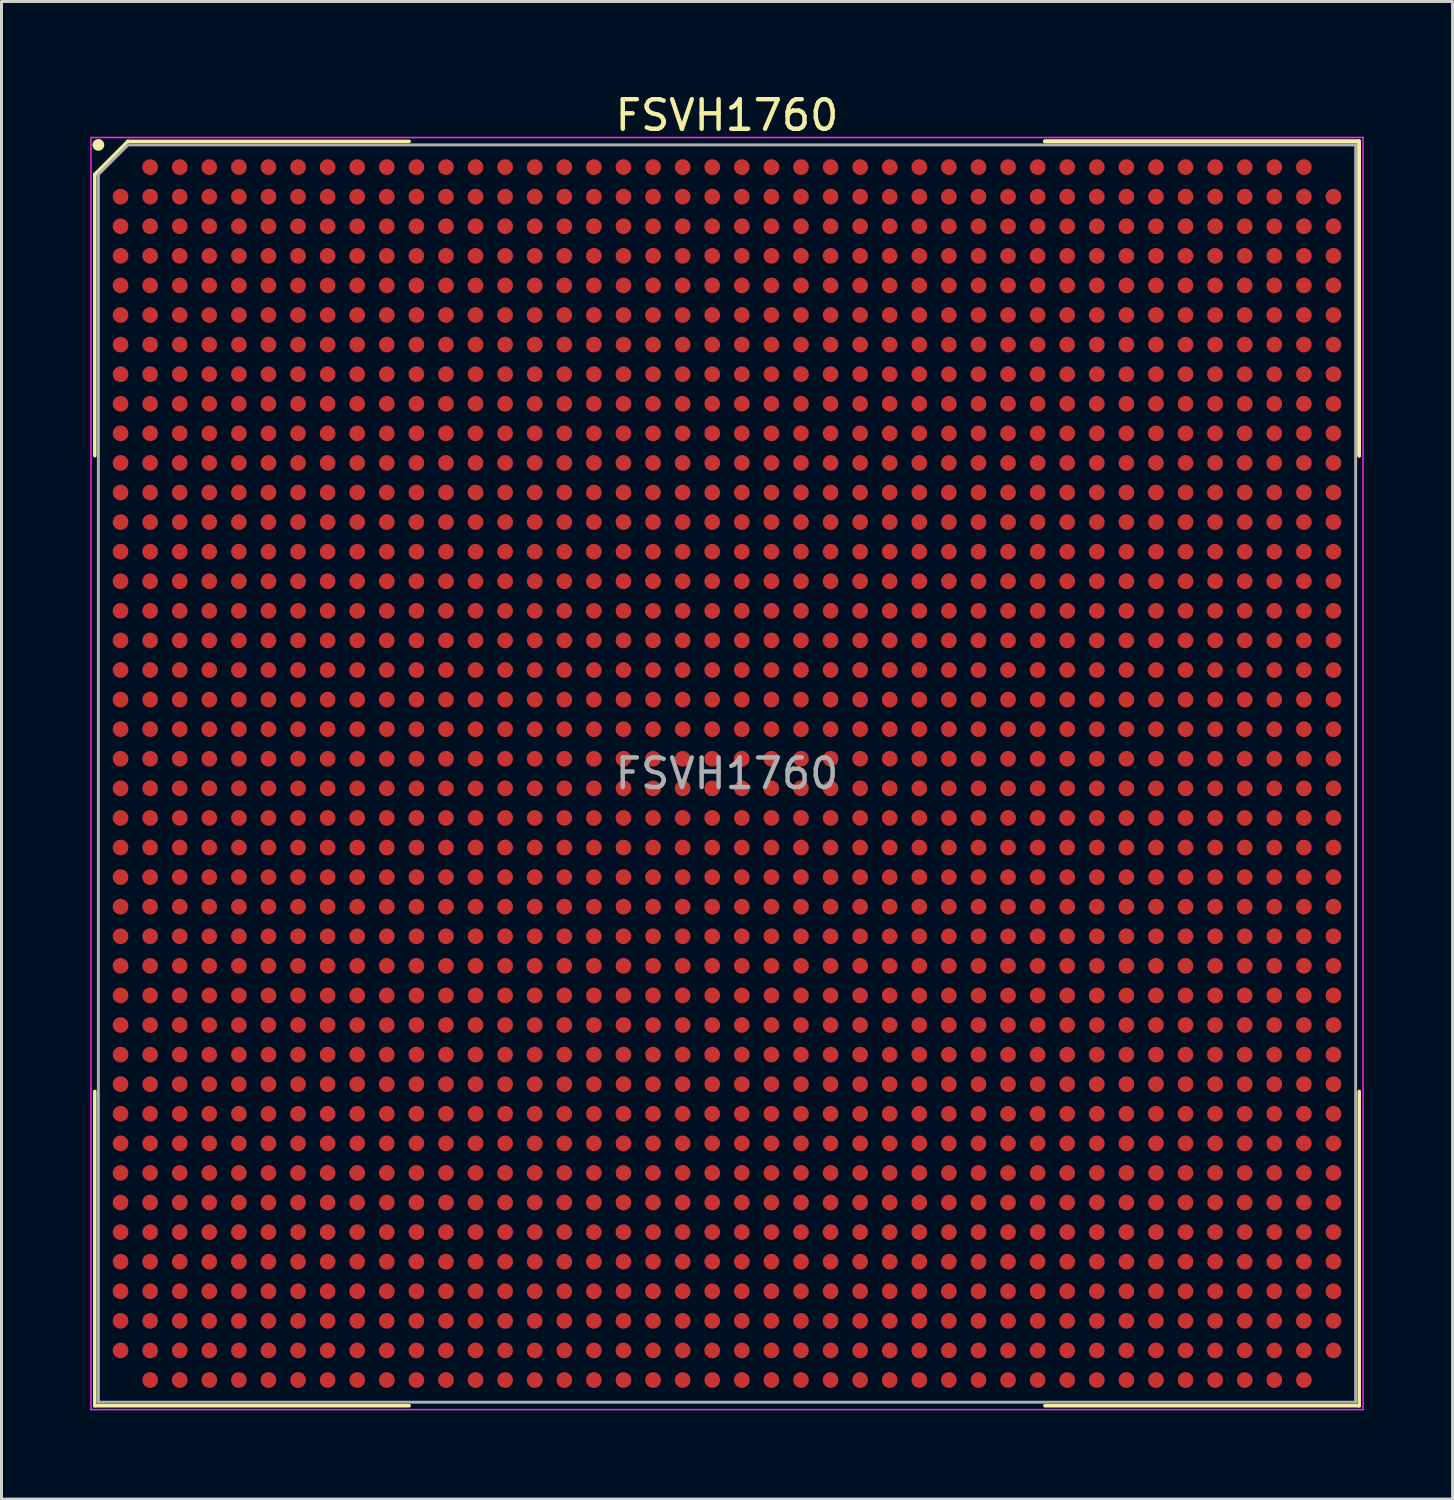
<source format=kicad_pcb>
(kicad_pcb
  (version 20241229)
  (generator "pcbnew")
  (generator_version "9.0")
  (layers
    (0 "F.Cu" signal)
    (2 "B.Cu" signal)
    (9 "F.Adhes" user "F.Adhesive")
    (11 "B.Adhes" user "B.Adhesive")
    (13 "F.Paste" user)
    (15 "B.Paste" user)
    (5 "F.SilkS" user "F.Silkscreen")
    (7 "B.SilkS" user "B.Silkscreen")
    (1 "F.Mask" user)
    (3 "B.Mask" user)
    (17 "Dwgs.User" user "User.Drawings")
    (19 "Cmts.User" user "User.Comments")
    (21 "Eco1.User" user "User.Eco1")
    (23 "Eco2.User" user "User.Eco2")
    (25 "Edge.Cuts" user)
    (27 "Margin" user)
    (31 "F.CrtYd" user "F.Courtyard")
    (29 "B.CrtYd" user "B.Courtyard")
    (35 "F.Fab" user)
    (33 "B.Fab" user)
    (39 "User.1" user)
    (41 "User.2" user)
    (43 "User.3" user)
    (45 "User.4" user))
  (footprint "FSVH1760"
    (layer "F.Cu")
    (at 21.525 23.098)
    (property "Reference" "FSVH1760" (at 0 -22.25 0) (layer "F.SilkS") (effects (font (size 1 1) (thickness 0.15))))
    (attr smd)
    (fp_line (start -21.37 -20.25) (end -21.37 -10.745) (stroke (width 0.12) (type solid)) (layer "F.SilkS"))
    (fp_line (start -21.37 21.37) (end -21.37 10.745) (stroke (width 0.12) (type solid)) (layer "F.SilkS"))
    (fp_line (start -20.25 -21.37) (end -21.37 -20.25) (stroke (width 0.12) (type solid)) (layer "F.SilkS"))
    (fp_line (start -10.745 -21.37) (end -20.25 -21.37) (stroke (width 0.12) (type solid)) (layer "F.SilkS"))
    (fp_line (start -10.745 21.37) (end -21.37 21.37) (stroke (width 0.12) (type solid)) (layer "F.SilkS"))
    (fp_line (start 10.745 -21.37) (end 21.37 -21.37) (stroke (width 0.12) (type solid)) (layer "F.SilkS"))
    (fp_line (start 10.745 -21.37) (end 21.37 -21.37) (stroke (width 0.12) (type solid)) (layer "F.SilkS"))
    (fp_line (start 10.745 -21.37) (end 21.37 -21.37) (stroke (width 0.12) (type solid)) (layer "F.SilkS"))
    (fp_line (start 10.745 21.37) (end 21.37 21.37) (stroke (width 0.12) (type solid)) (layer "F.SilkS"))
    (fp_line (start 21.37 -21.37) (end 21.37 -10.745) (stroke (width 0.12) (type solid)) (layer "F.SilkS"))
    (fp_line (start 21.37 -21.37) (end 21.37 -10.745) (stroke (width 0.12) (type solid)) (layer "F.SilkS"))
    (fp_line (start 21.37 -21.37) (end 21.37 -10.745) (stroke (width 0.12) (type solid)) (layer "F.SilkS"))
    (fp_line (start 21.37 21.37) (end 21.37 10.745) (stroke (width 0.12) (type solid)) (layer "F.SilkS"))
    (fp_circle (center -21.25 -21.25) (end -21.25 -21.15) (stroke (width 0.2) (type solid)) (fill no) (layer "F.SilkS"))
    (fp_line (start -21.5 -21.5) (end 21.5 -21.5) (stroke (width 0.05) (type solid)) (layer "F.CrtYd"))
    (fp_line (start -21.5 21.5) (end -21.5 -21.5) (stroke (width 0.05) (type solid)) (layer "F.CrtYd"))
    (fp_line (start 21.5 -21.5) (end 21.5 21.5) (stroke (width 0.05) (type solid)) (layer "F.CrtYd"))
    (fp_line (start 21.5 21.5) (end -21.5 21.5) (stroke (width 0.05) (type solid)) (layer "F.CrtYd"))
    (fp_line (start -21.25 -20.25) (end -21.25 21.25) (stroke (width 0.1) (type solid)) (layer "F.Fab"))
    (fp_line (start -21.25 21.25) (end 21.25 21.25) (stroke (width 0.1) (type solid)) (layer "F.Fab"))
    (fp_line (start -20.25 -21.25) (end -21.25 -20.25) (stroke (width 0.1) (type solid)) (layer "F.Fab"))
    (fp_line (start 21.25 -21.25) (end -20.25 -21.25) (stroke (width 0.1) (type solid)) (layer "F.Fab"))
    (fp_line (start 21.25 21.25) (end 21.25 -21.25) (stroke (width 0.1) (type solid)) (layer "F.Fab"))
    (fp_text user "${REFERENCE}" (at 0 0 0) (layer "F.Fab") (effects (font (size 1 1) (thickness 0.15))))
    (pad "A2" smd circle (at -19.5 -20.5) (size 0.53 0.53) (layers "F.Cu" "F.Mask" "F.Paste"))
    (pad "A3" smd circle (at -18.5 -20.5) (size 0.53 0.53) (layers "F.Cu" "F.Mask" "F.Paste"))
    (pad "A4" smd circle (at -17.5 -20.5) (size 0.53 0.53) (layers "F.Cu" "F.Mask" "F.Paste"))
    (pad "A5" smd circle (at -16.5 -20.5) (size 0.53 0.53) (layers "F.Cu" "F.Mask" "F.Paste"))
    (pad "A6" smd circle (at -15.5 -20.5) (size 0.53 0.53) (layers "F.Cu" "F.Mask" "F.Paste"))
    (pad "A7" smd circle (at -14.5 -20.5) (size 0.53 0.53) (layers "F.Cu" "F.Mask" "F.Paste"))
    (pad "A8" smd circle (at -13.5 -20.5) (size 0.53 0.53) (layers "F.Cu" "F.Mask" "F.Paste"))
    (pad "A9" smd circle (at -12.5 -20.5) (size 0.53 0.53) (layers "F.Cu" "F.Mask" "F.Paste"))
    (pad "A10" smd circle (at -11.5 -20.5) (size 0.53 0.53) (layers "F.Cu" "F.Mask" "F.Paste"))
    (pad "A11" smd circle (at -10.5 -20.5) (size 0.53 0.53) (layers "F.Cu" "F.Mask" "F.Paste"))
    (pad "A12" smd circle (at -9.5 -20.5) (size 0.53 0.53) (layers "F.Cu" "F.Mask" "F.Paste"))
    (pad "A13" smd circle (at -8.5 -20.5) (size 0.53 0.53) (layers "F.Cu" "F.Mask" "F.Paste"))
    (pad "A14" smd circle (at -7.5 -20.5) (size 0.53 0.53) (layers "F.Cu" "F.Mask" "F.Paste"))
    (pad "A15" smd circle (at -6.5 -20.5) (size 0.53 0.53) (layers "F.Cu" "F.Mask" "F.Paste"))
    (pad "A16" smd circle (at -5.5 -20.5) (size 0.53 0.53) (layers "F.Cu" "F.Mask" "F.Paste"))
    (pad "A17" smd circle (at -4.5 -20.5) (size 0.53 0.53) (layers "F.Cu" "F.Mask" "F.Paste"))
    (pad "A18" smd circle (at -3.5 -20.5) (size 0.53 0.53) (layers "F.Cu" "F.Mask" "F.Paste"))
    (pad "A19" smd circle (at -2.5 -20.5) (size 0.53 0.53) (layers "F.Cu" "F.Mask" "F.Paste"))
    (pad "A20" smd circle (at -1.5 -20.5) (size 0.53 0.53) (layers "F.Cu" "F.Mask" "F.Paste"))
    (pad "A21" smd circle (at -0.5 -20.5) (size 0.53 0.53) (layers "F.Cu" "F.Mask" "F.Paste"))
    (pad "A22" smd circle (at 0.5 -20.5) (size 0.53 0.53) (layers "F.Cu" "F.Mask" "F.Paste"))
    (pad "A23" smd circle (at 1.5 -20.5) (size 0.53 0.53) (layers "F.Cu" "F.Mask" "F.Paste"))
    (pad "A24" smd circle (at 2.5 -20.5) (size 0.53 0.53) (layers "F.Cu" "F.Mask" "F.Paste"))
    (pad "A25" smd circle (at 3.5 -20.5) (size 0.53 0.53) (layers "F.Cu" "F.Mask" "F.Paste"))
    (pad "A26" smd circle (at 4.5 -20.5) (size 0.53 0.53) (layers "F.Cu" "F.Mask" "F.Paste"))
    (pad "A27" smd circle (at 5.5 -20.5) (size 0.53 0.53) (layers "F.Cu" "F.Mask" "F.Paste"))
    (pad "A28" smd circle (at 6.5 -20.5) (size 0.53 0.53) (layers "F.Cu" "F.Mask" "F.Paste"))
    (pad "A29" smd circle (at 7.5 -20.5) (size 0.53 0.53) (layers "F.Cu" "F.Mask" "F.Paste"))
    (pad "A30" smd circle (at 8.5 -20.5) (size 0.53 0.53) (layers "F.Cu" "F.Mask" "F.Paste"))
    (pad "A31" smd circle (at 9.5 -20.5) (size 0.53 0.53) (layers "F.Cu" "F.Mask" "F.Paste"))
    (pad "A32" smd circle (at 10.5 -20.5) (size 0.53 0.53) (layers "F.Cu" "F.Mask" "F.Paste"))
    (pad "A33" smd circle (at 11.5 -20.5) (size 0.53 0.53) (layers "F.Cu" "F.Mask" "F.Paste"))
    (pad "A34" smd circle (at 12.5 -20.5) (size 0.53 0.53) (layers "F.Cu" "F.Mask" "F.Paste"))
    (pad "A35" smd circle (at 13.5 -20.5) (size 0.53 0.53) (layers "F.Cu" "F.Mask" "F.Paste"))
    (pad "A36" smd circle (at 14.5 -20.5) (size 0.53 0.53) (layers "F.Cu" "F.Mask" "F.Paste"))
    (pad "A37" smd circle (at 15.5 -20.5) (size 0.53 0.53) (layers "F.Cu" "F.Mask" "F.Paste"))
    (pad "A38" smd circle (at 16.5 -20.5) (size 0.53 0.53) (layers "F.Cu" "F.Mask" "F.Paste"))
    (pad "A39" smd circle (at 17.5 -20.5) (size 0.53 0.53) (layers "F.Cu" "F.Mask" "F.Paste"))
    (pad "A40" smd circle (at 18.5 -20.5) (size 0.53 0.53) (layers "F.Cu" "F.Mask" "F.Paste"))
    (pad "A41" smd circle (at 19.5 -20.5) (size 0.53 0.53) (layers "F.Cu" "F.Mask" "F.Paste"))
    (pad "AA1" smd circle (at -20.5 -0.5) (size 0.53 0.53) (layers "F.Cu" "F.Mask" "F.Paste"))
    (pad "AA2" smd circle (at -19.5 -0.5) (size 0.53 0.53) (layers "F.Cu" "F.Mask" "F.Paste"))
    (pad "AA3" smd circle (at -18.5 -0.5) (size 0.53 0.53) (layers "F.Cu" "F.Mask" "F.Paste"))
    (pad "AA4" smd circle (at -17.5 -0.5) (size 0.53 0.53) (layers "F.Cu" "F.Mask" "F.Paste"))
    (pad "AA5" smd circle (at -16.5 -0.5) (size 0.53 0.53) (layers "F.Cu" "F.Mask" "F.Paste"))
    (pad "AA6" smd circle (at -15.5 -0.5) (size 0.53 0.53) (layers "F.Cu" "F.Mask" "F.Paste"))
    (pad "AA7" smd circle (at -14.5 -0.5) (size 0.53 0.53) (layers "F.Cu" "F.Mask" "F.Paste"))
    (pad "AA8" smd circle (at -13.5 -0.5) (size 0.53 0.53) (layers "F.Cu" "F.Mask" "F.Paste"))
    (pad "AA9" smd circle (at -12.5 -0.5) (size 0.53 0.53) (layers "F.Cu" "F.Mask" "F.Paste"))
    (pad "AA10" smd circle (at -11.5 -0.5) (size 0.53 0.53) (layers "F.Cu" "F.Mask" "F.Paste"))
    (pad "AA11" smd circle (at -10.5 -0.5) (size 0.53 0.53) (layers "F.Cu" "F.Mask" "F.Paste"))
    (pad "AA12" smd circle (at -9.5 -0.5) (size 0.53 0.53) (layers "F.Cu" "F.Mask" "F.Paste"))
    (pad "AA13" smd circle (at -8.5 -0.5) (size 0.53 0.53) (layers "F.Cu" "F.Mask" "F.Paste"))
    (pad "AA14" smd circle (at -7.5 -0.5) (size 0.53 0.53) (layers "F.Cu" "F.Mask" "F.Paste"))
    (pad "AA15" smd circle (at -6.5 -0.5) (size 0.53 0.53) (layers "F.Cu" "F.Mask" "F.Paste"))
    (pad "AA16" smd circle (at -5.5 -0.5) (size 0.53 0.53) (layers "F.Cu" "F.Mask" "F.Paste"))
    (pad "AA17" smd circle (at -4.5 -0.5) (size 0.53 0.53) (layers "F.Cu" "F.Mask" "F.Paste"))
    (pad "AA18" smd circle (at -3.5 -0.5) (size 0.53 0.53) (layers "F.Cu" "F.Mask" "F.Paste"))
    (pad "AA19" smd circle (at -2.5 -0.5) (size 0.53 0.53) (layers "F.Cu" "F.Mask" "F.Paste"))
    (pad "AA20" smd circle (at -1.5 -0.5) (size 0.53 0.53) (layers "F.Cu" "F.Mask" "F.Paste"))
    (pad "AA21" smd circle (at -0.5 -0.5) (size 0.53 0.53) (layers "F.Cu" "F.Mask" "F.Paste"))
    (pad "AA22" smd circle (at 0.5 -0.5) (size 0.53 0.53) (layers "F.Cu" "F.Mask" "F.Paste"))
    (pad "AA23" smd circle (at 1.5 -0.5) (size 0.53 0.53) (layers "F.Cu" "F.Mask" "F.Paste"))
    (pad "AA24" smd circle (at 2.5 -0.5) (size 0.53 0.53) (layers "F.Cu" "F.Mask" "F.Paste"))
    (pad "AA25" smd circle (at 3.5 -0.5) (size 0.53 0.53) (layers "F.Cu" "F.Mask" "F.Paste"))
    (pad "AA26" smd circle (at 4.5 -0.5) (size 0.53 0.53) (layers "F.Cu" "F.Mask" "F.Paste"))
    (pad "AA27" smd circle (at 5.5 -0.5) (size 0.53 0.53) (layers "F.Cu" "F.Mask" "F.Paste"))
    (pad "AA28" smd circle (at 6.5 -0.5) (size 0.53 0.53) (layers "F.Cu" "F.Mask" "F.Paste"))
    (pad "AA29" smd circle (at 7.5 -0.5) (size 0.53 0.53) (layers "F.Cu" "F.Mask" "F.Paste"))
    (pad "AA30" smd circle (at 8.5 -0.5) (size 0.53 0.53) (layers "F.Cu" "F.Mask" "F.Paste"))
    (pad "AA31" smd circle (at 9.5 -0.5) (size 0.53 0.53) (layers "F.Cu" "F.Mask" "F.Paste"))
    (pad "AA32" smd circle (at 10.5 -0.5) (size 0.53 0.53) (layers "F.Cu" "F.Mask" "F.Paste"))
    (pad "AA33" smd circle (at 11.5 -0.5) (size 0.53 0.53) (layers "F.Cu" "F.Mask" "F.Paste"))
    (pad "AA34" smd circle (at 12.5 -0.5) (size 0.53 0.53) (layers "F.Cu" "F.Mask" "F.Paste"))
    (pad "AA35" smd circle (at 13.5 -0.5) (size 0.53 0.53) (layers "F.Cu" "F.Mask" "F.Paste"))
    (pad "AA36" smd circle (at 14.5 -0.5) (size 0.53 0.53) (layers "F.Cu" "F.Mask" "F.Paste"))
    (pad "AA37" smd circle (at 15.5 -0.5) (size 0.53 0.53) (layers "F.Cu" "F.Mask" "F.Paste"))
    (pad "AA38" smd circle (at 16.5 -0.5) (size 0.53 0.53) (layers "F.Cu" "F.Mask" "F.Paste"))
    (pad "AA39" smd circle (at 17.5 -0.5) (size 0.53 0.53) (layers "F.Cu" "F.Mask" "F.Paste"))
    (pad "AA40" smd circle (at 18.5 -0.5) (size 0.53 0.53) (layers "F.Cu" "F.Mask" "F.Paste"))
    (pad "AA41" smd circle (at 19.5 -0.5) (size 0.53 0.53) (layers "F.Cu" "F.Mask" "F.Paste"))
    (pad "AA42" smd circle (at 20.5 -0.5) (size 0.53 0.53) (layers "F.Cu" "F.Mask" "F.Paste"))
    (pad "AB1" smd circle (at -20.5 0.5) (size 0.53 0.53) (layers "F.Cu" "F.Mask" "F.Paste"))
    (pad "AB2" smd circle (at -19.5 0.5) (size 0.53 0.53) (layers "F.Cu" "F.Mask" "F.Paste"))
    (pad "AB3" smd circle (at -18.5 0.5) (size 0.53 0.53) (layers "F.Cu" "F.Mask" "F.Paste"))
    (pad "AB4" smd circle (at -17.5 0.5) (size 0.53 0.53) (layers "F.Cu" "F.Mask" "F.Paste"))
    (pad "AB5" smd circle (at -16.5 0.5) (size 0.53 0.53) (layers "F.Cu" "F.Mask" "F.Paste"))
    (pad "AB6" smd circle (at -15.5 0.5) (size 0.53 0.53) (layers "F.Cu" "F.Mask" "F.Paste"))
    (pad "AB7" smd circle (at -14.5 0.5) (size 0.53 0.53) (layers "F.Cu" "F.Mask" "F.Paste"))
    (pad "AB8" smd circle (at -13.5 0.5) (size 0.53 0.53) (layers "F.Cu" "F.Mask" "F.Paste"))
    (pad "AB9" smd circle (at -12.5 0.5) (size 0.53 0.53) (layers "F.Cu" "F.Mask" "F.Paste"))
    (pad "AB10" smd circle (at -11.5 0.5) (size 0.53 0.53) (layers "F.Cu" "F.Mask" "F.Paste"))
    (pad "AB11" smd circle (at -10.5 0.5) (size 0.53 0.53) (layers "F.Cu" "F.Mask" "F.Paste"))
    (pad "AB12" smd circle (at -9.5 0.5) (size 0.53 0.53) (layers "F.Cu" "F.Mask" "F.Paste"))
    (pad "AB13" smd circle (at -8.5 0.5) (size 0.53 0.53) (layers "F.Cu" "F.Mask" "F.Paste"))
    (pad "AB14" smd circle (at -7.5 0.5) (size 0.53 0.53) (layers "F.Cu" "F.Mask" "F.Paste"))
    (pad "AB15" smd circle (at -6.5 0.5) (size 0.53 0.53) (layers "F.Cu" "F.Mask" "F.Paste"))
    (pad "AB16" smd circle (at -5.5 0.5) (size 0.53 0.53) (layers "F.Cu" "F.Mask" "F.Paste"))
    (pad "AB17" smd circle (at -4.5 0.5) (size 0.53 0.53) (layers "F.Cu" "F.Mask" "F.Paste"))
    (pad "AB18" smd circle (at -3.5 0.5) (size 0.53 0.53) (layers "F.Cu" "F.Mask" "F.Paste"))
    (pad "AB19" smd circle (at -2.5 0.5) (size 0.53 0.53) (layers "F.Cu" "F.Mask" "F.Paste"))
    (pad "AB20" smd circle (at -1.5 0.5) (size 0.53 0.53) (layers "F.Cu" "F.Mask" "F.Paste"))
    (pad "AB21" smd circle (at -0.5 0.5) (size 0.53 0.53) (layers "F.Cu" "F.Mask" "F.Paste"))
    (pad "AB22" smd circle (at 0.5 0.5) (size 0.53 0.53) (layers "F.Cu" "F.Mask" "F.Paste"))
    (pad "AB23" smd circle (at 1.5 0.5) (size 0.53 0.53) (layers "F.Cu" "F.Mask" "F.Paste"))
    (pad "AB24" smd circle (at 2.5 0.5) (size 0.53 0.53) (layers "F.Cu" "F.Mask" "F.Paste"))
    (pad "AB25" smd circle (at 3.5 0.5) (size 0.53 0.53) (layers "F.Cu" "F.Mask" "F.Paste"))
    (pad "AB26" smd circle (at 4.5 0.5) (size 0.53 0.53) (layers "F.Cu" "F.Mask" "F.Paste"))
    (pad "AB27" smd circle (at 5.5 0.5) (size 0.53 0.53) (layers "F.Cu" "F.Mask" "F.Paste"))
    (pad "AB28" smd circle (at 6.5 0.5) (size 0.53 0.53) (layers "F.Cu" "F.Mask" "F.Paste"))
    (pad "AB29" smd circle (at 7.5 0.5) (size 0.53 0.53) (layers "F.Cu" "F.Mask" "F.Paste"))
    (pad "AB30" smd circle (at 8.5 0.5) (size 0.53 0.53) (layers "F.Cu" "F.Mask" "F.Paste"))
    (pad "AB31" smd circle (at 9.5 0.5) (size 0.53 0.53) (layers "F.Cu" "F.Mask" "F.Paste"))
    (pad "AB32" smd circle (at 10.5 0.5) (size 0.53 0.53) (layers "F.Cu" "F.Mask" "F.Paste"))
    (pad "AB33" smd circle (at 11.5 0.5) (size 0.53 0.53) (layers "F.Cu" "F.Mask" "F.Paste"))
    (pad "AB34" smd circle (at 12.5 0.5) (size 0.53 0.53) (layers "F.Cu" "F.Mask" "F.Paste"))
    (pad "AB35" smd circle (at 13.5 0.5) (size 0.53 0.53) (layers "F.Cu" "F.Mask" "F.Paste"))
    (pad "AB36" smd circle (at 14.5 0.5) (size 0.53 0.53) (layers "F.Cu" "F.Mask" "F.Paste"))
    (pad "AB37" smd circle (at 15.5 0.5) (size 0.53 0.53) (layers "F.Cu" "F.Mask" "F.Paste"))
    (pad "AB38" smd circle (at 16.5 0.5) (size 0.53 0.53) (layers "F.Cu" "F.Mask" "F.Paste"))
    (pad "AB39" smd circle (at 17.5 0.5) (size 0.53 0.53) (layers "F.Cu" "F.Mask" "F.Paste"))
    (pad "AB40" smd circle (at 18.5 0.5) (size 0.53 0.53) (layers "F.Cu" "F.Mask" "F.Paste"))
    (pad "AB41" smd circle (at 19.5 0.5) (size 0.53 0.53) (layers "F.Cu" "F.Mask" "F.Paste"))
    (pad "AB42" smd circle (at 20.5 0.5) (size 0.53 0.53) (layers "F.Cu" "F.Mask" "F.Paste"))
    (pad "AC1" smd circle (at -20.5 1.5) (size 0.53 0.53) (layers "F.Cu" "F.Mask" "F.Paste"))
    (pad "AC2" smd circle (at -19.5 1.5) (size 0.53 0.53) (layers "F.Cu" "F.Mask" "F.Paste"))
    (pad "AC3" smd circle (at -18.5 1.5) (size 0.53 0.53) (layers "F.Cu" "F.Mask" "F.Paste"))
    (pad "AC4" smd circle (at -17.5 1.5) (size 0.53 0.53) (layers "F.Cu" "F.Mask" "F.Paste"))
    (pad "AC5" smd circle (at -16.5 1.5) (size 0.53 0.53) (layers "F.Cu" "F.Mask" "F.Paste"))
    (pad "AC6" smd circle (at -15.5 1.5) (size 0.53 0.53) (layers "F.Cu" "F.Mask" "F.Paste"))
    (pad "AC7" smd circle (at -14.5 1.5) (size 0.53 0.53) (layers "F.Cu" "F.Mask" "F.Paste"))
    (pad "AC8" smd circle (at -13.5 1.5) (size 0.53 0.53) (layers "F.Cu" "F.Mask" "F.Paste"))
    (pad "AC9" smd circle (at -12.5 1.5) (size 0.53 0.53) (layers "F.Cu" "F.Mask" "F.Paste"))
    (pad "AC10" smd circle (at -11.5 1.5) (size 0.53 0.53) (layers "F.Cu" "F.Mask" "F.Paste"))
    (pad "AC11" smd circle (at -10.5 1.5) (size 0.53 0.53) (layers "F.Cu" "F.Mask" "F.Paste"))
    (pad "AC12" smd circle (at -9.5 1.5) (size 0.53 0.53) (layers "F.Cu" "F.Mask" "F.Paste"))
    (pad "AC13" smd circle (at -8.5 1.5) (size 0.53 0.53) (layers "F.Cu" "F.Mask" "F.Paste"))
    (pad "AC14" smd circle (at -7.5 1.5) (size 0.53 0.53) (layers "F.Cu" "F.Mask" "F.Paste"))
    (pad "AC15" smd circle (at -6.5 1.5) (size 0.53 0.53) (layers "F.Cu" "F.Mask" "F.Paste"))
    (pad "AC16" smd circle (at -5.5 1.5) (size 0.53 0.53) (layers "F.Cu" "F.Mask" "F.Paste"))
    (pad "AC17" smd circle (at -4.5 1.5) (size 0.53 0.53) (layers "F.Cu" "F.Mask" "F.Paste"))
    (pad "AC18" smd circle (at -3.5 1.5) (size 0.53 0.53) (layers "F.Cu" "F.Mask" "F.Paste"))
    (pad "AC19" smd circle (at -2.5 1.5) (size 0.53 0.53) (layers "F.Cu" "F.Mask" "F.Paste"))
    (pad "AC20" smd circle (at -1.5 1.5) (size 0.53 0.53) (layers "F.Cu" "F.Mask" "F.Paste"))
    (pad "AC21" smd circle (at -0.5 1.5) (size 0.53 0.53) (layers "F.Cu" "F.Mask" "F.Paste"))
    (pad "AC22" smd circle (at 0.5 1.5) (size 0.53 0.53) (layers "F.Cu" "F.Mask" "F.Paste"))
    (pad "AC23" smd circle (at 1.5 1.5) (size 0.53 0.53) (layers "F.Cu" "F.Mask" "F.Paste"))
    (pad "AC24" smd circle (at 2.5 1.5) (size 0.53 0.53) (layers "F.Cu" "F.Mask" "F.Paste"))
    (pad "AC25" smd circle (at 3.5 1.5) (size 0.53 0.53) (layers "F.Cu" "F.Mask" "F.Paste"))
    (pad "AC26" smd circle (at 4.5 1.5) (size 0.53 0.53) (layers "F.Cu" "F.Mask" "F.Paste"))
    (pad "AC27" smd circle (at 5.5 1.5) (size 0.53 0.53) (layers "F.Cu" "F.Mask" "F.Paste"))
    (pad "AC28" smd circle (at 6.5 1.5) (size 0.53 0.53) (layers "F.Cu" "F.Mask" "F.Paste"))
    (pad "AC29" smd circle (at 7.5 1.5) (size 0.53 0.53) (layers "F.Cu" "F.Mask" "F.Paste"))
    (pad "AC30" smd circle (at 8.5 1.5) (size 0.53 0.53) (layers "F.Cu" "F.Mask" "F.Paste"))
    (pad "AC31" smd circle (at 9.5 1.5) (size 0.53 0.53) (layers "F.Cu" "F.Mask" "F.Paste"))
    (pad "AC32" smd circle (at 10.5 1.5) (size 0.53 0.53) (layers "F.Cu" "F.Mask" "F.Paste"))
    (pad "AC33" smd circle (at 11.5 1.5) (size 0.53 0.53) (layers "F.Cu" "F.Mask" "F.Paste"))
    (pad "AC34" smd circle (at 12.5 1.5) (size 0.53 0.53) (layers "F.Cu" "F.Mask" "F.Paste"))
    (pad "AC35" smd circle (at 13.5 1.5) (size 0.53 0.53) (layers "F.Cu" "F.Mask" "F.Paste"))
    (pad "AC36" smd circle (at 14.5 1.5) (size 0.53 0.53) (layers "F.Cu" "F.Mask" "F.Paste"))
    (pad "AC37" smd circle (at 15.5 1.5) (size 0.53 0.53) (layers "F.Cu" "F.Mask" "F.Paste"))
    (pad "AC38" smd circle (at 16.5 1.5) (size 0.53 0.53) (layers "F.Cu" "F.Mask" "F.Paste"))
    (pad "AC39" smd circle (at 17.5 1.5) (size 0.53 0.53) (layers "F.Cu" "F.Mask" "F.Paste"))
    (pad "AC40" smd circle (at 18.5 1.5) (size 0.53 0.53) (layers "F.Cu" "F.Mask" "F.Paste"))
    (pad "AC41" smd circle (at 19.5 1.5) (size 0.53 0.53) (layers "F.Cu" "F.Mask" "F.Paste"))
    (pad "AC42" smd circle (at 20.5 1.5) (size 0.53 0.53) (layers "F.Cu" "F.Mask" "F.Paste"))
    (pad "AD1" smd circle (at -20.5 2.5) (size 0.53 0.53) (layers "F.Cu" "F.Mask" "F.Paste"))
    (pad "AD2" smd circle (at -19.5 2.5) (size 0.53 0.53) (layers "F.Cu" "F.Mask" "F.Paste"))
    (pad "AD3" smd circle (at -18.5 2.5) (size 0.53 0.53) (layers "F.Cu" "F.Mask" "F.Paste"))
    (pad "AD4" smd circle (at -17.5 2.5) (size 0.53 0.53) (layers "F.Cu" "F.Mask" "F.Paste"))
    (pad "AD5" smd circle (at -16.5 2.5) (size 0.53 0.53) (layers "F.Cu" "F.Mask" "F.Paste"))
    (pad "AD6" smd circle (at -15.5 2.5) (size 0.53 0.53) (layers "F.Cu" "F.Mask" "F.Paste"))
    (pad "AD7" smd circle (at -14.5 2.5) (size 0.53 0.53) (layers "F.Cu" "F.Mask" "F.Paste"))
    (pad "AD8" smd circle (at -13.5 2.5) (size 0.53 0.53) (layers "F.Cu" "F.Mask" "F.Paste"))
    (pad "AD9" smd circle (at -12.5 2.5) (size 0.53 0.53) (layers "F.Cu" "F.Mask" "F.Paste"))
    (pad "AD10" smd circle (at -11.5 2.5) (size 0.53 0.53) (layers "F.Cu" "F.Mask" "F.Paste"))
    (pad "AD11" smd circle (at -10.5 2.5) (size 0.53 0.53) (layers "F.Cu" "F.Mask" "F.Paste"))
    (pad "AD12" smd circle (at -9.5 2.5) (size 0.53 0.53) (layers "F.Cu" "F.Mask" "F.Paste"))
    (pad "AD13" smd circle (at -8.5 2.5) (size 0.53 0.53) (layers "F.Cu" "F.Mask" "F.Paste"))
    (pad "AD14" smd circle (at -7.5 2.5) (size 0.53 0.53) (layers "F.Cu" "F.Mask" "F.Paste"))
    (pad "AD15" smd circle (at -6.5 2.5) (size 0.53 0.53) (layers "F.Cu" "F.Mask" "F.Paste"))
    (pad "AD16" smd circle (at -5.5 2.5) (size 0.53 0.53) (layers "F.Cu" "F.Mask" "F.Paste"))
    (pad "AD17" smd circle (at -4.5 2.5) (size 0.53 0.53) (layers "F.Cu" "F.Mask" "F.Paste"))
    (pad "AD18" smd circle (at -3.5 2.5) (size 0.53 0.53) (layers "F.Cu" "F.Mask" "F.Paste"))
    (pad "AD19" smd circle (at -2.5 2.5) (size 0.53 0.53) (layers "F.Cu" "F.Mask" "F.Paste"))
    (pad "AD20" smd circle (at -1.5 2.5) (size 0.53 0.53) (layers "F.Cu" "F.Mask" "F.Paste"))
    (pad "AD21" smd circle (at -0.5 2.5) (size 0.53 0.53) (layers "F.Cu" "F.Mask" "F.Paste"))
    (pad "AD22" smd circle (at 0.5 2.5) (size 0.53 0.53) (layers "F.Cu" "F.Mask" "F.Paste"))
    (pad "AD23" smd circle (at 1.5 2.5) (size 0.53 0.53) (layers "F.Cu" "F.Mask" "F.Paste"))
    (pad "AD24" smd circle (at 2.5 2.5) (size 0.53 0.53) (layers "F.Cu" "F.Mask" "F.Paste"))
    (pad "AD25" smd circle (at 3.5 2.5) (size 0.53 0.53) (layers "F.Cu" "F.Mask" "F.Paste"))
    (pad "AD26" smd circle (at 4.5 2.5) (size 0.53 0.53) (layers "F.Cu" "F.Mask" "F.Paste"))
    (pad "AD27" smd circle (at 5.5 2.5) (size 0.53 0.53) (layers "F.Cu" "F.Mask" "F.Paste"))
    (pad "AD28" smd circle (at 6.5 2.5) (size 0.53 0.53) (layers "F.Cu" "F.Mask" "F.Paste"))
    (pad "AD29" smd circle (at 7.5 2.5) (size 0.53 0.53) (layers "F.Cu" "F.Mask" "F.Paste"))
    (pad "AD30" smd circle (at 8.5 2.5) (size 0.53 0.53) (layers "F.Cu" "F.Mask" "F.Paste"))
    (pad "AD31" smd circle (at 9.5 2.5) (size 0.53 0.53) (layers "F.Cu" "F.Mask" "F.Paste"))
    (pad "AD32" smd circle (at 10.5 2.5) (size 0.53 0.53) (layers "F.Cu" "F.Mask" "F.Paste"))
    (pad "AD33" smd circle (at 11.5 2.5) (size 0.53 0.53) (layers "F.Cu" "F.Mask" "F.Paste"))
    (pad "AD34" smd circle (at 12.5 2.5) (size 0.53 0.53) (layers "F.Cu" "F.Mask" "F.Paste"))
    (pad "AD35" smd circle (at 13.5 2.5) (size 0.53 0.53) (layers "F.Cu" "F.Mask" "F.Paste"))
    (pad "AD36" smd circle (at 14.5 2.5) (size 0.53 0.53) (layers "F.Cu" "F.Mask" "F.Paste"))
    (pad "AD37" smd circle (at 15.5 2.5) (size 0.53 0.53) (layers "F.Cu" "F.Mask" "F.Paste"))
    (pad "AD38" smd circle (at 16.5 2.5) (size 0.53 0.53) (layers "F.Cu" "F.Mask" "F.Paste"))
    (pad "AD39" smd circle (at 17.5 2.5) (size 0.53 0.53) (layers "F.Cu" "F.Mask" "F.Paste"))
    (pad "AD40" smd circle (at 18.5 2.5) (size 0.53 0.53) (layers "F.Cu" "F.Mask" "F.Paste"))
    (pad "AD41" smd circle (at 19.5 2.5) (size 0.53 0.53) (layers "F.Cu" "F.Mask" "F.Paste"))
    (pad "AD42" smd circle (at 20.5 2.5) (size 0.53 0.53) (layers "F.Cu" "F.Mask" "F.Paste"))
    (pad "AE1" smd circle (at -20.5 3.5) (size 0.53 0.53) (layers "F.Cu" "F.Mask" "F.Paste"))
    (pad "AE2" smd circle (at -19.5 3.5) (size 0.53 0.53) (layers "F.Cu" "F.Mask" "F.Paste"))
    (pad "AE3" smd circle (at -18.5 3.5) (size 0.53 0.53) (layers "F.Cu" "F.Mask" "F.Paste"))
    (pad "AE4" smd circle (at -17.5 3.5) (size 0.53 0.53) (layers "F.Cu" "F.Mask" "F.Paste"))
    (pad "AE5" smd circle (at -16.5 3.5) (size 0.53 0.53) (layers "F.Cu" "F.Mask" "F.Paste"))
    (pad "AE6" smd circle (at -15.5 3.5) (size 0.53 0.53) (layers "F.Cu" "F.Mask" "F.Paste"))
    (pad "AE7" smd circle (at -14.5 3.5) (size 0.53 0.53) (layers "F.Cu" "F.Mask" "F.Paste"))
    (pad "AE8" smd circle (at -13.5 3.5) (size 0.53 0.53) (layers "F.Cu" "F.Mask" "F.Paste"))
    (pad "AE9" smd circle (at -12.5 3.5) (size 0.53 0.53) (layers "F.Cu" "F.Mask" "F.Paste"))
    (pad "AE10" smd circle (at -11.5 3.5) (size 0.53 0.53) (layers "F.Cu" "F.Mask" "F.Paste"))
    (pad "AE11" smd circle (at -10.5 3.5) (size 0.53 0.53) (layers "F.Cu" "F.Mask" "F.Paste"))
    (pad "AE12" smd circle (at -9.5 3.5) (size 0.53 0.53) (layers "F.Cu" "F.Mask" "F.Paste"))
    (pad "AE13" smd circle (at -8.5 3.5) (size 0.53 0.53) (layers "F.Cu" "F.Mask" "F.Paste"))
    (pad "AE14" smd circle (at -7.5 3.5) (size 0.53 0.53) (layers "F.Cu" "F.Mask" "F.Paste"))
    (pad "AE15" smd circle (at -6.5 3.5) (size 0.53 0.53) (layers "F.Cu" "F.Mask" "F.Paste"))
    (pad "AE16" smd circle (at -5.5 3.5) (size 0.53 0.53) (layers "F.Cu" "F.Mask" "F.Paste"))
    (pad "AE17" smd circle (at -4.5 3.5) (size 0.53 0.53) (layers "F.Cu" "F.Mask" "F.Paste"))
    (pad "AE18" smd circle (at -3.5 3.5) (size 0.53 0.53) (layers "F.Cu" "F.Mask" "F.Paste"))
    (pad "AE19" smd circle (at -2.5 3.5) (size 0.53 0.53) (layers "F.Cu" "F.Mask" "F.Paste"))
    (pad "AE20" smd circle (at -1.5 3.5) (size 0.53 0.53) (layers "F.Cu" "F.Mask" "F.Paste"))
    (pad "AE21" smd circle (at -0.5 3.5) (size 0.53 0.53) (layers "F.Cu" "F.Mask" "F.Paste"))
    (pad "AE22" smd circle (at 0.5 3.5) (size 0.53 0.53) (layers "F.Cu" "F.Mask" "F.Paste"))
    (pad "AE23" smd circle (at 1.5 3.5) (size 0.53 0.53) (layers "F.Cu" "F.Mask" "F.Paste"))
    (pad "AE24" smd circle (at 2.5 3.5) (size 0.53 0.53) (layers "F.Cu" "F.Mask" "F.Paste"))
    (pad "AE25" smd circle (at 3.5 3.5) (size 0.53 0.53) (layers "F.Cu" "F.Mask" "F.Paste"))
    (pad "AE26" smd circle (at 4.5 3.5) (size 0.53 0.53) (layers "F.Cu" "F.Mask" "F.Paste"))
    (pad "AE27" smd circle (at 5.5 3.5) (size 0.53 0.53) (layers "F.Cu" "F.Mask" "F.Paste"))
    (pad "AE28" smd circle (at 6.5 3.5) (size 0.53 0.53) (layers "F.Cu" "F.Mask" "F.Paste"))
    (pad "AE29" smd circle (at 7.5 3.5) (size 0.53 0.53) (layers "F.Cu" "F.Mask" "F.Paste"))
    (pad "AE30" smd circle (at 8.5 3.5) (size 0.53 0.53) (layers "F.Cu" "F.Mask" "F.Paste"))
    (pad "AE31" smd circle (at 9.5 3.5) (size 0.53 0.53) (layers "F.Cu" "F.Mask" "F.Paste"))
    (pad "AE32" smd circle (at 10.5 3.5) (size 0.53 0.53) (layers "F.Cu" "F.Mask" "F.Paste"))
    (pad "AE33" smd circle (at 11.5 3.5) (size 0.53 0.53) (layers "F.Cu" "F.Mask" "F.Paste"))
    (pad "AE34" smd circle (at 12.5 3.5) (size 0.53 0.53) (layers "F.Cu" "F.Mask" "F.Paste"))
    (pad "AE35" smd circle (at 13.5 3.5) (size 0.53 0.53) (layers "F.Cu" "F.Mask" "F.Paste"))
    (pad "AE36" smd circle (at 14.5 3.5) (size 0.53 0.53) (layers "F.Cu" "F.Mask" "F.Paste"))
    (pad "AE37" smd circle (at 15.5 3.5) (size 0.53 0.53) (layers "F.Cu" "F.Mask" "F.Paste"))
    (pad "AE38" smd circle (at 16.5 3.5) (size 0.53 0.53) (layers "F.Cu" "F.Mask" "F.Paste"))
    (pad "AE39" smd circle (at 17.5 3.5) (size 0.53 0.53) (layers "F.Cu" "F.Mask" "F.Paste"))
    (pad "AE40" smd circle (at 18.5 3.5) (size 0.53 0.53) (layers "F.Cu" "F.Mask" "F.Paste"))
    (pad "AE41" smd circle (at 19.5 3.5) (size 0.53 0.53) (layers "F.Cu" "F.Mask" "F.Paste"))
    (pad "AE42" smd circle (at 20.5 3.5) (size 0.53 0.53) (layers "F.Cu" "F.Mask" "F.Paste"))
    (pad "AF1" smd circle (at -20.5 4.5) (size 0.53 0.53) (layers "F.Cu" "F.Mask" "F.Paste"))
    (pad "AF2" smd circle (at -19.5 4.5) (size 0.53 0.53) (layers "F.Cu" "F.Mask" "F.Paste"))
    (pad "AF3" smd circle (at -18.5 4.5) (size 0.53 0.53) (layers "F.Cu" "F.Mask" "F.Paste"))
    (pad "AF4" smd circle (at -17.5 4.5) (size 0.53 0.53) (layers "F.Cu" "F.Mask" "F.Paste"))
    (pad "AF5" smd circle (at -16.5 4.5) (size 0.53 0.53) (layers "F.Cu" "F.Mask" "F.Paste"))
    (pad "AF6" smd circle (at -15.5 4.5) (size 0.53 0.53) (layers "F.Cu" "F.Mask" "F.Paste"))
    (pad "AF7" smd circle (at -14.5 4.5) (size 0.53 0.53) (layers "F.Cu" "F.Mask" "F.Paste"))
    (pad "AF8" smd circle (at -13.5 4.5) (size 0.53 0.53) (layers "F.Cu" "F.Mask" "F.Paste"))
    (pad "AF9" smd circle (at -12.5 4.5) (size 0.53 0.53) (layers "F.Cu" "F.Mask" "F.Paste"))
    (pad "AF10" smd circle (at -11.5 4.5) (size 0.53 0.53) (layers "F.Cu" "F.Mask" "F.Paste"))
    (pad "AF11" smd circle (at -10.5 4.5) (size 0.53 0.53) (layers "F.Cu" "F.Mask" "F.Paste"))
    (pad "AF12" smd circle (at -9.5 4.5) (size 0.53 0.53) (layers "F.Cu" "F.Mask" "F.Paste"))
    (pad "AF13" smd circle (at -8.5 4.5) (size 0.53 0.53) (layers "F.Cu" "F.Mask" "F.Paste"))
    (pad "AF14" smd circle (at -7.5 4.5) (size 0.53 0.53) (layers "F.Cu" "F.Mask" "F.Paste"))
    (pad "AF15" smd circle (at -6.5 4.5) (size 0.53 0.53) (layers "F.Cu" "F.Mask" "F.Paste"))
    (pad "AF16" smd circle (at -5.5 4.5) (size 0.53 0.53) (layers "F.Cu" "F.Mask" "F.Paste"))
    (pad "AF17" smd circle (at -4.5 4.5) (size 0.53 0.53) (layers "F.Cu" "F.Mask" "F.Paste"))
    (pad "AF18" smd circle (at -3.5 4.5) (size 0.53 0.53) (layers "F.Cu" "F.Mask" "F.Paste"))
    (pad "AF19" smd circle (at -2.5 4.5) (size 0.53 0.53) (layers "F.Cu" "F.Mask" "F.Paste"))
    (pad "AF20" smd circle (at -1.5 4.5) (size 0.53 0.53) (layers "F.Cu" "F.Mask" "F.Paste"))
    (pad "AF21" smd circle (at -0.5 4.5) (size 0.53 0.53) (layers "F.Cu" "F.Mask" "F.Paste"))
    (pad "AF22" smd circle (at 0.5 4.5) (size 0.53 0.53) (layers "F.Cu" "F.Mask" "F.Paste"))
    (pad "AF23" smd circle (at 1.5 4.5) (size 0.53 0.53) (layers "F.Cu" "F.Mask" "F.Paste"))
    (pad "AF24" smd circle (at 2.5 4.5) (size 0.53 0.53) (layers "F.Cu" "F.Mask" "F.Paste"))
    (pad "AF25" smd circle (at 3.5 4.5) (size 0.53 0.53) (layers "F.Cu" "F.Mask" "F.Paste"))
    (pad "AF26" smd circle (at 4.5 4.5) (size 0.53 0.53) (layers "F.Cu" "F.Mask" "F.Paste"))
    (pad "AF27" smd circle (at 5.5 4.5) (size 0.53 0.53) (layers "F.Cu" "F.Mask" "F.Paste"))
    (pad "AF28" smd circle (at 6.5 4.5) (size 0.53 0.53) (layers "F.Cu" "F.Mask" "F.Paste"))
    (pad "AF29" smd circle (at 7.5 4.5) (size 0.53 0.53) (layers "F.Cu" "F.Mask" "F.Paste"))
    (pad "AF30" smd circle (at 8.5 4.5) (size 0.53 0.53) (layers "F.Cu" "F.Mask" "F.Paste"))
    (pad "AF31" smd circle (at 9.5 4.5) (size 0.53 0.53) (layers "F.Cu" "F.Mask" "F.Paste"))
    (pad "AF32" smd circle (at 10.5 4.5) (size 0.53 0.53) (layers "F.Cu" "F.Mask" "F.Paste"))
    (pad "AF33" smd circle (at 11.5 4.5) (size 0.53 0.53) (layers "F.Cu" "F.Mask" "F.Paste"))
    (pad "AF34" smd circle (at 12.5 4.5) (size 0.53 0.53) (layers "F.Cu" "F.Mask" "F.Paste"))
    (pad "AF35" smd circle (at 13.5 4.5) (size 0.53 0.53) (layers "F.Cu" "F.Mask" "F.Paste"))
    (pad "AF36" smd circle (at 14.5 4.5) (size 0.53 0.53) (layers "F.Cu" "F.Mask" "F.Paste"))
    (pad "AF37" smd circle (at 15.5 4.5) (size 0.53 0.53) (layers "F.Cu" "F.Mask" "F.Paste"))
    (pad "AF38" smd circle (at 16.5 4.5) (size 0.53 0.53) (layers "F.Cu" "F.Mask" "F.Paste"))
    (pad "AF39" smd circle (at 17.5 4.5) (size 0.53 0.53) (layers "F.Cu" "F.Mask" "F.Paste"))
    (pad "AF40" smd circle (at 18.5 4.5) (size 0.53 0.53) (layers "F.Cu" "F.Mask" "F.Paste"))
    (pad "AF41" smd circle (at 19.5 4.5) (size 0.53 0.53) (layers "F.Cu" "F.Mask" "F.Paste"))
    (pad "AF42" smd circle (at 20.5 4.5) (size 0.53 0.53) (layers "F.Cu" "F.Mask" "F.Paste"))
    (pad "AG1" smd circle (at -20.5 5.5) (size 0.53 0.53) (layers "F.Cu" "F.Mask" "F.Paste"))
    (pad "AG2" smd circle (at -19.5 5.5) (size 0.53 0.53) (layers "F.Cu" "F.Mask" "F.Paste"))
    (pad "AG3" smd circle (at -18.5 5.5) (size 0.53 0.53) (layers "F.Cu" "F.Mask" "F.Paste"))
    (pad "AG4" smd circle (at -17.5 5.5) (size 0.53 0.53) (layers "F.Cu" "F.Mask" "F.Paste"))
    (pad "AG5" smd circle (at -16.5 5.5) (size 0.53 0.53) (layers "F.Cu" "F.Mask" "F.Paste"))
    (pad "AG6" smd circle (at -15.5 5.5) (size 0.53 0.53) (layers "F.Cu" "F.Mask" "F.Paste"))
    (pad "AG7" smd circle (at -14.5 5.5) (size 0.53 0.53) (layers "F.Cu" "F.Mask" "F.Paste"))
    (pad "AG8" smd circle (at -13.5 5.5) (size 0.53 0.53) (layers "F.Cu" "F.Mask" "F.Paste"))
    (pad "AG9" smd circle (at -12.5 5.5) (size 0.53 0.53) (layers "F.Cu" "F.Mask" "F.Paste"))
    (pad "AG10" smd circle (at -11.5 5.5) (size 0.53 0.53) (layers "F.Cu" "F.Mask" "F.Paste"))
    (pad "AG11" smd circle (at -10.5 5.5) (size 0.53 0.53) (layers "F.Cu" "F.Mask" "F.Paste"))
    (pad "AG12" smd circle (at -9.5 5.5) (size 0.53 0.53) (layers "F.Cu" "F.Mask" "F.Paste"))
    (pad "AG13" smd circle (at -8.5 5.5) (size 0.53 0.53) (layers "F.Cu" "F.Mask" "F.Paste"))
    (pad "AG14" smd circle (at -7.5 5.5) (size 0.53 0.53) (layers "F.Cu" "F.Mask" "F.Paste"))
    (pad "AG15" smd circle (at -6.5 5.5) (size 0.53 0.53) (layers "F.Cu" "F.Mask" "F.Paste"))
    (pad "AG16" smd circle (at -5.5 5.5) (size 0.53 0.53) (layers "F.Cu" "F.Mask" "F.Paste"))
    (pad "AG17" smd circle (at -4.5 5.5) (size 0.53 0.53) (layers "F.Cu" "F.Mask" "F.Paste"))
    (pad "AG18" smd circle (at -3.5 5.5) (size 0.53 0.53) (layers "F.Cu" "F.Mask" "F.Paste"))
    (pad "AG19" smd circle (at -2.5 5.5) (size 0.53 0.53) (layers "F.Cu" "F.Mask" "F.Paste"))
    (pad "AG20" smd circle (at -1.5 5.5) (size 0.53 0.53) (layers "F.Cu" "F.Mask" "F.Paste"))
    (pad "AG21" smd circle (at -0.5 5.5) (size 0.53 0.53) (layers "F.Cu" "F.Mask" "F.Paste"))
    (pad "AG22" smd circle (at 0.5 5.5) (size 0.53 0.53) (layers "F.Cu" "F.Mask" "F.Paste"))
    (pad "AG23" smd circle (at 1.5 5.5) (size 0.53 0.53) (layers "F.Cu" "F.Mask" "F.Paste"))
    (pad "AG24" smd circle (at 2.5 5.5) (size 0.53 0.53) (layers "F.Cu" "F.Mask" "F.Paste"))
    (pad "AG25" smd circle (at 3.5 5.5) (size 0.53 0.53) (layers "F.Cu" "F.Mask" "F.Paste"))
    (pad "AG26" smd circle (at 4.5 5.5) (size 0.53 0.53) (layers "F.Cu" "F.Mask" "F.Paste"))
    (pad "AG27" smd circle (at 5.5 5.5) (size 0.53 0.53) (layers "F.Cu" "F.Mask" "F.Paste"))
    (pad "AG28" smd circle (at 6.5 5.5) (size 0.53 0.53) (layers "F.Cu" "F.Mask" "F.Paste"))
    (pad "AG29" smd circle (at 7.5 5.5) (size 0.53 0.53) (layers "F.Cu" "F.Mask" "F.Paste"))
    (pad "AG30" smd circle (at 8.5 5.5) (size 0.53 0.53) (layers "F.Cu" "F.Mask" "F.Paste"))
    (pad "AG31" smd circle (at 9.5 5.5) (size 0.53 0.53) (layers "F.Cu" "F.Mask" "F.Paste"))
    (pad "AG32" smd circle (at 10.5 5.5) (size 0.53 0.53) (layers "F.Cu" "F.Mask" "F.Paste"))
    (pad "AG33" smd circle (at 11.5 5.5) (size 0.53 0.53) (layers "F.Cu" "F.Mask" "F.Paste"))
    (pad "AG34" smd circle (at 12.5 5.5) (size 0.53 0.53) (layers "F.Cu" "F.Mask" "F.Paste"))
    (pad "AG35" smd circle (at 13.5 5.5) (size 0.53 0.53) (layers "F.Cu" "F.Mask" "F.Paste"))
    (pad "AG36" smd circle (at 14.5 5.5) (size 0.53 0.53) (layers "F.Cu" "F.Mask" "F.Paste"))
    (pad "AG37" smd circle (at 15.5 5.5) (size 0.53 0.53) (layers "F.Cu" "F.Mask" "F.Paste"))
    (pad "AG38" smd circle (at 16.5 5.5) (size 0.53 0.53) (layers "F.Cu" "F.Mask" "F.Paste"))
    (pad "AG39" smd circle (at 17.5 5.5) (size 0.53 0.53) (layers "F.Cu" "F.Mask" "F.Paste"))
    (pad "AG40" smd circle (at 18.5 5.5) (size 0.53 0.53) (layers "F.Cu" "F.Mask" "F.Paste"))
    (pad "AG41" smd circle (at 19.5 5.5) (size 0.53 0.53) (layers "F.Cu" "F.Mask" "F.Paste"))
    (pad "AG42" smd circle (at 20.5 5.5) (size 0.53 0.53) (layers "F.Cu" "F.Mask" "F.Paste"))
    (pad "AH1" smd circle (at -20.5 6.5) (size 0.53 0.53) (layers "F.Cu" "F.Mask" "F.Paste"))
    (pad "AH2" smd circle (at -19.5 6.5) (size 0.53 0.53) (layers "F.Cu" "F.Mask" "F.Paste"))
    (pad "AH3" smd circle (at -18.5 6.5) (size 0.53 0.53) (layers "F.Cu" "F.Mask" "F.Paste"))
    (pad "AH4" smd circle (at -17.5 6.5) (size 0.53 0.53) (layers "F.Cu" "F.Mask" "F.Paste"))
    (pad "AH5" smd circle (at -16.5 6.5) (size 0.53 0.53) (layers "F.Cu" "F.Mask" "F.Paste"))
    (pad "AH6" smd circle (at -15.5 6.5) (size 0.53 0.53) (layers "F.Cu" "F.Mask" "F.Paste"))
    (pad "AH7" smd circle (at -14.5 6.5) (size 0.53 0.53) (layers "F.Cu" "F.Mask" "F.Paste"))
    (pad "AH8" smd circle (at -13.5 6.5) (size 0.53 0.53) (layers "F.Cu" "F.Mask" "F.Paste"))
    (pad "AH9" smd circle (at -12.5 6.5) (size 0.53 0.53) (layers "F.Cu" "F.Mask" "F.Paste"))
    (pad "AH10" smd circle (at -11.5 6.5) (size 0.53 0.53) (layers "F.Cu" "F.Mask" "F.Paste"))
    (pad "AH11" smd circle (at -10.5 6.5) (size 0.53 0.53) (layers "F.Cu" "F.Mask" "F.Paste"))
    (pad "AH12" smd circle (at -9.5 6.5) (size 0.53 0.53) (layers "F.Cu" "F.Mask" "F.Paste"))
    (pad "AH13" smd circle (at -8.5 6.5) (size 0.53 0.53) (layers "F.Cu" "F.Mask" "F.Paste"))
    (pad "AH14" smd circle (at -7.5 6.5) (size 0.53 0.53) (layers "F.Cu" "F.Mask" "F.Paste"))
    (pad "AH15" smd circle (at -6.5 6.5) (size 0.53 0.53) (layers "F.Cu" "F.Mask" "F.Paste"))
    (pad "AH16" smd circle (at -5.5 6.5) (size 0.53 0.53) (layers "F.Cu" "F.Mask" "F.Paste"))
    (pad "AH17" smd circle (at -4.5 6.5) (size 0.53 0.53) (layers "F.Cu" "F.Mask" "F.Paste"))
    (pad "AH18" smd circle (at -3.5 6.5) (size 0.53 0.53) (layers "F.Cu" "F.Mask" "F.Paste"))
    (pad "AH19" smd circle (at -2.5 6.5) (size 0.53 0.53) (layers "F.Cu" "F.Mask" "F.Paste"))
    (pad "AH20" smd circle (at -1.5 6.5) (size 0.53 0.53) (layers "F.Cu" "F.Mask" "F.Paste"))
    (pad "AH21" smd circle (at -0.5 6.5) (size 0.53 0.53) (layers "F.Cu" "F.Mask" "F.Paste"))
    (pad "AH22" smd circle (at 0.5 6.5) (size 0.53 0.53) (layers "F.Cu" "F.Mask" "F.Paste"))
    (pad "AH23" smd circle (at 1.5 6.5) (size 0.53 0.53) (layers "F.Cu" "F.Mask" "F.Paste"))
    (pad "AH24" smd circle (at 2.5 6.5) (size 0.53 0.53) (layers "F.Cu" "F.Mask" "F.Paste"))
    (pad "AH25" smd circle (at 3.5 6.5) (size 0.53 0.53) (layers "F.Cu" "F.Mask" "F.Paste"))
    (pad "AH26" smd circle (at 4.5 6.5) (size 0.53 0.53) (layers "F.Cu" "F.Mask" "F.Paste"))
    (pad "AH27" smd circle (at 5.5 6.5) (size 0.53 0.53) (layers "F.Cu" "F.Mask" "F.Paste"))
    (pad "AH28" smd circle (at 6.5 6.5) (size 0.53 0.53) (layers "F.Cu" "F.Mask" "F.Paste"))
    (pad "AH29" smd circle (at 7.5 6.5) (size 0.53 0.53) (layers "F.Cu" "F.Mask" "F.Paste"))
    (pad "AH30" smd circle (at 8.5 6.5) (size 0.53 0.53) (layers "F.Cu" "F.Mask" "F.Paste"))
    (pad "AH31" smd circle (at 9.5 6.5) (size 0.53 0.53) (layers "F.Cu" "F.Mask" "F.Paste"))
    (pad "AH32" smd circle (at 10.5 6.5) (size 0.53 0.53) (layers "F.Cu" "F.Mask" "F.Paste"))
    (pad "AH33" smd circle (at 11.5 6.5) (size 0.53 0.53) (layers "F.Cu" "F.Mask" "F.Paste"))
    (pad "AH34" smd circle (at 12.5 6.5) (size 0.53 0.53) (layers "F.Cu" "F.Mask" "F.Paste"))
    (pad "AH35" smd circle (at 13.5 6.5) (size 0.53 0.53) (layers "F.Cu" "F.Mask" "F.Paste"))
    (pad "AH36" smd circle (at 14.5 6.5) (size 0.53 0.53) (layers "F.Cu" "F.Mask" "F.Paste"))
    (pad "AH37" smd circle (at 15.5 6.5) (size 0.53 0.53) (layers "F.Cu" "F.Mask" "F.Paste"))
    (pad "AH38" smd circle (at 16.5 6.5) (size 0.53 0.53) (layers "F.Cu" "F.Mask" "F.Paste"))
    (pad "AH39" smd circle (at 17.5 6.5) (size 0.53 0.53) (layers "F.Cu" "F.Mask" "F.Paste"))
    (pad "AH40" smd circle (at 18.5 6.5) (size 0.53 0.53) (layers "F.Cu" "F.Mask" "F.Paste"))
    (pad "AH41" smd circle (at 19.5 6.5) (size 0.53 0.53) (layers "F.Cu" "F.Mask" "F.Paste"))
    (pad "AH42" smd circle (at 20.5 6.5) (size 0.53 0.53) (layers "F.Cu" "F.Mask" "F.Paste"))
    (pad "AJ1" smd circle (at -20.5 7.5) (size 0.53 0.53) (layers "F.Cu" "F.Mask" "F.Paste"))
    (pad "AJ2" smd circle (at -19.5 7.5) (size 0.53 0.53) (layers "F.Cu" "F.Mask" "F.Paste"))
    (pad "AJ3" smd circle (at -18.5 7.5) (size 0.53 0.53) (layers "F.Cu" "F.Mask" "F.Paste"))
    (pad "AJ4" smd circle (at -17.5 7.5) (size 0.53 0.53) (layers "F.Cu" "F.Mask" "F.Paste"))
    (pad "AJ5" smd circle (at -16.5 7.5) (size 0.53 0.53) (layers "F.Cu" "F.Mask" "F.Paste"))
    (pad "AJ6" smd circle (at -15.5 7.5) (size 0.53 0.53) (layers "F.Cu" "F.Mask" "F.Paste"))
    (pad "AJ7" smd circle (at -14.5 7.5) (size 0.53 0.53) (layers "F.Cu" "F.Mask" "F.Paste"))
    (pad "AJ8" smd circle (at -13.5 7.5) (size 0.53 0.53) (layers "F.Cu" "F.Mask" "F.Paste"))
    (pad "AJ9" smd circle (at -12.5 7.5) (size 0.53 0.53) (layers "F.Cu" "F.Mask" "F.Paste"))
    (pad "AJ10" smd circle (at -11.5 7.5) (size 0.53 0.53) (layers "F.Cu" "F.Mask" "F.Paste"))
    (pad "AJ11" smd circle (at -10.5 7.5) (size 0.53 0.53) (layers "F.Cu" "F.Mask" "F.Paste"))
    (pad "AJ12" smd circle (at -9.5 7.5) (size 0.53 0.53) (layers "F.Cu" "F.Mask" "F.Paste"))
    (pad "AJ13" smd circle (at -8.5 7.5) (size 0.53 0.53) (layers "F.Cu" "F.Mask" "F.Paste"))
    (pad "AJ14" smd circle (at -7.5 7.5) (size 0.53 0.53) (layers "F.Cu" "F.Mask" "F.Paste"))
    (pad "AJ15" smd circle (at -6.5 7.5) (size 0.53 0.53) (layers "F.Cu" "F.Mask" "F.Paste"))
    (pad "AJ16" smd circle (at -5.5 7.5) (size 0.53 0.53) (layers "F.Cu" "F.Mask" "F.Paste"))
    (pad "AJ17" smd circle (at -4.5 7.5) (size 0.53 0.53) (layers "F.Cu" "F.Mask" "F.Paste"))
    (pad "AJ18" smd circle (at -3.5 7.5) (size 0.53 0.53) (layers "F.Cu" "F.Mask" "F.Paste"))
    (pad "AJ19" smd circle (at -2.5 7.5) (size 0.53 0.53) (layers "F.Cu" "F.Mask" "F.Paste"))
    (pad "AJ20" smd circle (at -1.5 7.5) (size 0.53 0.53) (layers "F.Cu" "F.Mask" "F.Paste"))
    (pad "AJ21" smd circle (at -0.5 7.5) (size 0.53 0.53) (layers "F.Cu" "F.Mask" "F.Paste"))
    (pad "AJ22" smd circle (at 0.5 7.5) (size 0.53 0.53) (layers "F.Cu" "F.Mask" "F.Paste"))
    (pad "AJ23" smd circle (at 1.5 7.5) (size 0.53 0.53) (layers "F.Cu" "F.Mask" "F.Paste"))
    (pad "AJ24" smd circle (at 2.5 7.5) (size 0.53 0.53) (layers "F.Cu" "F.Mask" "F.Paste"))
    (pad "AJ25" smd circle (at 3.5 7.5) (size 0.53 0.53) (layers "F.Cu" "F.Mask" "F.Paste"))
    (pad "AJ26" smd circle (at 4.5 7.5) (size 0.53 0.53) (layers "F.Cu" "F.Mask" "F.Paste"))
    (pad "AJ27" smd circle (at 5.5 7.5) (size 0.53 0.53) (layers "F.Cu" "F.Mask" "F.Paste"))
    (pad "AJ28" smd circle (at 6.5 7.5) (size 0.53 0.53) (layers "F.Cu" "F.Mask" "F.Paste"))
    (pad "AJ29" smd circle (at 7.5 7.5) (size 0.53 0.53) (layers "F.Cu" "F.Mask" "F.Paste"))
    (pad "AJ30" smd circle (at 8.5 7.5) (size 0.53 0.53) (layers "F.Cu" "F.Mask" "F.Paste"))
    (pad "AJ31" smd circle (at 9.5 7.5) (size 0.53 0.53) (layers "F.Cu" "F.Mask" "F.Paste"))
    (pad "AJ32" smd circle (at 10.5 7.5) (size 0.53 0.53) (layers "F.Cu" "F.Mask" "F.Paste"))
    (pad "AJ33" smd circle (at 11.5 7.5) (size 0.53 0.53) (layers "F.Cu" "F.Mask" "F.Paste"))
    (pad "AJ34" smd circle (at 12.5 7.5) (size 0.53 0.53) (layers "F.Cu" "F.Mask" "F.Paste"))
    (pad "AJ35" smd circle (at 13.5 7.5) (size 0.53 0.53) (layers "F.Cu" "F.Mask" "F.Paste"))
    (pad "AJ36" smd circle (at 14.5 7.5) (size 0.53 0.53) (layers "F.Cu" "F.Mask" "F.Paste"))
    (pad "AJ37" smd circle (at 15.5 7.5) (size 0.53 0.53) (layers "F.Cu" "F.Mask" "F.Paste"))
    (pad "AJ38" smd circle (at 16.5 7.5) (size 0.53 0.53) (layers "F.Cu" "F.Mask" "F.Paste"))
    (pad "AJ39" smd circle (at 17.5 7.5) (size 0.53 0.53) (layers "F.Cu" "F.Mask" "F.Paste"))
    (pad "AJ40" smd circle (at 18.5 7.5) (size 0.53 0.53) (layers "F.Cu" "F.Mask" "F.Paste"))
    (pad "AJ41" smd circle (at 19.5 7.5) (size 0.53 0.53) (layers "F.Cu" "F.Mask" "F.Paste"))
    (pad "AJ42" smd circle (at 20.5 7.5) (size 0.53 0.53) (layers "F.Cu" "F.Mask" "F.Paste"))
    (pad "AK1" smd circle (at -20.5 8.5) (size 0.53 0.53) (layers "F.Cu" "F.Mask" "F.Paste"))
    (pad "AK2" smd circle (at -19.5 8.5) (size 0.53 0.53) (layers "F.Cu" "F.Mask" "F.Paste"))
    (pad "AK3" smd circle (at -18.5 8.5) (size 0.53 0.53) (layers "F.Cu" "F.Mask" "F.Paste"))
    (pad "AK4" smd circle (at -17.5 8.5) (size 0.53 0.53) (layers "F.Cu" "F.Mask" "F.Paste"))
    (pad "AK5" smd circle (at -16.5 8.5) (size 0.53 0.53) (layers "F.Cu" "F.Mask" "F.Paste"))
    (pad "AK6" smd circle (at -15.5 8.5) (size 0.53 0.53) (layers "F.Cu" "F.Mask" "F.Paste"))
    (pad "AK7" smd circle (at -14.5 8.5) (size 0.53 0.53) (layers "F.Cu" "F.Mask" "F.Paste"))
    (pad "AK8" smd circle (at -13.5 8.5) (size 0.53 0.53) (layers "F.Cu" "F.Mask" "F.Paste"))
    (pad "AK9" smd circle (at -12.5 8.5) (size 0.53 0.53) (layers "F.Cu" "F.Mask" "F.Paste"))
    (pad "AK10" smd circle (at -11.5 8.5) (size 0.53 0.53) (layers "F.Cu" "F.Mask" "F.Paste"))
    (pad "AK11" smd circle (at -10.5 8.5) (size 0.53 0.53) (layers "F.Cu" "F.Mask" "F.Paste"))
    (pad "AK12" smd circle (at -9.5 8.5) (size 0.53 0.53) (layers "F.Cu" "F.Mask" "F.Paste"))
    (pad "AK13" smd circle (at -8.5 8.5) (size 0.53 0.53) (layers "F.Cu" "F.Mask" "F.Paste"))
    (pad "AK14" smd circle (at -7.5 8.5) (size 0.53 0.53) (layers "F.Cu" "F.Mask" "F.Paste"))
    (pad "AK15" smd circle (at -6.5 8.5) (size 0.53 0.53) (layers "F.Cu" "F.Mask" "F.Paste"))
    (pad "AK16" smd circle (at -5.5 8.5) (size 0.53 0.53) (layers "F.Cu" "F.Mask" "F.Paste"))
    (pad "AK17" smd circle (at -4.5 8.5) (size 0.53 0.53) (layers "F.Cu" "F.Mask" "F.Paste"))
    (pad "AK18" smd circle (at -3.5 8.5) (size 0.53 0.53) (layers "F.Cu" "F.Mask" "F.Paste"))
    (pad "AK19" smd circle (at -2.5 8.5) (size 0.53 0.53) (layers "F.Cu" "F.Mask" "F.Paste"))
    (pad "AK20" smd circle (at -1.5 8.5) (size 0.53 0.53) (layers "F.Cu" "F.Mask" "F.Paste"))
    (pad "AK21" smd circle (at -0.5 8.5) (size 0.53 0.53) (layers "F.Cu" "F.Mask" "F.Paste"))
    (pad "AK22" smd circle (at 0.5 8.5) (size 0.53 0.53) (layers "F.Cu" "F.Mask" "F.Paste"))
    (pad "AK23" smd circle (at 1.5 8.5) (size 0.53 0.53) (layers "F.Cu" "F.Mask" "F.Paste"))
    (pad "AK24" smd circle (at 2.5 8.5) (size 0.53 0.53) (layers "F.Cu" "F.Mask" "F.Paste"))
    (pad "AK25" smd circle (at 3.5 8.5) (size 0.53 0.53) (layers "F.Cu" "F.Mask" "F.Paste"))
    (pad "AK26" smd circle (at 4.5 8.5) (size 0.53 0.53) (layers "F.Cu" "F.Mask" "F.Paste"))
    (pad "AK27" smd circle (at 5.5 8.5) (size 0.53 0.53) (layers "F.Cu" "F.Mask" "F.Paste"))
    (pad "AK28" smd circle (at 6.5 8.5) (size 0.53 0.53) (layers "F.Cu" "F.Mask" "F.Paste"))
    (pad "AK29" smd circle (at 7.5 8.5) (size 0.53 0.53) (layers "F.Cu" "F.Mask" "F.Paste"))
    (pad "AK30" smd circle (at 8.5 8.5) (size 0.53 0.53) (layers "F.Cu" "F.Mask" "F.Paste"))
    (pad "AK31" smd circle (at 9.5 8.5) (size 0.53 0.53) (layers "F.Cu" "F.Mask" "F.Paste"))
    (pad "AK32" smd circle (at 10.5 8.5) (size 0.53 0.53) (layers "F.Cu" "F.Mask" "F.Paste"))
    (pad "AK33" smd circle (at 11.5 8.5) (size 0.53 0.53) (layers "F.Cu" "F.Mask" "F.Paste"))
    (pad "AK34" smd circle (at 12.5 8.5) (size 0.53 0.53) (layers "F.Cu" "F.Mask" "F.Paste"))
    (pad "AK35" smd circle (at 13.5 8.5) (size 0.53 0.53) (layers "F.Cu" "F.Mask" "F.Paste"))
    (pad "AK36" smd circle (at 14.5 8.5) (size 0.53 0.53) (layers "F.Cu" "F.Mask" "F.Paste"))
    (pad "AK37" smd circle (at 15.5 8.5) (size 0.53 0.53) (layers "F.Cu" "F.Mask" "F.Paste"))
    (pad "AK38" smd circle (at 16.5 8.5) (size 0.53 0.53) (layers "F.Cu" "F.Mask" "F.Paste"))
    (pad "AK39" smd circle (at 17.5 8.5) (size 0.53 0.53) (layers "F.Cu" "F.Mask" "F.Paste"))
    (pad "AK40" smd circle (at 18.5 8.5) (size 0.53 0.53) (layers "F.Cu" "F.Mask" "F.Paste"))
    (pad "AK41" smd circle (at 19.5 8.5) (size 0.53 0.53) (layers "F.Cu" "F.Mask" "F.Paste"))
    (pad "AK42" smd circle (at 20.5 8.5) (size 0.53 0.53) (layers "F.Cu" "F.Mask" "F.Paste"))
    (pad "AL1" smd circle (at -20.5 9.5) (size 0.53 0.53) (layers "F.Cu" "F.Mask" "F.Paste"))
    (pad "AL2" smd circle (at -19.5 9.5) (size 0.53 0.53) (layers "F.Cu" "F.Mask" "F.Paste"))
    (pad "AL3" smd circle (at -18.5 9.5) (size 0.53 0.53) (layers "F.Cu" "F.Mask" "F.Paste"))
    (pad "AL4" smd circle (at -17.5 9.5) (size 0.53 0.53) (layers "F.Cu" "F.Mask" "F.Paste"))
    (pad "AL5" smd circle (at -16.5 9.5) (size 0.53 0.53) (layers "F.Cu" "F.Mask" "F.Paste"))
    (pad "AL6" smd circle (at -15.5 9.5) (size 0.53 0.53) (layers "F.Cu" "F.Mask" "F.Paste"))
    (pad "AL7" smd circle (at -14.5 9.5) (size 0.53 0.53) (layers "F.Cu" "F.Mask" "F.Paste"))
    (pad "AL8" smd circle (at -13.5 9.5) (size 0.53 0.53) (layers "F.Cu" "F.Mask" "F.Paste"))
    (pad "AL9" smd circle (at -12.5 9.5) (size 0.53 0.53) (layers "F.Cu" "F.Mask" "F.Paste"))
    (pad "AL10" smd circle (at -11.5 9.5) (size 0.53 0.53) (layers "F.Cu" "F.Mask" "F.Paste"))
    (pad "AL11" smd circle (at -10.5 9.5) (size 0.53 0.53) (layers "F.Cu" "F.Mask" "F.Paste"))
    (pad "AL12" smd circle (at -9.5 9.5) (size 0.53 0.53) (layers "F.Cu" "F.Mask" "F.Paste"))
    (pad "AL13" smd circle (at -8.5 9.5) (size 0.53 0.53) (layers "F.Cu" "F.Mask" "F.Paste"))
    (pad "AL14" smd circle (at -7.5 9.5) (size 0.53 0.53) (layers "F.Cu" "F.Mask" "F.Paste"))
    (pad "AL15" smd circle (at -6.5 9.5) (size 0.53 0.53) (layers "F.Cu" "F.Mask" "F.Paste"))
    (pad "AL16" smd circle (at -5.5 9.5) (size 0.53 0.53) (layers "F.Cu" "F.Mask" "F.Paste"))
    (pad "AL17" smd circle (at -4.5 9.5) (size 0.53 0.53) (layers "F.Cu" "F.Mask" "F.Paste"))
    (pad "AL18" smd circle (at -3.5 9.5) (size 0.53 0.53) (layers "F.Cu" "F.Mask" "F.Paste"))
    (pad "AL19" smd circle (at -2.5 9.5) (size 0.53 0.53) (layers "F.Cu" "F.Mask" "F.Paste"))
    (pad "AL20" smd circle (at -1.5 9.5) (size 0.53 0.53) (layers "F.Cu" "F.Mask" "F.Paste"))
    (pad "AL21" smd circle (at -0.5 9.5) (size 0.53 0.53) (layers "F.Cu" "F.Mask" "F.Paste"))
    (pad "AL22" smd circle (at 0.5 9.5) (size 0.53 0.53) (layers "F.Cu" "F.Mask" "F.Paste"))
    (pad "AL23" smd circle (at 1.5 9.5) (size 0.53 0.53) (layers "F.Cu" "F.Mask" "F.Paste"))
    (pad "AL24" smd circle (at 2.5 9.5) (size 0.53 0.53) (layers "F.Cu" "F.Mask" "F.Paste"))
    (pad "AL25" smd circle (at 3.5 9.5) (size 0.53 0.53) (layers "F.Cu" "F.Mask" "F.Paste"))
    (pad "AL26" smd circle (at 4.5 9.5) (size 0.53 0.53) (layers "F.Cu" "F.Mask" "F.Paste"))
    (pad "AL27" smd circle (at 5.5 9.5) (size 0.53 0.53) (layers "F.Cu" "F.Mask" "F.Paste"))
    (pad "AL28" smd circle (at 6.5 9.5) (size 0.53 0.53) (layers "F.Cu" "F.Mask" "F.Paste"))
    (pad "AL29" smd circle (at 7.5 9.5) (size 0.53 0.53) (layers "F.Cu" "F.Mask" "F.Paste"))
    (pad "AL30" smd circle (at 8.5 9.5) (size 0.53 0.53) (layers "F.Cu" "F.Mask" "F.Paste"))
    (pad "AL31" smd circle (at 9.5 9.5) (size 0.53 0.53) (layers "F.Cu" "F.Mask" "F.Paste"))
    (pad "AL32" smd circle (at 10.5 9.5) (size 0.53 0.53) (layers "F.Cu" "F.Mask" "F.Paste"))
    (pad "AL33" smd circle (at 11.5 9.5) (size 0.53 0.53) (layers "F.Cu" "F.Mask" "F.Paste"))
    (pad "AL34" smd circle (at 12.5 9.5) (size 0.53 0.53) (layers "F.Cu" "F.Mask" "F.Paste"))
    (pad "AL35" smd circle (at 13.5 9.5) (size 0.53 0.53) (layers "F.Cu" "F.Mask" "F.Paste"))
    (pad "AL36" smd circle (at 14.5 9.5) (size 0.53 0.53) (layers "F.Cu" "F.Mask" "F.Paste"))
    (pad "AL37" smd circle (at 15.5 9.5) (size 0.53 0.53) (layers "F.Cu" "F.Mask" "F.Paste"))
    (pad "AL38" smd circle (at 16.5 9.5) (size 0.53 0.53) (layers "F.Cu" "F.Mask" "F.Paste"))
    (pad "AL39" smd circle (at 17.5 9.5) (size 0.53 0.53) (layers "F.Cu" "F.Mask" "F.Paste"))
    (pad "AL40" smd circle (at 18.5 9.5) (size 0.53 0.53) (layers "F.Cu" "F.Mask" "F.Paste"))
    (pad "AL41" smd circle (at 19.5 9.5) (size 0.53 0.53) (layers "F.Cu" "F.Mask" "F.Paste"))
    (pad "AL42" smd circle (at 20.5 9.5) (size 0.53 0.53) (layers "F.Cu" "F.Mask" "F.Paste"))
    (pad "AM1" smd circle (at -20.5 10.5) (size 0.53 0.53) (layers "F.Cu" "F.Mask" "F.Paste"))
    (pad "AM2" smd circle (at -19.5 10.5) (size 0.53 0.53) (layers "F.Cu" "F.Mask" "F.Paste"))
    (pad "AM3" smd circle (at -18.5 10.5) (size 0.53 0.53) (layers "F.Cu" "F.Mask" "F.Paste"))
    (pad "AM4" smd circle (at -17.5 10.5) (size 0.53 0.53) (layers "F.Cu" "F.Mask" "F.Paste"))
    (pad "AM5" smd circle (at -16.5 10.5) (size 0.53 0.53) (layers "F.Cu" "F.Mask" "F.Paste"))
    (pad "AM6" smd circle (at -15.5 10.5) (size 0.53 0.53) (layers "F.Cu" "F.Mask" "F.Paste"))
    (pad "AM7" smd circle (at -14.5 10.5) (size 0.53 0.53) (layers "F.Cu" "F.Mask" "F.Paste"))
    (pad "AM8" smd circle (at -13.5 10.5) (size 0.53 0.53) (layers "F.Cu" "F.Mask" "F.Paste"))
    (pad "AM9" smd circle (at -12.5 10.5) (size 0.53 0.53) (layers "F.Cu" "F.Mask" "F.Paste"))
    (pad "AM10" smd circle (at -11.5 10.5) (size 0.53 0.53) (layers "F.Cu" "F.Mask" "F.Paste"))
    (pad "AM11" smd circle (at -10.5 10.5) (size 0.53 0.53) (layers "F.Cu" "F.Mask" "F.Paste"))
    (pad "AM12" smd circle (at -9.5 10.5) (size 0.53 0.53) (layers "F.Cu" "F.Mask" "F.Paste"))
    (pad "AM13" smd circle (at -8.5 10.5) (size 0.53 0.53) (layers "F.Cu" "F.Mask" "F.Paste"))
    (pad "AM14" smd circle (at -7.5 10.5) (size 0.53 0.53) (layers "F.Cu" "F.Mask" "F.Paste"))
    (pad "AM15" smd circle (at -6.5 10.5) (size 0.53 0.53) (layers "F.Cu" "F.Mask" "F.Paste"))
    (pad "AM16" smd circle (at -5.5 10.5) (size 0.53 0.53) (layers "F.Cu" "F.Mask" "F.Paste"))
    (pad "AM17" smd circle (at -4.5 10.5) (size 0.53 0.53) (layers "F.Cu" "F.Mask" "F.Paste"))
    (pad "AM18" smd circle (at -3.5 10.5) (size 0.53 0.53) (layers "F.Cu" "F.Mask" "F.Paste"))
    (pad "AM19" smd circle (at -2.5 10.5) (size 0.53 0.53) (layers "F.Cu" "F.Mask" "F.Paste"))
    (pad "AM20" smd circle (at -1.5 10.5) (size 0.53 0.53) (layers "F.Cu" "F.Mask" "F.Paste"))
    (pad "AM21" smd circle (at -0.5 10.5) (size 0.53 0.53) (layers "F.Cu" "F.Mask" "F.Paste"))
    (pad "AM22" smd circle (at 0.5 10.5) (size 0.53 0.53) (layers "F.Cu" "F.Mask" "F.Paste"))
    (pad "AM23" smd circle (at 1.5 10.5) (size 0.53 0.53) (layers "F.Cu" "F.Mask" "F.Paste"))
    (pad "AM24" smd circle (at 2.5 10.5) (size 0.53 0.53) (layers "F.Cu" "F.Mask" "F.Paste"))
    (pad "AM25" smd circle (at 3.5 10.5) (size 0.53 0.53) (layers "F.Cu" "F.Mask" "F.Paste"))
    (pad "AM26" smd circle (at 4.5 10.5) (size 0.53 0.53) (layers "F.Cu" "F.Mask" "F.Paste"))
    (pad "AM27" smd circle (at 5.5 10.5) (size 0.53 0.53) (layers "F.Cu" "F.Mask" "F.Paste"))
    (pad "AM28" smd circle (at 6.5 10.5) (size 0.53 0.53) (layers "F.Cu" "F.Mask" "F.Paste"))
    (pad "AM29" smd circle (at 7.5 10.5) (size 0.53 0.53) (layers "F.Cu" "F.Mask" "F.Paste"))
    (pad "AM30" smd circle (at 8.5 10.5) (size 0.53 0.53) (layers "F.Cu" "F.Mask" "F.Paste"))
    (pad "AM31" smd circle (at 9.5 10.5) (size 0.53 0.53) (layers "F.Cu" "F.Mask" "F.Paste"))
    (pad "AM32" smd circle (at 10.5 10.5) (size 0.53 0.53) (layers "F.Cu" "F.Mask" "F.Paste"))
    (pad "AM33" smd circle (at 11.5 10.5) (size 0.53 0.53) (layers "F.Cu" "F.Mask" "F.Paste"))
    (pad "AM34" smd circle (at 12.5 10.5) (size 0.53 0.53) (layers "F.Cu" "F.Mask" "F.Paste"))
    (pad "AM35" smd circle (at 13.5 10.5) (size 0.53 0.53) (layers "F.Cu" "F.Mask" "F.Paste"))
    (pad "AM36" smd circle (at 14.5 10.5) (size 0.53 0.53) (layers "F.Cu" "F.Mask" "F.Paste"))
    (pad "AM37" smd circle (at 15.5 10.5) (size 0.53 0.53) (layers "F.Cu" "F.Mask" "F.Paste"))
    (pad "AM38" smd circle (at 16.5 10.5) (size 0.53 0.53) (layers "F.Cu" "F.Mask" "F.Paste"))
    (pad "AM39" smd circle (at 17.5 10.5) (size 0.53 0.53) (layers "F.Cu" "F.Mask" "F.Paste"))
    (pad "AM40" smd circle (at 18.5 10.5) (size 0.53 0.53) (layers "F.Cu" "F.Mask" "F.Paste"))
    (pad "AM41" smd circle (at 19.5 10.5) (size 0.53 0.53) (layers "F.Cu" "F.Mask" "F.Paste"))
    (pad "AM42" smd circle (at 20.5 10.5) (size 0.53 0.53) (layers "F.Cu" "F.Mask" "F.Paste"))
    (pad "AN1" smd circle (at -20.5 11.5) (size 0.53 0.53) (layers "F.Cu" "F.Mask" "F.Paste"))
    (pad "AN2" smd circle (at -19.5 11.5) (size 0.53 0.53) (layers "F.Cu" "F.Mask" "F.Paste"))
    (pad "AN3" smd circle (at -18.5 11.5) (size 0.53 0.53) (layers "F.Cu" "F.Mask" "F.Paste"))
    (pad "AN4" smd circle (at -17.5 11.5) (size 0.53 0.53) (layers "F.Cu" "F.Mask" "F.Paste"))
    (pad "AN5" smd circle (at -16.5 11.5) (size 0.53 0.53) (layers "F.Cu" "F.Mask" "F.Paste"))
    (pad "AN6" smd circle (at -15.5 11.5) (size 0.53 0.53) (layers "F.Cu" "F.Mask" "F.Paste"))
    (pad "AN7" smd circle (at -14.5 11.5) (size 0.53 0.53) (layers "F.Cu" "F.Mask" "F.Paste"))
    (pad "AN8" smd circle (at -13.5 11.5) (size 0.53 0.53) (layers "F.Cu" "F.Mask" "F.Paste"))
    (pad "AN9" smd circle (at -12.5 11.5) (size 0.53 0.53) (layers "F.Cu" "F.Mask" "F.Paste"))
    (pad "AN10" smd circle (at -11.5 11.5) (size 0.53 0.53) (layers "F.Cu" "F.Mask" "F.Paste"))
    (pad "AN11" smd circle (at -10.5 11.5) (size 0.53 0.53) (layers "F.Cu" "F.Mask" "F.Paste"))
    (pad "AN12" smd circle (at -9.5 11.5) (size 0.53 0.53) (layers "F.Cu" "F.Mask" "F.Paste"))
    (pad "AN13" smd circle (at -8.5 11.5) (size 0.53 0.53) (layers "F.Cu" "F.Mask" "F.Paste"))
    (pad "AN14" smd circle (at -7.5 11.5) (size 0.53 0.53) (layers "F.Cu" "F.Mask" "F.Paste"))
    (pad "AN15" smd circle (at -6.5 11.5) (size 0.53 0.53) (layers "F.Cu" "F.Mask" "F.Paste"))
    (pad "AN16" smd circle (at -5.5 11.5) (size 0.53 0.53) (layers "F.Cu" "F.Mask" "F.Paste"))
    (pad "AN17" smd circle (at -4.5 11.5) (size 0.53 0.53) (layers "F.Cu" "F.Mask" "F.Paste"))
    (pad "AN18" smd circle (at -3.5 11.5) (size 0.53 0.53) (layers "F.Cu" "F.Mask" "F.Paste"))
    (pad "AN19" smd circle (at -2.5 11.5) (size 0.53 0.53) (layers "F.Cu" "F.Mask" "F.Paste"))
    (pad "AN20" smd circle (at -1.5 11.5) (size 0.53 0.53) (layers "F.Cu" "F.Mask" "F.Paste"))
    (pad "AN21" smd circle (at -0.5 11.5) (size 0.53 0.53) (layers "F.Cu" "F.Mask" "F.Paste"))
    (pad "AN22" smd circle (at 0.5 11.5) (size 0.53 0.53) (layers "F.Cu" "F.Mask" "F.Paste"))
    (pad "AN23" smd circle (at 1.5 11.5) (size 0.53 0.53) (layers "F.Cu" "F.Mask" "F.Paste"))
    (pad "AN24" smd circle (at 2.5 11.5) (size 0.53 0.53) (layers "F.Cu" "F.Mask" "F.Paste"))
    (pad "AN25" smd circle (at 3.5 11.5) (size 0.53 0.53) (layers "F.Cu" "F.Mask" "F.Paste"))
    (pad "AN26" smd circle (at 4.5 11.5) (size 0.53 0.53) (layers "F.Cu" "F.Mask" "F.Paste"))
    (pad "AN27" smd circle (at 5.5 11.5) (size 0.53 0.53) (layers "F.Cu" "F.Mask" "F.Paste"))
    (pad "AN28" smd circle (at 6.5 11.5) (size 0.53 0.53) (layers "F.Cu" "F.Mask" "F.Paste"))
    (pad "AN29" smd circle (at 7.5 11.5) (size 0.53 0.53) (layers "F.Cu" "F.Mask" "F.Paste"))
    (pad "AN30" smd circle (at 8.5 11.5) (size 0.53 0.53) (layers "F.Cu" "F.Mask" "F.Paste"))
    (pad "AN31" smd circle (at 9.5 11.5) (size 0.53 0.53) (layers "F.Cu" "F.Mask" "F.Paste"))
    (pad "AN32" smd circle (at 10.5 11.5) (size 0.53 0.53) (layers "F.Cu" "F.Mask" "F.Paste"))
    (pad "AN33" smd circle (at 11.5 11.5) (size 0.53 0.53) (layers "F.Cu" "F.Mask" "F.Paste"))
    (pad "AN34" smd circle (at 12.5 11.5) (size 0.53 0.53) (layers "F.Cu" "F.Mask" "F.Paste"))
    (pad "AN35" smd circle (at 13.5 11.5) (size 0.53 0.53) (layers "F.Cu" "F.Mask" "F.Paste"))
    (pad "AN36" smd circle (at 14.5 11.5) (size 0.53 0.53) (layers "F.Cu" "F.Mask" "F.Paste"))
    (pad "AN37" smd circle (at 15.5 11.5) (size 0.53 0.53) (layers "F.Cu" "F.Mask" "F.Paste"))
    (pad "AN38" smd circle (at 16.5 11.5) (size 0.53 0.53) (layers "F.Cu" "F.Mask" "F.Paste"))
    (pad "AN39" smd circle (at 17.5 11.5) (size 0.53 0.53) (layers "F.Cu" "F.Mask" "F.Paste"))
    (pad "AN40" smd circle (at 18.5 11.5) (size 0.53 0.53) (layers "F.Cu" "F.Mask" "F.Paste"))
    (pad "AN41" smd circle (at 19.5 11.5) (size 0.53 0.53) (layers "F.Cu" "F.Mask" "F.Paste"))
    (pad "AN42" smd circle (at 20.5 11.5) (size 0.53 0.53) (layers "F.Cu" "F.Mask" "F.Paste"))
    (pad "AP1" smd circle (at -20.5 12.5) (size 0.53 0.53) (layers "F.Cu" "F.Mask" "F.Paste"))
    (pad "AP2" smd circle (at -19.5 12.5) (size 0.53 0.53) (layers "F.Cu" "F.Mask" "F.Paste"))
    (pad "AP3" smd circle (at -18.5 12.5) (size 0.53 0.53) (layers "F.Cu" "F.Mask" "F.Paste"))
    (pad "AP4" smd circle (at -17.5 12.5) (size 0.53 0.53) (layers "F.Cu" "F.Mask" "F.Paste"))
    (pad "AP5" smd circle (at -16.5 12.5) (size 0.53 0.53) (layers "F.Cu" "F.Mask" "F.Paste"))
    (pad "AP6" smd circle (at -15.5 12.5) (size 0.53 0.53) (layers "F.Cu" "F.Mask" "F.Paste"))
    (pad "AP7" smd circle (at -14.5 12.5) (size 0.53 0.53) (layers "F.Cu" "F.Mask" "F.Paste"))
    (pad "AP8" smd circle (at -13.5 12.5) (size 0.53 0.53) (layers "F.Cu" "F.Mask" "F.Paste"))
    (pad "AP9" smd circle (at -12.5 12.5) (size 0.53 0.53) (layers "F.Cu" "F.Mask" "F.Paste"))
    (pad "AP10" smd circle (at -11.5 12.5) (size 0.53 0.53) (layers "F.Cu" "F.Mask" "F.Paste"))
    (pad "AP11" smd circle (at -10.5 12.5) (size 0.53 0.53) (layers "F.Cu" "F.Mask" "F.Paste"))
    (pad "AP12" smd circle (at -9.5 12.5) (size 0.53 0.53) (layers "F.Cu" "F.Mask" "F.Paste"))
    (pad "AP13" smd circle (at -8.5 12.5) (size 0.53 0.53) (layers "F.Cu" "F.Mask" "F.Paste"))
    (pad "AP14" smd circle (at -7.5 12.5) (size 0.53 0.53) (layers "F.Cu" "F.Mask" "F.Paste"))
    (pad "AP15" smd circle (at -6.5 12.5) (size 0.53 0.53) (layers "F.Cu" "F.Mask" "F.Paste"))
    (pad "AP16" smd circle (at -5.5 12.5) (size 0.53 0.53) (layers "F.Cu" "F.Mask" "F.Paste"))
    (pad "AP17" smd circle (at -4.5 12.5) (size 0.53 0.53) (layers "F.Cu" "F.Mask" "F.Paste"))
    (pad "AP18" smd circle (at -3.5 12.5) (size 0.53 0.53) (layers "F.Cu" "F.Mask" "F.Paste"))
    (pad "AP19" smd circle (at -2.5 12.5) (size 0.53 0.53) (layers "F.Cu" "F.Mask" "F.Paste"))
    (pad "AP20" smd circle (at -1.5 12.5) (size 0.53 0.53) (layers "F.Cu" "F.Mask" "F.Paste"))
    (pad "AP21" smd circle (at -0.5 12.5) (size 0.53 0.53) (layers "F.Cu" "F.Mask" "F.Paste"))
    (pad "AP22" smd circle (at 0.5 12.5) (size 0.53 0.53) (layers "F.Cu" "F.Mask" "F.Paste"))
    (pad "AP23" smd circle (at 1.5 12.5) (size 0.53 0.53) (layers "F.Cu" "F.Mask" "F.Paste"))
    (pad "AP24" smd circle (at 2.5 12.5) (size 0.53 0.53) (layers "F.Cu" "F.Mask" "F.Paste"))
    (pad "AP25" smd circle (at 3.5 12.5) (size 0.53 0.53) (layers "F.Cu" "F.Mask" "F.Paste"))
    (pad "AP26" smd circle (at 4.5 12.5) (size 0.53 0.53) (layers "F.Cu" "F.Mask" "F.Paste"))
    (pad "AP27" smd circle (at 5.5 12.5) (size 0.53 0.53) (layers "F.Cu" "F.Mask" "F.Paste"))
    (pad "AP28" smd circle (at 6.5 12.5) (size 0.53 0.53) (layers "F.Cu" "F.Mask" "F.Paste"))
    (pad "AP29" smd circle (at 7.5 12.5) (size 0.53 0.53) (layers "F.Cu" "F.Mask" "F.Paste"))
    (pad "AP30" smd circle (at 8.5 12.5) (size 0.53 0.53) (layers "F.Cu" "F.Mask" "F.Paste"))
    (pad "AP31" smd circle (at 9.5 12.5) (size 0.53 0.53) (layers "F.Cu" "F.Mask" "F.Paste"))
    (pad "AP32" smd circle (at 10.5 12.5) (size 0.53 0.53) (layers "F.Cu" "F.Mask" "F.Paste"))
    (pad "AP33" smd circle (at 11.5 12.5) (size 0.53 0.53) (layers "F.Cu" "F.Mask" "F.Paste"))
    (pad "AP34" smd circle (at 12.5 12.5) (size 0.53 0.53) (layers "F.Cu" "F.Mask" "F.Paste"))
    (pad "AP35" smd circle (at 13.5 12.5) (size 0.53 0.53) (layers "F.Cu" "F.Mask" "F.Paste"))
    (pad "AP36" smd circle (at 14.5 12.5) (size 0.53 0.53) (layers "F.Cu" "F.Mask" "F.Paste"))
    (pad "AP37" smd circle (at 15.5 12.5) (size 0.53 0.53) (layers "F.Cu" "F.Mask" "F.Paste"))
    (pad "AP38" smd circle (at 16.5 12.5) (size 0.53 0.53) (layers "F.Cu" "F.Mask" "F.Paste"))
    (pad "AP39" smd circle (at 17.5 12.5) (size 0.53 0.53) (layers "F.Cu" "F.Mask" "F.Paste"))
    (pad "AP40" smd circle (at 18.5 12.5) (size 0.53 0.53) (layers "F.Cu" "F.Mask" "F.Paste"))
    (pad "AP41" smd circle (at 19.5 12.5) (size 0.53 0.53) (layers "F.Cu" "F.Mask" "F.Paste"))
    (pad "AP42" smd circle (at 20.5 12.5) (size 0.53 0.53) (layers "F.Cu" "F.Mask" "F.Paste"))
    (pad "AR1" smd circle (at -20.5 13.5) (size 0.53 0.53) (layers "F.Cu" "F.Mask" "F.Paste"))
    (pad "AR2" smd circle (at -19.5 13.5) (size 0.53 0.53) (layers "F.Cu" "F.Mask" "F.Paste"))
    (pad "AR3" smd circle (at -18.5 13.5) (size 0.53 0.53) (layers "F.Cu" "F.Mask" "F.Paste"))
    (pad "AR4" smd circle (at -17.5 13.5) (size 0.53 0.53) (layers "F.Cu" "F.Mask" "F.Paste"))
    (pad "AR5" smd circle (at -16.5 13.5) (size 0.53 0.53) (layers "F.Cu" "F.Mask" "F.Paste"))
    (pad "AR6" smd circle (at -15.5 13.5) (size 0.53 0.53) (layers "F.Cu" "F.Mask" "F.Paste"))
    (pad "AR7" smd circle (at -14.5 13.5) (size 0.53 0.53) (layers "F.Cu" "F.Mask" "F.Paste"))
    (pad "AR8" smd circle (at -13.5 13.5) (size 0.53 0.53) (layers "F.Cu" "F.Mask" "F.Paste"))
    (pad "AR9" smd circle (at -12.5 13.5) (size 0.53 0.53) (layers "F.Cu" "F.Mask" "F.Paste"))
    (pad "AR10" smd circle (at -11.5 13.5) (size 0.53 0.53) (layers "F.Cu" "F.Mask" "F.Paste"))
    (pad "AR11" smd circle (at -10.5 13.5) (size 0.53 0.53) (layers "F.Cu" "F.Mask" "F.Paste"))
    (pad "AR12" smd circle (at -9.5 13.5) (size 0.53 0.53) (layers "F.Cu" "F.Mask" "F.Paste"))
    (pad "AR13" smd circle (at -8.5 13.5) (size 0.53 0.53) (layers "F.Cu" "F.Mask" "F.Paste"))
    (pad "AR14" smd circle (at -7.5 13.5) (size 0.53 0.53) (layers "F.Cu" "F.Mask" "F.Paste"))
    (pad "AR15" smd circle (at -6.5 13.5) (size 0.53 0.53) (layers "F.Cu" "F.Mask" "F.Paste"))
    (pad "AR16" smd circle (at -5.5 13.5) (size 0.53 0.53) (layers "F.Cu" "F.Mask" "F.Paste"))
    (pad "AR17" smd circle (at -4.5 13.5) (size 0.53 0.53) (layers "F.Cu" "F.Mask" "F.Paste"))
    (pad "AR18" smd circle (at -3.5 13.5) (size 0.53 0.53) (layers "F.Cu" "F.Mask" "F.Paste"))
    (pad "AR19" smd circle (at -2.5 13.5) (size 0.53 0.53) (layers "F.Cu" "F.Mask" "F.Paste"))
    (pad "AR20" smd circle (at -1.5 13.5) (size 0.53 0.53) (layers "F.Cu" "F.Mask" "F.Paste"))
    (pad "AR21" smd circle (at -0.5 13.5) (size 0.53 0.53) (layers "F.Cu" "F.Mask" "F.Paste"))
    (pad "AR22" smd circle (at 0.5 13.5) (size 0.53 0.53) (layers "F.Cu" "F.Mask" "F.Paste"))
    (pad "AR23" smd circle (at 1.5 13.5) (size 0.53 0.53) (layers "F.Cu" "F.Mask" "F.Paste"))
    (pad "AR24" smd circle (at 2.5 13.5) (size 0.53 0.53) (layers "F.Cu" "F.Mask" "F.Paste"))
    (pad "AR25" smd circle (at 3.5 13.5) (size 0.53 0.53) (layers "F.Cu" "F.Mask" "F.Paste"))
    (pad "AR26" smd circle (at 4.5 13.5) (size 0.53 0.53) (layers "F.Cu" "F.Mask" "F.Paste"))
    (pad "AR27" smd circle (at 5.5 13.5) (size 0.53 0.53) (layers "F.Cu" "F.Mask" "F.Paste"))
    (pad "AR28" smd circle (at 6.5 13.5) (size 0.53 0.53) (layers "F.Cu" "F.Mask" "F.Paste"))
    (pad "AR29" smd circle (at 7.5 13.5) (size 0.53 0.53) (layers "F.Cu" "F.Mask" "F.Paste"))
    (pad "AR30" smd circle (at 8.5 13.5) (size 0.53 0.53) (layers "F.Cu" "F.Mask" "F.Paste"))
    (pad "AR31" smd circle (at 9.5 13.5) (size 0.53 0.53) (layers "F.Cu" "F.Mask" "F.Paste"))
    (pad "AR32" smd circle (at 10.5 13.5) (size 0.53 0.53) (layers "F.Cu" "F.Mask" "F.Paste"))
    (pad "AR33" smd circle (at 11.5 13.5) (size 0.53 0.53) (layers "F.Cu" "F.Mask" "F.Paste"))
    (pad "AR34" smd circle (at 12.5 13.5) (size 0.53 0.53) (layers "F.Cu" "F.Mask" "F.Paste"))
    (pad "AR35" smd circle (at 13.5 13.5) (size 0.53 0.53) (layers "F.Cu" "F.Mask" "F.Paste"))
    (pad "AR36" smd circle (at 14.5 13.5) (size 0.53 0.53) (layers "F.Cu" "F.Mask" "F.Paste"))
    (pad "AR37" smd circle (at 15.5 13.5) (size 0.53 0.53) (layers "F.Cu" "F.Mask" "F.Paste"))
    (pad "AR38" smd circle (at 16.5 13.5) (size 0.53 0.53) (layers "F.Cu" "F.Mask" "F.Paste"))
    (pad "AR39" smd circle (at 17.5 13.5) (size 0.53 0.53) (layers "F.Cu" "F.Mask" "F.Paste"))
    (pad "AR40" smd circle (at 18.5 13.5) (size 0.53 0.53) (layers "F.Cu" "F.Mask" "F.Paste"))
    (pad "AR41" smd circle (at 19.5 13.5) (size 0.53 0.53) (layers "F.Cu" "F.Mask" "F.Paste"))
    (pad "AR42" smd circle (at 20.5 13.5) (size 0.53 0.53) (layers "F.Cu" "F.Mask" "F.Paste"))
    (pad "AT1" smd circle (at -20.5 14.5) (size 0.53 0.53) (layers "F.Cu" "F.Mask" "F.Paste"))
    (pad "AT2" smd circle (at -19.5 14.5) (size 0.53 0.53) (layers "F.Cu" "F.Mask" "F.Paste"))
    (pad "AT3" smd circle (at -18.5 14.5) (size 0.53 0.53) (layers "F.Cu" "F.Mask" "F.Paste"))
    (pad "AT4" smd circle (at -17.5 14.5) (size 0.53 0.53) (layers "F.Cu" "F.Mask" "F.Paste"))
    (pad "AT5" smd circle (at -16.5 14.5) (size 0.53 0.53) (layers "F.Cu" "F.Mask" "F.Paste"))
    (pad "AT6" smd circle (at -15.5 14.5) (size 0.53 0.53) (layers "F.Cu" "F.Mask" "F.Paste"))
    (pad "AT7" smd circle (at -14.5 14.5) (size 0.53 0.53) (layers "F.Cu" "F.Mask" "F.Paste"))
    (pad "AT8" smd circle (at -13.5 14.5) (size 0.53 0.53) (layers "F.Cu" "F.Mask" "F.Paste"))
    (pad "AT9" smd circle (at -12.5 14.5) (size 0.53 0.53) (layers "F.Cu" "F.Mask" "F.Paste"))
    (pad "AT10" smd circle (at -11.5 14.5) (size 0.53 0.53) (layers "F.Cu" "F.Mask" "F.Paste"))
    (pad "AT11" smd circle (at -10.5 14.5) (size 0.53 0.53) (layers "F.Cu" "F.Mask" "F.Paste"))
    (pad "AT12" smd circle (at -9.5 14.5) (size 0.53 0.53) (layers "F.Cu" "F.Mask" "F.Paste"))
    (pad "AT13" smd circle (at -8.5 14.5) (size 0.53 0.53) (layers "F.Cu" "F.Mask" "F.Paste"))
    (pad "AT14" smd circle (at -7.5 14.5) (size 0.53 0.53) (layers "F.Cu" "F.Mask" "F.Paste"))
    (pad "AT15" smd circle (at -6.5 14.5) (size 0.53 0.53) (layers "F.Cu" "F.Mask" "F.Paste"))
    (pad "AT16" smd circle (at -5.5 14.5) (size 0.53 0.53) (layers "F.Cu" "F.Mask" "F.Paste"))
    (pad "AT17" smd circle (at -4.5 14.5) (size 0.53 0.53) (layers "F.Cu" "F.Mask" "F.Paste"))
    (pad "AT18" smd circle (at -3.5 14.5) (size 0.53 0.53) (layers "F.Cu" "F.Mask" "F.Paste"))
    (pad "AT19" smd circle (at -2.5 14.5) (size 0.53 0.53) (layers "F.Cu" "F.Mask" "F.Paste"))
    (pad "AT20" smd circle (at -1.5 14.5) (size 0.53 0.53) (layers "F.Cu" "F.Mask" "F.Paste"))
    (pad "AT21" smd circle (at -0.5 14.5) (size 0.53 0.53) (layers "F.Cu" "F.Mask" "F.Paste"))
    (pad "AT22" smd circle (at 0.5 14.5) (size 0.53 0.53) (layers "F.Cu" "F.Mask" "F.Paste"))
    (pad "AT23" smd circle (at 1.5 14.5) (size 0.53 0.53) (layers "F.Cu" "F.Mask" "F.Paste"))
    (pad "AT24" smd circle (at 2.5 14.5) (size 0.53 0.53) (layers "F.Cu" "F.Mask" "F.Paste"))
    (pad "AT25" smd circle (at 3.5 14.5) (size 0.53 0.53) (layers "F.Cu" "F.Mask" "F.Paste"))
    (pad "AT26" smd circle (at 4.5 14.5) (size 0.53 0.53) (layers "F.Cu" "F.Mask" "F.Paste"))
    (pad "AT27" smd circle (at 5.5 14.5) (size 0.53 0.53) (layers "F.Cu" "F.Mask" "F.Paste"))
    (pad "AT28" smd circle (at 6.5 14.5) (size 0.53 0.53) (layers "F.Cu" "F.Mask" "F.Paste"))
    (pad "AT29" smd circle (at 7.5 14.5) (size 0.53 0.53) (layers "F.Cu" "F.Mask" "F.Paste"))
    (pad "AT30" smd circle (at 8.5 14.5) (size 0.53 0.53) (layers "F.Cu" "F.Mask" "F.Paste"))
    (pad "AT31" smd circle (at 9.5 14.5) (size 0.53 0.53) (layers "F.Cu" "F.Mask" "F.Paste"))
    (pad "AT32" smd circle (at 10.5 14.5) (size 0.53 0.53) (layers "F.Cu" "F.Mask" "F.Paste"))
    (pad "AT33" smd circle (at 11.5 14.5) (size 0.53 0.53) (layers "F.Cu" "F.Mask" "F.Paste"))
    (pad "AT34" smd circle (at 12.5 14.5) (size 0.53 0.53) (layers "F.Cu" "F.Mask" "F.Paste"))
    (pad "AT35" smd circle (at 13.5 14.5) (size 0.53 0.53) (layers "F.Cu" "F.Mask" "F.Paste"))
    (pad "AT36" smd circle (at 14.5 14.5) (size 0.53 0.53) (layers "F.Cu" "F.Mask" "F.Paste"))
    (pad "AT37" smd circle (at 15.5 14.5) (size 0.53 0.53) (layers "F.Cu" "F.Mask" "F.Paste"))
    (pad "AT38" smd circle (at 16.5 14.5) (size 0.53 0.53) (layers "F.Cu" "F.Mask" "F.Paste"))
    (pad "AT39" smd circle (at 17.5 14.5) (size 0.53 0.53) (layers "F.Cu" "F.Mask" "F.Paste"))
    (pad "AT40" smd circle (at 18.5 14.5) (size 0.53 0.53) (layers "F.Cu" "F.Mask" "F.Paste"))
    (pad "AT41" smd circle (at 19.5 14.5) (size 0.53 0.53) (layers "F.Cu" "F.Mask" "F.Paste"))
    (pad "AT42" smd circle (at 20.5 14.5) (size 0.53 0.53) (layers "F.Cu" "F.Mask" "F.Paste"))
    (pad "AU1" smd circle (at -20.5 15.5) (size 0.53 0.53) (layers "F.Cu" "F.Mask" "F.Paste"))
    (pad "AU2" smd circle (at -19.5 15.5) (size 0.53 0.53) (layers "F.Cu" "F.Mask" "F.Paste"))
    (pad "AU3" smd circle (at -18.5 15.5) (size 0.53 0.53) (layers "F.Cu" "F.Mask" "F.Paste"))
    (pad "AU4" smd circle (at -17.5 15.5) (size 0.53 0.53) (layers "F.Cu" "F.Mask" "F.Paste"))
    (pad "AU5" smd circle (at -16.5 15.5) (size 0.53 0.53) (layers "F.Cu" "F.Mask" "F.Paste"))
    (pad "AU6" smd circle (at -15.5 15.5) (size 0.53 0.53) (layers "F.Cu" "F.Mask" "F.Paste"))
    (pad "AU7" smd circle (at -14.5 15.5) (size 0.53 0.53) (layers "F.Cu" "F.Mask" "F.Paste"))
    (pad "AU8" smd circle (at -13.5 15.5) (size 0.53 0.53) (layers "F.Cu" "F.Mask" "F.Paste"))
    (pad "AU9" smd circle (at -12.5 15.5) (size 0.53 0.53) (layers "F.Cu" "F.Mask" "F.Paste"))
    (pad "AU10" smd circle (at -11.5 15.5) (size 0.53 0.53) (layers "F.Cu" "F.Mask" "F.Paste"))
    (pad "AU11" smd circle (at -10.5 15.5) (size 0.53 0.53) (layers "F.Cu" "F.Mask" "F.Paste"))
    (pad "AU12" smd circle (at -9.5 15.5) (size 0.53 0.53) (layers "F.Cu" "F.Mask" "F.Paste"))
    (pad "AU13" smd circle (at -8.5 15.5) (size 0.53 0.53) (layers "F.Cu" "F.Mask" "F.Paste"))
    (pad "AU14" smd circle (at -7.5 15.5) (size 0.53 0.53) (layers "F.Cu" "F.Mask" "F.Paste"))
    (pad "AU15" smd circle (at -6.5 15.5) (size 0.53 0.53) (layers "F.Cu" "F.Mask" "F.Paste"))
    (pad "AU16" smd circle (at -5.5 15.5) (size 0.53 0.53) (layers "F.Cu" "F.Mask" "F.Paste"))
    (pad "AU17" smd circle (at -4.5 15.5) (size 0.53 0.53) (layers "F.Cu" "F.Mask" "F.Paste"))
    (pad "AU18" smd circle (at -3.5 15.5) (size 0.53 0.53) (layers "F.Cu" "F.Mask" "F.Paste"))
    (pad "AU19" smd circle (at -2.5 15.5) (size 0.53 0.53) (layers "F.Cu" "F.Mask" "F.Paste"))
    (pad "AU20" smd circle (at -1.5 15.5) (size 0.53 0.53) (layers "F.Cu" "F.Mask" "F.Paste"))
    (pad "AU21" smd circle (at -0.5 15.5) (size 0.53 0.53) (layers "F.Cu" "F.Mask" "F.Paste"))
    (pad "AU22" smd circle (at 0.5 15.5) (size 0.53 0.53) (layers "F.Cu" "F.Mask" "F.Paste"))
    (pad "AU23" smd circle (at 1.5 15.5) (size 0.53 0.53) (layers "F.Cu" "F.Mask" "F.Paste"))
    (pad "AU24" smd circle (at 2.5 15.5) (size 0.53 0.53) (layers "F.Cu" "F.Mask" "F.Paste"))
    (pad "AU25" smd circle (at 3.5 15.5) (size 0.53 0.53) (layers "F.Cu" "F.Mask" "F.Paste"))
    (pad "AU26" smd circle (at 4.5 15.5) (size 0.53 0.53) (layers "F.Cu" "F.Mask" "F.Paste"))
    (pad "AU27" smd circle (at 5.5 15.5) (size 0.53 0.53) (layers "F.Cu" "F.Mask" "F.Paste"))
    (pad "AU28" smd circle (at 6.5 15.5) (size 0.53 0.53) (layers "F.Cu" "F.Mask" "F.Paste"))
    (pad "AU29" smd circle (at 7.5 15.5) (size 0.53 0.53) (layers "F.Cu" "F.Mask" "F.Paste"))
    (pad "AU30" smd circle (at 8.5 15.5) (size 0.53 0.53) (layers "F.Cu" "F.Mask" "F.Paste"))
    (pad "AU31" smd circle (at 9.5 15.5) (size 0.53 0.53) (layers "F.Cu" "F.Mask" "F.Paste"))
    (pad "AU32" smd circle (at 10.5 15.5) (size 0.53 0.53) (layers "F.Cu" "F.Mask" "F.Paste"))
    (pad "AU33" smd circle (at 11.5 15.5) (size 0.53 0.53) (layers "F.Cu" "F.Mask" "F.Paste"))
    (pad "AU34" smd circle (at 12.5 15.5) (size 0.53 0.53) (layers "F.Cu" "F.Mask" "F.Paste"))
    (pad "AU35" smd circle (at 13.5 15.5) (size 0.53 0.53) (layers "F.Cu" "F.Mask" "F.Paste"))
    (pad "AU36" smd circle (at 14.5 15.5) (size 0.53 0.53) (layers "F.Cu" "F.Mask" "F.Paste"))
    (pad "AU37" smd circle (at 15.5 15.5) (size 0.53 0.53) (layers "F.Cu" "F.Mask" "F.Paste"))
    (pad "AU38" smd circle (at 16.5 15.5) (size 0.53 0.53) (layers "F.Cu" "F.Mask" "F.Paste"))
    (pad "AU39" smd circle (at 17.5 15.5) (size 0.53 0.53) (layers "F.Cu" "F.Mask" "F.Paste"))
    (pad "AU40" smd circle (at 18.5 15.5) (size 0.53 0.53) (layers "F.Cu" "F.Mask" "F.Paste"))
    (pad "AU41" smd circle (at 19.5 15.5) (size 0.53 0.53) (layers "F.Cu" "F.Mask" "F.Paste"))
    (pad "AU42" smd circle (at 20.5 15.5) (size 0.53 0.53) (layers "F.Cu" "F.Mask" "F.Paste"))
    (pad "AV1" smd circle (at -20.5 16.5) (size 0.53 0.53) (layers "F.Cu" "F.Mask" "F.Paste"))
    (pad "AV2" smd circle (at -19.5 16.5) (size 0.53 0.53) (layers "F.Cu" "F.Mask" "F.Paste"))
    (pad "AV3" smd circle (at -18.5 16.5) (size 0.53 0.53) (layers "F.Cu" "F.Mask" "F.Paste"))
    (pad "AV4" smd circle (at -17.5 16.5) (size 0.53 0.53) (layers "F.Cu" "F.Mask" "F.Paste"))
    (pad "AV5" smd circle (at -16.5 16.5) (size 0.53 0.53) (layers "F.Cu" "F.Mask" "F.Paste"))
    (pad "AV6" smd circle (at -15.5 16.5) (size 0.53 0.53) (layers "F.Cu" "F.Mask" "F.Paste"))
    (pad "AV7" smd circle (at -14.5 16.5) (size 0.53 0.53) (layers "F.Cu" "F.Mask" "F.Paste"))
    (pad "AV8" smd circle (at -13.5 16.5) (size 0.53 0.53) (layers "F.Cu" "F.Mask" "F.Paste"))
    (pad "AV9" smd circle (at -12.5 16.5) (size 0.53 0.53) (layers "F.Cu" "F.Mask" "F.Paste"))
    (pad "AV10" smd circle (at -11.5 16.5) (size 0.53 0.53) (layers "F.Cu" "F.Mask" "F.Paste"))
    (pad "AV11" smd circle (at -10.5 16.5) (size 0.53 0.53) (layers "F.Cu" "F.Mask" "F.Paste"))
    (pad "AV12" smd circle (at -9.5 16.5) (size 0.53 0.53) (layers "F.Cu" "F.Mask" "F.Paste"))
    (pad "AV13" smd circle (at -8.5 16.5) (size 0.53 0.53) (layers "F.Cu" "F.Mask" "F.Paste"))
    (pad "AV14" smd circle (at -7.5 16.5) (size 0.53 0.53) (layers "F.Cu" "F.Mask" "F.Paste"))
    (pad "AV15" smd circle (at -6.5 16.5) (size 0.53 0.53) (layers "F.Cu" "F.Mask" "F.Paste"))
    (pad "AV16" smd circle (at -5.5 16.5) (size 0.53 0.53) (layers "F.Cu" "F.Mask" "F.Paste"))
    (pad "AV17" smd circle (at -4.5 16.5) (size 0.53 0.53) (layers "F.Cu" "F.Mask" "F.Paste"))
    (pad "AV18" smd circle (at -3.5 16.5) (size 0.53 0.53) (layers "F.Cu" "F.Mask" "F.Paste"))
    (pad "AV19" smd circle (at -2.5 16.5) (size 0.53 0.53) (layers "F.Cu" "F.Mask" "F.Paste"))
    (pad "AV20" smd circle (at -1.5 16.5) (size 0.53 0.53) (layers "F.Cu" "F.Mask" "F.Paste"))
    (pad "AV21" smd circle (at -0.5 16.5) (size 0.53 0.53) (layers "F.Cu" "F.Mask" "F.Paste"))
    (pad "AV22" smd circle (at 0.5 16.5) (size 0.53 0.53) (layers "F.Cu" "F.Mask" "F.Paste"))
    (pad "AV23" smd circle (at 1.5 16.5) (size 0.53 0.53) (layers "F.Cu" "F.Mask" "F.Paste"))
    (pad "AV24" smd circle (at 2.5 16.5) (size 0.53 0.53) (layers "F.Cu" "F.Mask" "F.Paste"))
    (pad "AV25" smd circle (at 3.5 16.5) (size 0.53 0.53) (layers "F.Cu" "F.Mask" "F.Paste"))
    (pad "AV26" smd circle (at 4.5 16.5) (size 0.53 0.53) (layers "F.Cu" "F.Mask" "F.Paste"))
    (pad "AV27" smd circle (at 5.5 16.5) (size 0.53 0.53) (layers "F.Cu" "F.Mask" "F.Paste"))
    (pad "AV28" smd circle (at 6.5 16.5) (size 0.53 0.53) (layers "F.Cu" "F.Mask" "F.Paste"))
    (pad "AV29" smd circle (at 7.5 16.5) (size 0.53 0.53) (layers "F.Cu" "F.Mask" "F.Paste"))
    (pad "AV30" smd circle (at 8.5 16.5) (size 0.53 0.53) (layers "F.Cu" "F.Mask" "F.Paste"))
    (pad "AV31" smd circle (at 9.5 16.5) (size 0.53 0.53) (layers "F.Cu" "F.Mask" "F.Paste"))
    (pad "AV32" smd circle (at 10.5 16.5) (size 0.53 0.53) (layers "F.Cu" "F.Mask" "F.Paste"))
    (pad "AV33" smd circle (at 11.5 16.5) (size 0.53 0.53) (layers "F.Cu" "F.Mask" "F.Paste"))
    (pad "AV34" smd circle (at 12.5 16.5) (size 0.53 0.53) (layers "F.Cu" "F.Mask" "F.Paste"))
    (pad "AV35" smd circle (at 13.5 16.5) (size 0.53 0.53) (layers "F.Cu" "F.Mask" "F.Paste"))
    (pad "AV36" smd circle (at 14.5 16.5) (size 0.53 0.53) (layers "F.Cu" "F.Mask" "F.Paste"))
    (pad "AV37" smd circle (at 15.5 16.5) (size 0.53 0.53) (layers "F.Cu" "F.Mask" "F.Paste"))
    (pad "AV38" smd circle (at 16.5 16.5) (size 0.53 0.53) (layers "F.Cu" "F.Mask" "F.Paste"))
    (pad "AV39" smd circle (at 17.5 16.5) (size 0.53 0.53) (layers "F.Cu" "F.Mask" "F.Paste"))
    (pad "AV40" smd circle (at 18.5 16.5) (size 0.53 0.53) (layers "F.Cu" "F.Mask" "F.Paste"))
    (pad "AV41" smd circle (at 19.5 16.5) (size 0.53 0.53) (layers "F.Cu" "F.Mask" "F.Paste"))
    (pad "AV42" smd circle (at 20.5 16.5) (size 0.53 0.53) (layers "F.Cu" "F.Mask" "F.Paste"))
    (pad "AW1" smd circle (at -20.5 17.5) (size 0.53 0.53) (layers "F.Cu" "F.Mask" "F.Paste"))
    (pad "AW2" smd circle (at -19.5 17.5) (size 0.53 0.53) (layers "F.Cu" "F.Mask" "F.Paste"))
    (pad "AW3" smd circle (at -18.5 17.5) (size 0.53 0.53) (layers "F.Cu" "F.Mask" "F.Paste"))
    (pad "AW4" smd circle (at -17.5 17.5) (size 0.53 0.53) (layers "F.Cu" "F.Mask" "F.Paste"))
    (pad "AW5" smd circle (at -16.5 17.5) (size 0.53 0.53) (layers "F.Cu" "F.Mask" "F.Paste"))
    (pad "AW6" smd circle (at -15.5 17.5) (size 0.53 0.53) (layers "F.Cu" "F.Mask" "F.Paste"))
    (pad "AW7" smd circle (at -14.5 17.5) (size 0.53 0.53) (layers "F.Cu" "F.Mask" "F.Paste"))
    (pad "AW8" smd circle (at -13.5 17.5) (size 0.53 0.53) (layers "F.Cu" "F.Mask" "F.Paste"))
    (pad "AW9" smd circle (at -12.5 17.5) (size 0.53 0.53) (layers "F.Cu" "F.Mask" "F.Paste"))
    (pad "AW10" smd circle (at -11.5 17.5) (size 0.53 0.53) (layers "F.Cu" "F.Mask" "F.Paste"))
    (pad "AW11" smd circle (at -10.5 17.5) (size 0.53 0.53) (layers "F.Cu" "F.Mask" "F.Paste"))
    (pad "AW12" smd circle (at -9.5 17.5) (size 0.53 0.53) (layers "F.Cu" "F.Mask" "F.Paste"))
    (pad "AW13" smd circle (at -8.5 17.5) (size 0.53 0.53) (layers "F.Cu" "F.Mask" "F.Paste"))
    (pad "AW14" smd circle (at -7.5 17.5) (size 0.53 0.53) (layers "F.Cu" "F.Mask" "F.Paste"))
    (pad "AW15" smd circle (at -6.5 17.5) (size 0.53 0.53) (layers "F.Cu" "F.Mask" "F.Paste"))
    (pad "AW16" smd circle (at -5.5 17.5) (size 0.53 0.53) (layers "F.Cu" "F.Mask" "F.Paste"))
    (pad "AW17" smd circle (at -4.5 17.5) (size 0.53 0.53) (layers "F.Cu" "F.Mask" "F.Paste"))
    (pad "AW18" smd circle (at -3.5 17.5) (size 0.53 0.53) (layers "F.Cu" "F.Mask" "F.Paste"))
    (pad "AW19" smd circle (at -2.5 17.5) (size 0.53 0.53) (layers "F.Cu" "F.Mask" "F.Paste"))
    (pad "AW20" smd circle (at -1.5 17.5) (size 0.53 0.53) (layers "F.Cu" "F.Mask" "F.Paste"))
    (pad "AW21" smd circle (at -0.5 17.5) (size 0.53 0.53) (layers "F.Cu" "F.Mask" "F.Paste"))
    (pad "AW22" smd circle (at 0.5 17.5) (size 0.53 0.53) (layers "F.Cu" "F.Mask" "F.Paste"))
    (pad "AW23" smd circle (at 1.5 17.5) (size 0.53 0.53) (layers "F.Cu" "F.Mask" "F.Paste"))
    (pad "AW24" smd circle (at 2.5 17.5) (size 0.53 0.53) (layers "F.Cu" "F.Mask" "F.Paste"))
    (pad "AW25" smd circle (at 3.5 17.5) (size 0.53 0.53) (layers "F.Cu" "F.Mask" "F.Paste"))
    (pad "AW26" smd circle (at 4.5 17.5) (size 0.53 0.53) (layers "F.Cu" "F.Mask" "F.Paste"))
    (pad "AW27" smd circle (at 5.5 17.5) (size 0.53 0.53) (layers "F.Cu" "F.Mask" "F.Paste"))
    (pad "AW28" smd circle (at 6.5 17.5) (size 0.53 0.53) (layers "F.Cu" "F.Mask" "F.Paste"))
    (pad "AW29" smd circle (at 7.5 17.5) (size 0.53 0.53) (layers "F.Cu" "F.Mask" "F.Paste"))
    (pad "AW30" smd circle (at 8.5 17.5) (size 0.53 0.53) (layers "F.Cu" "F.Mask" "F.Paste"))
    (pad "AW31" smd circle (at 9.5 17.5) (size 0.53 0.53) (layers "F.Cu" "F.Mask" "F.Paste"))
    (pad "AW32" smd circle (at 10.5 17.5) (size 0.53 0.53) (layers "F.Cu" "F.Mask" "F.Paste"))
    (pad "AW33" smd circle (at 11.5 17.5) (size 0.53 0.53) (layers "F.Cu" "F.Mask" "F.Paste"))
    (pad "AW34" smd circle (at 12.5 17.5) (size 0.53 0.53) (layers "F.Cu" "F.Mask" "F.Paste"))
    (pad "AW35" smd circle (at 13.5 17.5) (size 0.53 0.53) (layers "F.Cu" "F.Mask" "F.Paste"))
    (pad "AW36" smd circle (at 14.5 17.5) (size 0.53 0.53) (layers "F.Cu" "F.Mask" "F.Paste"))
    (pad "AW37" smd circle (at 15.5 17.5) (size 0.53 0.53) (layers "F.Cu" "F.Mask" "F.Paste"))
    (pad "AW38" smd circle (at 16.5 17.5) (size 0.53 0.53) (layers "F.Cu" "F.Mask" "F.Paste"))
    (pad "AW39" smd circle (at 17.5 17.5) (size 0.53 0.53) (layers "F.Cu" "F.Mask" "F.Paste"))
    (pad "AW40" smd circle (at 18.5 17.5) (size 0.53 0.53) (layers "F.Cu" "F.Mask" "F.Paste"))
    (pad "AW41" smd circle (at 19.5 17.5) (size 0.53 0.53) (layers "F.Cu" "F.Mask" "F.Paste"))
    (pad "AW42" smd circle (at 20.5 17.5) (size 0.53 0.53) (layers "F.Cu" "F.Mask" "F.Paste"))
    (pad "AY1" smd circle (at -20.5 18.5) (size 0.53 0.53) (layers "F.Cu" "F.Mask" "F.Paste"))
    (pad "AY2" smd circle (at -19.5 18.5) (size 0.53 0.53) (layers "F.Cu" "F.Mask" "F.Paste"))
    (pad "AY3" smd circle (at -18.5 18.5) (size 0.53 0.53) (layers "F.Cu" "F.Mask" "F.Paste"))
    (pad "AY4" smd circle (at -17.5 18.5) (size 0.53 0.53) (layers "F.Cu" "F.Mask" "F.Paste"))
    (pad "AY5" smd circle (at -16.5 18.5) (size 0.53 0.53) (layers "F.Cu" "F.Mask" "F.Paste"))
    (pad "AY6" smd circle (at -15.5 18.5) (size 0.53 0.53) (layers "F.Cu" "F.Mask" "F.Paste"))
    (pad "AY7" smd circle (at -14.5 18.5) (size 0.53 0.53) (layers "F.Cu" "F.Mask" "F.Paste"))
    (pad "AY8" smd circle (at -13.5 18.5) (size 0.53 0.53) (layers "F.Cu" "F.Mask" "F.Paste"))
    (pad "AY9" smd circle (at -12.5 18.5) (size 0.53 0.53) (layers "F.Cu" "F.Mask" "F.Paste"))
    (pad "AY10" smd circle (at -11.5 18.5) (size 0.53 0.53) (layers "F.Cu" "F.Mask" "F.Paste"))
    (pad "AY11" smd circle (at -10.5 18.5) (size 0.53 0.53) (layers "F.Cu" "F.Mask" "F.Paste"))
    (pad "AY12" smd circle (at -9.5 18.5) (size 0.53 0.53) (layers "F.Cu" "F.Mask" "F.Paste"))
    (pad "AY13" smd circle (at -8.5 18.5) (size 0.53 0.53) (layers "F.Cu" "F.Mask" "F.Paste"))
    (pad "AY14" smd circle (at -7.5 18.5) (size 0.53 0.53) (layers "F.Cu" "F.Mask" "F.Paste"))
    (pad "AY15" smd circle (at -6.5 18.5) (size 0.53 0.53) (layers "F.Cu" "F.Mask" "F.Paste"))
    (pad "AY16" smd circle (at -5.5 18.5) (size 0.53 0.53) (layers "F.Cu" "F.Mask" "F.Paste"))
    (pad "AY17" smd circle (at -4.5 18.5) (size 0.53 0.53) (layers "F.Cu" "F.Mask" "F.Paste"))
    (pad "AY18" smd circle (at -3.5 18.5) (size 0.53 0.53) (layers "F.Cu" "F.Mask" "F.Paste"))
    (pad "AY19" smd circle (at -2.5 18.5) (size 0.53 0.53) (layers "F.Cu" "F.Mask" "F.Paste"))
    (pad "AY20" smd circle (at -1.5 18.5) (size 0.53 0.53) (layers "F.Cu" "F.Mask" "F.Paste"))
    (pad "AY21" smd circle (at -0.5 18.5) (size 0.53 0.53) (layers "F.Cu" "F.Mask" "F.Paste"))
    (pad "AY22" smd circle (at 0.5 18.5) (size 0.53 0.53) (layers "F.Cu" "F.Mask" "F.Paste"))
    (pad "AY23" smd circle (at 1.5 18.5) (size 0.53 0.53) (layers "F.Cu" "F.Mask" "F.Paste"))
    (pad "AY24" smd circle (at 2.5 18.5) (size 0.53 0.53) (layers "F.Cu" "F.Mask" "F.Paste"))
    (pad "AY25" smd circle (at 3.5 18.5) (size 0.53 0.53) (layers "F.Cu" "F.Mask" "F.Paste"))
    (pad "AY26" smd circle (at 4.5 18.5) (size 0.53 0.53) (layers "F.Cu" "F.Mask" "F.Paste"))
    (pad "AY27" smd circle (at 5.5 18.5) (size 0.53 0.53) (layers "F.Cu" "F.Mask" "F.Paste"))
    (pad "AY28" smd circle (at 6.5 18.5) (size 0.53 0.53) (layers "F.Cu" "F.Mask" "F.Paste"))
    (pad "AY29" smd circle (at 7.5 18.5) (size 0.53 0.53) (layers "F.Cu" "F.Mask" "F.Paste"))
    (pad "AY30" smd circle (at 8.5 18.5) (size 0.53 0.53) (layers "F.Cu" "F.Mask" "F.Paste"))
    (pad "AY31" smd circle (at 9.5 18.5) (size 0.53 0.53) (layers "F.Cu" "F.Mask" "F.Paste"))
    (pad "AY32" smd circle (at 10.5 18.5) (size 0.53 0.53) (layers "F.Cu" "F.Mask" "F.Paste"))
    (pad "AY33" smd circle (at 11.5 18.5) (size 0.53 0.53) (layers "F.Cu" "F.Mask" "F.Paste"))
    (pad "AY34" smd circle (at 12.5 18.5) (size 0.53 0.53) (layers "F.Cu" "F.Mask" "F.Paste"))
    (pad "AY35" smd circle (at 13.5 18.5) (size 0.53 0.53) (layers "F.Cu" "F.Mask" "F.Paste"))
    (pad "AY36" smd circle (at 14.5 18.5) (size 0.53 0.53) (layers "F.Cu" "F.Mask" "F.Paste"))
    (pad "AY37" smd circle (at 15.5 18.5) (size 0.53 0.53) (layers "F.Cu" "F.Mask" "F.Paste"))
    (pad "AY38" smd circle (at 16.5 18.5) (size 0.53 0.53) (layers "F.Cu" "F.Mask" "F.Paste"))
    (pad "AY39" smd circle (at 17.5 18.5) (size 0.53 0.53) (layers "F.Cu" "F.Mask" "F.Paste"))
    (pad "AY40" smd circle (at 18.5 18.5) (size 0.53 0.53) (layers "F.Cu" "F.Mask" "F.Paste"))
    (pad "AY41" smd circle (at 19.5 18.5) (size 0.53 0.53) (layers "F.Cu" "F.Mask" "F.Paste"))
    (pad "AY42" smd circle (at 20.5 18.5) (size 0.53 0.53) (layers "F.Cu" "F.Mask" "F.Paste"))
    (pad "B1" smd circle (at -20.5 -19.5) (size 0.53 0.53) (layers "F.Cu" "F.Mask" "F.Paste"))
    (pad "B2" smd circle (at -19.5 -19.5) (size 0.53 0.53) (layers "F.Cu" "F.Mask" "F.Paste"))
    (pad "B3" smd circle (at -18.5 -19.5) (size 0.53 0.53) (layers "F.Cu" "F.Mask" "F.Paste"))
    (pad "B4" smd circle (at -17.5 -19.5) (size 0.53 0.53) (layers "F.Cu" "F.Mask" "F.Paste"))
    (pad "B5" smd circle (at -16.5 -19.5) (size 0.53 0.53) (layers "F.Cu" "F.Mask" "F.Paste"))
    (pad "B6" smd circle (at -15.5 -19.5) (size 0.53 0.53) (layers "F.Cu" "F.Mask" "F.Paste"))
    (pad "B7" smd circle (at -14.5 -19.5) (size 0.53 0.53) (layers "F.Cu" "F.Mask" "F.Paste"))
    (pad "B8" smd circle (at -13.5 -19.5) (size 0.53 0.53) (layers "F.Cu" "F.Mask" "F.Paste"))
    (pad "B9" smd circle (at -12.5 -19.5) (size 0.53 0.53) (layers "F.Cu" "F.Mask" "F.Paste"))
    (pad "B10" smd circle (at -11.5 -19.5) (size 0.53 0.53) (layers "F.Cu" "F.Mask" "F.Paste"))
    (pad "B11" smd circle (at -10.5 -19.5) (size 0.53 0.53) (layers "F.Cu" "F.Mask" "F.Paste"))
    (pad "B12" smd circle (at -9.5 -19.5) (size 0.53 0.53) (layers "F.Cu" "F.Mask" "F.Paste"))
    (pad "B13" smd circle (at -8.5 -19.5) (size 0.53 0.53) (layers "F.Cu" "F.Mask" "F.Paste"))
    (pad "B14" smd circle (at -7.5 -19.5) (size 0.53 0.53) (layers "F.Cu" "F.Mask" "F.Paste"))
    (pad "B15" smd circle (at -6.5 -19.5) (size 0.53 0.53) (layers "F.Cu" "F.Mask" "F.Paste"))
    (pad "B16" smd circle (at -5.5 -19.5) (size 0.53 0.53) (layers "F.Cu" "F.Mask" "F.Paste"))
    (pad "B17" smd circle (at -4.5 -19.5) (size 0.53 0.53) (layers "F.Cu" "F.Mask" "F.Paste"))
    (pad "B18" smd circle (at -3.5 -19.5) (size 0.53 0.53) (layers "F.Cu" "F.Mask" "F.Paste"))
    (pad "B19" smd circle (at -2.5 -19.5) (size 0.53 0.53) (layers "F.Cu" "F.Mask" "F.Paste"))
    (pad "B20" smd circle (at -1.5 -19.5) (size 0.53 0.53) (layers "F.Cu" "F.Mask" "F.Paste"))
    (pad "B21" smd circle (at -0.5 -19.5) (size 0.53 0.53) (layers "F.Cu" "F.Mask" "F.Paste"))
    (pad "B22" smd circle (at 0.5 -19.5) (size 0.53 0.53) (layers "F.Cu" "F.Mask" "F.Paste"))
    (pad "B23" smd circle (at 1.5 -19.5) (size 0.53 0.53) (layers "F.Cu" "F.Mask" "F.Paste"))
    (pad "B24" smd circle (at 2.5 -19.5) (size 0.53 0.53) (layers "F.Cu" "F.Mask" "F.Paste"))
    (pad "B25" smd circle (at 3.5 -19.5) (size 0.53 0.53) (layers "F.Cu" "F.Mask" "F.Paste"))
    (pad "B26" smd circle (at 4.5 -19.5) (size 0.53 0.53) (layers "F.Cu" "F.Mask" "F.Paste"))
    (pad "B27" smd circle (at 5.5 -19.5) (size 0.53 0.53) (layers "F.Cu" "F.Mask" "F.Paste"))
    (pad "B28" smd circle (at 6.5 -19.5) (size 0.53 0.53) (layers "F.Cu" "F.Mask" "F.Paste"))
    (pad "B29" smd circle (at 7.5 -19.5) (size 0.53 0.53) (layers "F.Cu" "F.Mask" "F.Paste"))
    (pad "B30" smd circle (at 8.5 -19.5) (size 0.53 0.53) (layers "F.Cu" "F.Mask" "F.Paste"))
    (pad "B31" smd circle (at 9.5 -19.5) (size 0.53 0.53) (layers "F.Cu" "F.Mask" "F.Paste"))
    (pad "B32" smd circle (at 10.5 -19.5) (size 0.53 0.53) (layers "F.Cu" "F.Mask" "F.Paste"))
    (pad "B33" smd circle (at 11.5 -19.5) (size 0.53 0.53) (layers "F.Cu" "F.Mask" "F.Paste"))
    (pad "B34" smd circle (at 12.5 -19.5) (size 0.53 0.53) (layers "F.Cu" "F.Mask" "F.Paste"))
    (pad "B35" smd circle (at 13.5 -19.5) (size 0.53 0.53) (layers "F.Cu" "F.Mask" "F.Paste"))
    (pad "B36" smd circle (at 14.5 -19.5) (size 0.53 0.53) (layers "F.Cu" "F.Mask" "F.Paste"))
    (pad "B37" smd circle (at 15.5 -19.5) (size 0.53 0.53) (layers "F.Cu" "F.Mask" "F.Paste"))
    (pad "B38" smd circle (at 16.5 -19.5) (size 0.53 0.53) (layers "F.Cu" "F.Mask" "F.Paste"))
    (pad "B39" smd circle (at 17.5 -19.5) (size 0.53 0.53) (layers "F.Cu" "F.Mask" "F.Paste"))
    (pad "B40" smd circle (at 18.5 -19.5) (size 0.53 0.53) (layers "F.Cu" "F.Mask" "F.Paste"))
    (pad "B41" smd circle (at 19.5 -19.5) (size 0.53 0.53) (layers "F.Cu" "F.Mask" "F.Paste"))
    (pad "B42" smd circle (at 20.5 -19.5) (size 0.53 0.53) (layers "F.Cu" "F.Mask" "F.Paste"))
    (pad "BA1" smd circle (at -20.5 19.5) (size 0.53 0.53) (layers "F.Cu" "F.Mask" "F.Paste"))
    (pad "BA2" smd circle (at -19.5 19.5) (size 0.53 0.53) (layers "F.Cu" "F.Mask" "F.Paste"))
    (pad "BA3" smd circle (at -18.5 19.5) (size 0.53 0.53) (layers "F.Cu" "F.Mask" "F.Paste"))
    (pad "BA4" smd circle (at -17.5 19.5) (size 0.53 0.53) (layers "F.Cu" "F.Mask" "F.Paste"))
    (pad "BA5" smd circle (at -16.5 19.5) (size 0.53 0.53) (layers "F.Cu" "F.Mask" "F.Paste"))
    (pad "BA6" smd circle (at -15.5 19.5) (size 0.53 0.53) (layers "F.Cu" "F.Mask" "F.Paste"))
    (pad "BA7" smd circle (at -14.5 19.5) (size 0.53 0.53) (layers "F.Cu" "F.Mask" "F.Paste"))
    (pad "BA8" smd circle (at -13.5 19.5) (size 0.53 0.53) (layers "F.Cu" "F.Mask" "F.Paste"))
    (pad "BA9" smd circle (at -12.5 19.5) (size 0.53 0.53) (layers "F.Cu" "F.Mask" "F.Paste"))
    (pad "BA10" smd circle (at -11.5 19.5) (size 0.53 0.53) (layers "F.Cu" "F.Mask" "F.Paste"))
    (pad "BA11" smd circle (at -10.5 19.5) (size 0.53 0.53) (layers "F.Cu" "F.Mask" "F.Paste"))
    (pad "BA12" smd circle (at -9.5 19.5) (size 0.53 0.53) (layers "F.Cu" "F.Mask" "F.Paste"))
    (pad "BA13" smd circle (at -8.5 19.5) (size 0.53 0.53) (layers "F.Cu" "F.Mask" "F.Paste"))
    (pad "BA14" smd circle (at -7.5 19.5) (size 0.53 0.53) (layers "F.Cu" "F.Mask" "F.Paste"))
    (pad "BA15" smd circle (at -6.5 19.5) (size 0.53 0.53) (layers "F.Cu" "F.Mask" "F.Paste"))
    (pad "BA16" smd circle (at -5.5 19.5) (size 0.53 0.53) (layers "F.Cu" "F.Mask" "F.Paste"))
    (pad "BA17" smd circle (at -4.5 19.5) (size 0.53 0.53) (layers "F.Cu" "F.Mask" "F.Paste"))
    (pad "BA18" smd circle (at -3.5 19.5) (size 0.53 0.53) (layers "F.Cu" "F.Mask" "F.Paste"))
    (pad "BA19" smd circle (at -2.5 19.5) (size 0.53 0.53) (layers "F.Cu" "F.Mask" "F.Paste"))
    (pad "BA20" smd circle (at -1.5 19.5) (size 0.53 0.53) (layers "F.Cu" "F.Mask" "F.Paste"))
    (pad "BA21" smd circle (at -0.5 19.5) (size 0.53 0.53) (layers "F.Cu" "F.Mask" "F.Paste"))
    (pad "BA22" smd circle (at 0.5 19.5) (size 0.53 0.53) (layers "F.Cu" "F.Mask" "F.Paste"))
    (pad "BA23" smd circle (at 1.5 19.5) (size 0.53 0.53) (layers "F.Cu" "F.Mask" "F.Paste"))
    (pad "BA24" smd circle (at 2.5 19.5) (size 0.53 0.53) (layers "F.Cu" "F.Mask" "F.Paste"))
    (pad "BA25" smd circle (at 3.5 19.5) (size 0.53 0.53) (layers "F.Cu" "F.Mask" "F.Paste"))
    (pad "BA26" smd circle (at 4.5 19.5) (size 0.53 0.53) (layers "F.Cu" "F.Mask" "F.Paste"))
    (pad "BA27" smd circle (at 5.5 19.5) (size 0.53 0.53) (layers "F.Cu" "F.Mask" "F.Paste"))
    (pad "BA28" smd circle (at 6.5 19.5) (size 0.53 0.53) (layers "F.Cu" "F.Mask" "F.Paste"))
    (pad "BA29" smd circle (at 7.5 19.5) (size 0.53 0.53) (layers "F.Cu" "F.Mask" "F.Paste"))
    (pad "BA30" smd circle (at 8.5 19.5) (size 0.53 0.53) (layers "F.Cu" "F.Mask" "F.Paste"))
    (pad "BA31" smd circle (at 9.5 19.5) (size 0.53 0.53) (layers "F.Cu" "F.Mask" "F.Paste"))
    (pad "BA32" smd circle (at 10.5 19.5) (size 0.53 0.53) (layers "F.Cu" "F.Mask" "F.Paste"))
    (pad "BA33" smd circle (at 11.5 19.5) (size 0.53 0.53) (layers "F.Cu" "F.Mask" "F.Paste"))
    (pad "BA34" smd circle (at 12.5 19.5) (size 0.53 0.53) (layers "F.Cu" "F.Mask" "F.Paste"))
    (pad "BA35" smd circle (at 13.5 19.5) (size 0.53 0.53) (layers "F.Cu" "F.Mask" "F.Paste"))
    (pad "BA36" smd circle (at 14.5 19.5) (size 0.53 0.53) (layers "F.Cu" "F.Mask" "F.Paste"))
    (pad "BA37" smd circle (at 15.5 19.5) (size 0.53 0.53) (layers "F.Cu" "F.Mask" "F.Paste"))
    (pad "BA38" smd circle (at 16.5 19.5) (size 0.53 0.53) (layers "F.Cu" "F.Mask" "F.Paste"))
    (pad "BA39" smd circle (at 17.5 19.5) (size 0.53 0.53) (layers "F.Cu" "F.Mask" "F.Paste"))
    (pad "BA40" smd circle (at 18.5 19.5) (size 0.53 0.53) (layers "F.Cu" "F.Mask" "F.Paste"))
    (pad "BA41" smd circle (at 19.5 19.5) (size 0.53 0.53) (layers "F.Cu" "F.Mask" "F.Paste"))
    (pad "BA42" smd circle (at 20.5 19.5) (size 0.53 0.53) (layers "F.Cu" "F.Mask" "F.Paste"))
    (pad "BB2" smd circle (at -19.5 20.5) (size 0.53 0.53) (layers "F.Cu" "F.Mask" "F.Paste"))
    (pad "BB3" smd circle (at -18.5 20.5) (size 0.53 0.53) (layers "F.Cu" "F.Mask" "F.Paste"))
    (pad "BB4" smd circle (at -17.5 20.5) (size 0.53 0.53) (layers "F.Cu" "F.Mask" "F.Paste"))
    (pad "BB5" smd circle (at -16.5 20.5) (size 0.53 0.53) (layers "F.Cu" "F.Mask" "F.Paste"))
    (pad "BB6" smd circle (at -15.5 20.5) (size 0.53 0.53) (layers "F.Cu" "F.Mask" "F.Paste"))
    (pad "BB7" smd circle (at -14.5 20.5) (size 0.53 0.53) (layers "F.Cu" "F.Mask" "F.Paste"))
    (pad "BB8" smd circle (at -13.5 20.5) (size 0.53 0.53) (layers "F.Cu" "F.Mask" "F.Paste"))
    (pad "BB9" smd circle (at -12.5 20.5) (size 0.53 0.53) (layers "F.Cu" "F.Mask" "F.Paste"))
    (pad "BB10" smd circle (at -11.5 20.5) (size 0.53 0.53) (layers "F.Cu" "F.Mask" "F.Paste"))
    (pad "BB11" smd circle (at -10.5 20.5) (size 0.53 0.53) (layers "F.Cu" "F.Mask" "F.Paste"))
    (pad "BB12" smd circle (at -9.5 20.5) (size 0.53 0.53) (layers "F.Cu" "F.Mask" "F.Paste"))
    (pad "BB13" smd circle (at -8.5 20.5) (size 0.53 0.53) (layers "F.Cu" "F.Mask" "F.Paste"))
    (pad "BB14" smd circle (at -7.5 20.5) (size 0.53 0.53) (layers "F.Cu" "F.Mask" "F.Paste"))
    (pad "BB15" smd circle (at -6.5 20.5) (size 0.53 0.53) (layers "F.Cu" "F.Mask" "F.Paste"))
    (pad "BB16" smd circle (at -5.5 20.5) (size 0.53 0.53) (layers "F.Cu" "F.Mask" "F.Paste"))
    (pad "BB17" smd circle (at -4.5 20.5) (size 0.53 0.53) (layers "F.Cu" "F.Mask" "F.Paste"))
    (pad "BB18" smd circle (at -3.5 20.5) (size 0.53 0.53) (layers "F.Cu" "F.Mask" "F.Paste"))
    (pad "BB19" smd circle (at -2.5 20.5) (size 0.53 0.53) (layers "F.Cu" "F.Mask" "F.Paste"))
    (pad "BB20" smd circle (at -1.5 20.5) (size 0.53 0.53) (layers "F.Cu" "F.Mask" "F.Paste"))
    (pad "BB21" smd circle (at -0.5 20.5) (size 0.53 0.53) (layers "F.Cu" "F.Mask" "F.Paste"))
    (pad "BB22" smd circle (at 0.5 20.5) (size 0.53 0.53) (layers "F.Cu" "F.Mask" "F.Paste"))
    (pad "BB23" smd circle (at 1.5 20.5) (size 0.53 0.53) (layers "F.Cu" "F.Mask" "F.Paste"))
    (pad "BB24" smd circle (at 2.5 20.5) (size 0.53 0.53) (layers "F.Cu" "F.Mask" "F.Paste"))
    (pad "BB25" smd circle (at 3.5 20.5) (size 0.53 0.53) (layers "F.Cu" "F.Mask" "F.Paste"))
    (pad "BB26" smd circle (at 4.5 20.5) (size 0.53 0.53) (layers "F.Cu" "F.Mask" "F.Paste"))
    (pad "BB27" smd circle (at 5.5 20.5) (size 0.53 0.53) (layers "F.Cu" "F.Mask" "F.Paste"))
    (pad "BB28" smd circle (at 6.5 20.5) (size 0.53 0.53) (layers "F.Cu" "F.Mask" "F.Paste"))
    (pad "BB29" smd circle (at 7.5 20.5) (size 0.53 0.53) (layers "F.Cu" "F.Mask" "F.Paste"))
    (pad "BB30" smd circle (at 8.5 20.5) (size 0.53 0.53) (layers "F.Cu" "F.Mask" "F.Paste"))
    (pad "BB31" smd circle (at 9.5 20.5) (size 0.53 0.53) (layers "F.Cu" "F.Mask" "F.Paste"))
    (pad "BB32" smd circle (at 10.5 20.5) (size 0.53 0.53) (layers "F.Cu" "F.Mask" "F.Paste"))
    (pad "BB33" smd circle (at 11.5 20.5) (size 0.53 0.53) (layers "F.Cu" "F.Mask" "F.Paste"))
    (pad "BB34" smd circle (at 12.5 20.5) (size 0.53 0.53) (layers "F.Cu" "F.Mask" "F.Paste"))
    (pad "BB35" smd circle (at 13.5 20.5) (size 0.53 0.53) (layers "F.Cu" "F.Mask" "F.Paste"))
    (pad "BB36" smd circle (at 14.5 20.5) (size 0.53 0.53) (layers "F.Cu" "F.Mask" "F.Paste"))
    (pad "BB37" smd circle (at 15.5 20.5) (size 0.53 0.53) (layers "F.Cu" "F.Mask" "F.Paste"))
    (pad "BB38" smd circle (at 16.5 20.5) (size 0.53 0.53) (layers "F.Cu" "F.Mask" "F.Paste"))
    (pad "BB39" smd circle (at 17.5 20.5) (size 0.53 0.53) (layers "F.Cu" "F.Mask" "F.Paste"))
    (pad "BB40" smd circle (at 18.5 20.5) (size 0.53 0.53) (layers "F.Cu" "F.Mask" "F.Paste"))
    (pad "BB41" smd circle (at 19.5 20.5) (size 0.53 0.53) (layers "F.Cu" "F.Mask" "F.Paste"))
    (pad "C1" smd circle (at -20.5 -18.5) (size 0.53 0.53) (layers "F.Cu" "F.Mask" "F.Paste"))
    (pad "C2" smd circle (at -19.5 -18.5) (size 0.53 0.53) (layers "F.Cu" "F.Mask" "F.Paste"))
    (pad "C3" smd circle (at -18.5 -18.5) (size 0.53 0.53) (layers "F.Cu" "F.Mask" "F.Paste"))
    (pad "C4" smd circle (at -17.5 -18.5) (size 0.53 0.53) (layers "F.Cu" "F.Mask" "F.Paste"))
    (pad "C5" smd circle (at -16.5 -18.5) (size 0.53 0.53) (layers "F.Cu" "F.Mask" "F.Paste"))
    (pad "C6" smd circle (at -15.5 -18.5) (size 0.53 0.53) (layers "F.Cu" "F.Mask" "F.Paste"))
    (pad "C7" smd circle (at -14.5 -18.5) (size 0.53 0.53) (layers "F.Cu" "F.Mask" "F.Paste"))
    (pad "C8" smd circle (at -13.5 -18.5) (size 0.53 0.53) (layers "F.Cu" "F.Mask" "F.Paste"))
    (pad "C9" smd circle (at -12.5 -18.5) (size 0.53 0.53) (layers "F.Cu" "F.Mask" "F.Paste"))
    (pad "C10" smd circle (at -11.5 -18.5) (size 0.53 0.53) (layers "F.Cu" "F.Mask" "F.Paste"))
    (pad "C11" smd circle (at -10.5 -18.5) (size 0.53 0.53) (layers "F.Cu" "F.Mask" "F.Paste"))
    (pad "C12" smd circle (at -9.5 -18.5) (size 0.53 0.53) (layers "F.Cu" "F.Mask" "F.Paste"))
    (pad "C13" smd circle (at -8.5 -18.5) (size 0.53 0.53) (layers "F.Cu" "F.Mask" "F.Paste"))
    (pad "C14" smd circle (at -7.5 -18.5) (size 0.53 0.53) (layers "F.Cu" "F.Mask" "F.Paste"))
    (pad "C15" smd circle (at -6.5 -18.5) (size 0.53 0.53) (layers "F.Cu" "F.Mask" "F.Paste"))
    (pad "C16" smd circle (at -5.5 -18.5) (size 0.53 0.53) (layers "F.Cu" "F.Mask" "F.Paste"))
    (pad "C17" smd circle (at -4.5 -18.5) (size 0.53 0.53) (layers "F.Cu" "F.Mask" "F.Paste"))
    (pad "C18" smd circle (at -3.5 -18.5) (size 0.53 0.53) (layers "F.Cu" "F.Mask" "F.Paste"))
    (pad "C19" smd circle (at -2.5 -18.5) (size 0.53 0.53) (layers "F.Cu" "F.Mask" "F.Paste"))
    (pad "C20" smd circle (at -1.5 -18.5) (size 0.53 0.53) (layers "F.Cu" "F.Mask" "F.Paste"))
    (pad "C21" smd circle (at -0.5 -18.5) (size 0.53 0.53) (layers "F.Cu" "F.Mask" "F.Paste"))
    (pad "C22" smd circle (at 0.5 -18.5) (size 0.53 0.53) (layers "F.Cu" "F.Mask" "F.Paste"))
    (pad "C23" smd circle (at 1.5 -18.5) (size 0.53 0.53) (layers "F.Cu" "F.Mask" "F.Paste"))
    (pad "C24" smd circle (at 2.5 -18.5) (size 0.53 0.53) (layers "F.Cu" "F.Mask" "F.Paste"))
    (pad "C25" smd circle (at 3.5 -18.5) (size 0.53 0.53) (layers "F.Cu" "F.Mask" "F.Paste"))
    (pad "C26" smd circle (at 4.5 -18.5) (size 0.53 0.53) (layers "F.Cu" "F.Mask" "F.Paste"))
    (pad "C27" smd circle (at 5.5 -18.5) (size 0.53 0.53) (layers "F.Cu" "F.Mask" "F.Paste"))
    (pad "C28" smd circle (at 6.5 -18.5) (size 0.53 0.53) (layers "F.Cu" "F.Mask" "F.Paste"))
    (pad "C29" smd circle (at 7.5 -18.5) (size 0.53 0.53) (layers "F.Cu" "F.Mask" "F.Paste"))
    (pad "C30" smd circle (at 8.5 -18.5) (size 0.53 0.53) (layers "F.Cu" "F.Mask" "F.Paste"))
    (pad "C31" smd circle (at 9.5 -18.5) (size 0.53 0.53) (layers "F.Cu" "F.Mask" "F.Paste"))
    (pad "C32" smd circle (at 10.5 -18.5) (size 0.53 0.53) (layers "F.Cu" "F.Mask" "F.Paste"))
    (pad "C33" smd circle (at 11.5 -18.5) (size 0.53 0.53) (layers "F.Cu" "F.Mask" "F.Paste"))
    (pad "C34" smd circle (at 12.5 -18.5) (size 0.53 0.53) (layers "F.Cu" "F.Mask" "F.Paste"))
    (pad "C35" smd circle (at 13.5 -18.5) (size 0.53 0.53) (layers "F.Cu" "F.Mask" "F.Paste"))
    (pad "C36" smd circle (at 14.5 -18.5) (size 0.53 0.53) (layers "F.Cu" "F.Mask" "F.Paste"))
    (pad "C37" smd circle (at 15.5 -18.5) (size 0.53 0.53) (layers "F.Cu" "F.Mask" "F.Paste"))
    (pad "C38" smd circle (at 16.5 -18.5) (size 0.53 0.53) (layers "F.Cu" "F.Mask" "F.Paste"))
    (pad "C39" smd circle (at 17.5 -18.5) (size 0.53 0.53) (layers "F.Cu" "F.Mask" "F.Paste"))
    (pad "C40" smd circle (at 18.5 -18.5) (size 0.53 0.53) (layers "F.Cu" "F.Mask" "F.Paste"))
    (pad "C41" smd circle (at 19.5 -18.5) (size 0.53 0.53) (layers "F.Cu" "F.Mask" "F.Paste"))
    (pad "C42" smd circle (at 20.5 -18.5) (size 0.53 0.53) (layers "F.Cu" "F.Mask" "F.Paste"))
    (pad "D1" smd circle (at -20.5 -17.5) (size 0.53 0.53) (layers "F.Cu" "F.Mask" "F.Paste"))
    (pad "D2" smd circle (at -19.5 -17.5) (size 0.53 0.53) (layers "F.Cu" "F.Mask" "F.Paste"))
    (pad "D3" smd circle (at -18.5 -17.5) (size 0.53 0.53) (layers "F.Cu" "F.Mask" "F.Paste"))
    (pad "D4" smd circle (at -17.5 -17.5) (size 0.53 0.53) (layers "F.Cu" "F.Mask" "F.Paste"))
    (pad "D5" smd circle (at -16.5 -17.5) (size 0.53 0.53) (layers "F.Cu" "F.Mask" "F.Paste"))
    (pad "D6" smd circle (at -15.5 -17.5) (size 0.53 0.53) (layers "F.Cu" "F.Mask" "F.Paste"))
    (pad "D7" smd circle (at -14.5 -17.5) (size 0.53 0.53) (layers "F.Cu" "F.Mask" "F.Paste"))
    (pad "D8" smd circle (at -13.5 -17.5) (size 0.53 0.53) (layers "F.Cu" "F.Mask" "F.Paste"))
    (pad "D9" smd circle (at -12.5 -17.5) (size 0.53 0.53) (layers "F.Cu" "F.Mask" "F.Paste"))
    (pad "D10" smd circle (at -11.5 -17.5) (size 0.53 0.53) (layers "F.Cu" "F.Mask" "F.Paste"))
    (pad "D11" smd circle (at -10.5 -17.5) (size 0.53 0.53) (layers "F.Cu" "F.Mask" "F.Paste"))
    (pad "D12" smd circle (at -9.5 -17.5) (size 0.53 0.53) (layers "F.Cu" "F.Mask" "F.Paste"))
    (pad "D13" smd circle (at -8.5 -17.5) (size 0.53 0.53) (layers "F.Cu" "F.Mask" "F.Paste"))
    (pad "D14" smd circle (at -7.5 -17.5) (size 0.53 0.53) (layers "F.Cu" "F.Mask" "F.Paste"))
    (pad "D15" smd circle (at -6.5 -17.5) (size 0.53 0.53) (layers "F.Cu" "F.Mask" "F.Paste"))
    (pad "D16" smd circle (at -5.5 -17.5) (size 0.53 0.53) (layers "F.Cu" "F.Mask" "F.Paste"))
    (pad "D17" smd circle (at -4.5 -17.5) (size 0.53 0.53) (layers "F.Cu" "F.Mask" "F.Paste"))
    (pad "D18" smd circle (at -3.5 -17.5) (size 0.53 0.53) (layers "F.Cu" "F.Mask" "F.Paste"))
    (pad "D19" smd circle (at -2.5 -17.5) (size 0.53 0.53) (layers "F.Cu" "F.Mask" "F.Paste"))
    (pad "D20" smd circle (at -1.5 -17.5) (size 0.53 0.53) (layers "F.Cu" "F.Mask" "F.Paste"))
    (pad "D21" smd circle (at -0.5 -17.5) (size 0.53 0.53) (layers "F.Cu" "F.Mask" "F.Paste"))
    (pad "D22" smd circle (at 0.5 -17.5) (size 0.53 0.53) (layers "F.Cu" "F.Mask" "F.Paste"))
    (pad "D23" smd circle (at 1.5 -17.5) (size 0.53 0.53) (layers "F.Cu" "F.Mask" "F.Paste"))
    (pad "D24" smd circle (at 2.5 -17.5) (size 0.53 0.53) (layers "F.Cu" "F.Mask" "F.Paste"))
    (pad "D25" smd circle (at 3.5 -17.5) (size 0.53 0.53) (layers "F.Cu" "F.Mask" "F.Paste"))
    (pad "D26" smd circle (at 4.5 -17.5) (size 0.53 0.53) (layers "F.Cu" "F.Mask" "F.Paste"))
    (pad "D27" smd circle (at 5.5 -17.5) (size 0.53 0.53) (layers "F.Cu" "F.Mask" "F.Paste"))
    (pad "D28" smd circle (at 6.5 -17.5) (size 0.53 0.53) (layers "F.Cu" "F.Mask" "F.Paste"))
    (pad "D29" smd circle (at 7.5 -17.5) (size 0.53 0.53) (layers "F.Cu" "F.Mask" "F.Paste"))
    (pad "D30" smd circle (at 8.5 -17.5) (size 0.53 0.53) (layers "F.Cu" "F.Mask" "F.Paste"))
    (pad "D31" smd circle (at 9.5 -17.5) (size 0.53 0.53) (layers "F.Cu" "F.Mask" "F.Paste"))
    (pad "D32" smd circle (at 10.5 -17.5) (size 0.53 0.53) (layers "F.Cu" "F.Mask" "F.Paste"))
    (pad "D33" smd circle (at 11.5 -17.5) (size 0.53 0.53) (layers "F.Cu" "F.Mask" "F.Paste"))
    (pad "D34" smd circle (at 12.5 -17.5) (size 0.53 0.53) (layers "F.Cu" "F.Mask" "F.Paste"))
    (pad "D35" smd circle (at 13.5 -17.5) (size 0.53 0.53) (layers "F.Cu" "F.Mask" "F.Paste"))
    (pad "D36" smd circle (at 14.5 -17.5) (size 0.53 0.53) (layers "F.Cu" "F.Mask" "F.Paste"))
    (pad "D37" smd circle (at 15.5 -17.5) (size 0.53 0.53) (layers "F.Cu" "F.Mask" "F.Paste"))
    (pad "D38" smd circle (at 16.5 -17.5) (size 0.53 0.53) (layers "F.Cu" "F.Mask" "F.Paste"))
    (pad "D39" smd circle (at 17.5 -17.5) (size 0.53 0.53) (layers "F.Cu" "F.Mask" "F.Paste"))
    (pad "D40" smd circle (at 18.5 -17.5) (size 0.53 0.53) (layers "F.Cu" "F.Mask" "F.Paste"))
    (pad "D41" smd circle (at 19.5 -17.5) (size 0.53 0.53) (layers "F.Cu" "F.Mask" "F.Paste"))
    (pad "D42" smd circle (at 20.5 -17.5) (size 0.53 0.53) (layers "F.Cu" "F.Mask" "F.Paste"))
    (pad "E1" smd circle (at -20.5 -16.5) (size 0.53 0.53) (layers "F.Cu" "F.Mask" "F.Paste"))
    (pad "E2" smd circle (at -19.5 -16.5) (size 0.53 0.53) (layers "F.Cu" "F.Mask" "F.Paste"))
    (pad "E3" smd circle (at -18.5 -16.5) (size 0.53 0.53) (layers "F.Cu" "F.Mask" "F.Paste"))
    (pad "E4" smd circle (at -17.5 -16.5) (size 0.53 0.53) (layers "F.Cu" "F.Mask" "F.Paste"))
    (pad "E5" smd circle (at -16.5 -16.5) (size 0.53 0.53) (layers "F.Cu" "F.Mask" "F.Paste"))
    (pad "E6" smd circle (at -15.5 -16.5) (size 0.53 0.53) (layers "F.Cu" "F.Mask" "F.Paste"))
    (pad "E7" smd circle (at -14.5 -16.5) (size 0.53 0.53) (layers "F.Cu" "F.Mask" "F.Paste"))
    (pad "E8" smd circle (at -13.5 -16.5) (size 0.53 0.53) (layers "F.Cu" "F.Mask" "F.Paste"))
    (pad "E9" smd circle (at -12.5 -16.5) (size 0.53 0.53) (layers "F.Cu" "F.Mask" "F.Paste"))
    (pad "E10" smd circle (at -11.5 -16.5) (size 0.53 0.53) (layers "F.Cu" "F.Mask" "F.Paste"))
    (pad "E11" smd circle (at -10.5 -16.5) (size 0.53 0.53) (layers "F.Cu" "F.Mask" "F.Paste"))
    (pad "E12" smd circle (at -9.5 -16.5) (size 0.53 0.53) (layers "F.Cu" "F.Mask" "F.Paste"))
    (pad "E13" smd circle (at -8.5 -16.5) (size 0.53 0.53) (layers "F.Cu" "F.Mask" "F.Paste"))
    (pad "E14" smd circle (at -7.5 -16.5) (size 0.53 0.53) (layers "F.Cu" "F.Mask" "F.Paste"))
    (pad "E15" smd circle (at -6.5 -16.5) (size 0.53 0.53) (layers "F.Cu" "F.Mask" "F.Paste"))
    (pad "E16" smd circle (at -5.5 -16.5) (size 0.53 0.53) (layers "F.Cu" "F.Mask" "F.Paste"))
    (pad "E17" smd circle (at -4.5 -16.5) (size 0.53 0.53) (layers "F.Cu" "F.Mask" "F.Paste"))
    (pad "E18" smd circle (at -3.5 -16.5) (size 0.53 0.53) (layers "F.Cu" "F.Mask" "F.Paste"))
    (pad "E19" smd circle (at -2.5 -16.5) (size 0.53 0.53) (layers "F.Cu" "F.Mask" "F.Paste"))
    (pad "E20" smd circle (at -1.5 -16.5) (size 0.53 0.53) (layers "F.Cu" "F.Mask" "F.Paste"))
    (pad "E21" smd circle (at -0.5 -16.5) (size 0.53 0.53) (layers "F.Cu" "F.Mask" "F.Paste"))
    (pad "E22" smd circle (at 0.5 -16.5) (size 0.53 0.53) (layers "F.Cu" "F.Mask" "F.Paste"))
    (pad "E23" smd circle (at 1.5 -16.5) (size 0.53 0.53) (layers "F.Cu" "F.Mask" "F.Paste"))
    (pad "E24" smd circle (at 2.5 -16.5) (size 0.53 0.53) (layers "F.Cu" "F.Mask" "F.Paste"))
    (pad "E25" smd circle (at 3.5 -16.5) (size 0.53 0.53) (layers "F.Cu" "F.Mask" "F.Paste"))
    (pad "E26" smd circle (at 4.5 -16.5) (size 0.53 0.53) (layers "F.Cu" "F.Mask" "F.Paste"))
    (pad "E27" smd circle (at 5.5 -16.5) (size 0.53 0.53) (layers "F.Cu" "F.Mask" "F.Paste"))
    (pad "E28" smd circle (at 6.5 -16.5) (size 0.53 0.53) (layers "F.Cu" "F.Mask" "F.Paste"))
    (pad "E29" smd circle (at 7.5 -16.5) (size 0.53 0.53) (layers "F.Cu" "F.Mask" "F.Paste"))
    (pad "E30" smd circle (at 8.5 -16.5) (size 0.53 0.53) (layers "F.Cu" "F.Mask" "F.Paste"))
    (pad "E31" smd circle (at 9.5 -16.5) (size 0.53 0.53) (layers "F.Cu" "F.Mask" "F.Paste"))
    (pad "E32" smd circle (at 10.5 -16.5) (size 0.53 0.53) (layers "F.Cu" "F.Mask" "F.Paste"))
    (pad "E33" smd circle (at 11.5 -16.5) (size 0.53 0.53) (layers "F.Cu" "F.Mask" "F.Paste"))
    (pad "E34" smd circle (at 12.5 -16.5) (size 0.53 0.53) (layers "F.Cu" "F.Mask" "F.Paste"))
    (pad "E35" smd circle (at 13.5 -16.5) (size 0.53 0.53) (layers "F.Cu" "F.Mask" "F.Paste"))
    (pad "E36" smd circle (at 14.5 -16.5) (size 0.53 0.53) (layers "F.Cu" "F.Mask" "F.Paste"))
    (pad "E37" smd circle (at 15.5 -16.5) (size 0.53 0.53) (layers "F.Cu" "F.Mask" "F.Paste"))
    (pad "E38" smd circle (at 16.5 -16.5) (size 0.53 0.53) (layers "F.Cu" "F.Mask" "F.Paste"))
    (pad "E39" smd circle (at 17.5 -16.5) (size 0.53 0.53) (layers "F.Cu" "F.Mask" "F.Paste"))
    (pad "E40" smd circle (at 18.5 -16.5) (size 0.53 0.53) (layers "F.Cu" "F.Mask" "F.Paste"))
    (pad "E41" smd circle (at 19.5 -16.5) (size 0.53 0.53) (layers "F.Cu" "F.Mask" "F.Paste"))
    (pad "E42" smd circle (at 20.5 -16.5) (size 0.53 0.53) (layers "F.Cu" "F.Mask" "F.Paste"))
    (pad "F1" smd circle (at -20.5 -15.5) (size 0.53 0.53) (layers "F.Cu" "F.Mask" "F.Paste"))
    (pad "F2" smd circle (at -19.5 -15.5) (size 0.53 0.53) (layers "F.Cu" "F.Mask" "F.Paste"))
    (pad "F3" smd circle (at -18.5 -15.5) (size 0.53 0.53) (layers "F.Cu" "F.Mask" "F.Paste"))
    (pad "F4" smd circle (at -17.5 -15.5) (size 0.53 0.53) (layers "F.Cu" "F.Mask" "F.Paste"))
    (pad "F5" smd circle (at -16.5 -15.5) (size 0.53 0.53) (layers "F.Cu" "F.Mask" "F.Paste"))
    (pad "F6" smd circle (at -15.5 -15.5) (size 0.53 0.53) (layers "F.Cu" "F.Mask" "F.Paste"))
    (pad "F7" smd circle (at -14.5 -15.5) (size 0.53 0.53) (layers "F.Cu" "F.Mask" "F.Paste"))
    (pad "F8" smd circle (at -13.5 -15.5) (size 0.53 0.53) (layers "F.Cu" "F.Mask" "F.Paste"))
    (pad "F9" smd circle (at -12.5 -15.5) (size 0.53 0.53) (layers "F.Cu" "F.Mask" "F.Paste"))
    (pad "F10" smd circle (at -11.5 -15.5) (size 0.53 0.53) (layers "F.Cu" "F.Mask" "F.Paste"))
    (pad "F11" smd circle (at -10.5 -15.5) (size 0.53 0.53) (layers "F.Cu" "F.Mask" "F.Paste"))
    (pad "F12" smd circle (at -9.5 -15.5) (size 0.53 0.53) (layers "F.Cu" "F.Mask" "F.Paste"))
    (pad "F13" smd circle (at -8.5 -15.5) (size 0.53 0.53) (layers "F.Cu" "F.Mask" "F.Paste"))
    (pad "F14" smd circle (at -7.5 -15.5) (size 0.53 0.53) (layers "F.Cu" "F.Mask" "F.Paste"))
    (pad "F15" smd circle (at -6.5 -15.5) (size 0.53 0.53) (layers "F.Cu" "F.Mask" "F.Paste"))
    (pad "F16" smd circle (at -5.5 -15.5) (size 0.53 0.53) (layers "F.Cu" "F.Mask" "F.Paste"))
    (pad "F17" smd circle (at -4.5 -15.5) (size 0.53 0.53) (layers "F.Cu" "F.Mask" "F.Paste"))
    (pad "F18" smd circle (at -3.5 -15.5) (size 0.53 0.53) (layers "F.Cu" "F.Mask" "F.Paste"))
    (pad "F19" smd circle (at -2.5 -15.5) (size 0.53 0.53) (layers "F.Cu" "F.Mask" "F.Paste"))
    (pad "F20" smd circle (at -1.5 -15.5) (size 0.53 0.53) (layers "F.Cu" "F.Mask" "F.Paste"))
    (pad "F21" smd circle (at -0.5 -15.5) (size 0.53 0.53) (layers "F.Cu" "F.Mask" "F.Paste"))
    (pad "F22" smd circle (at 0.5 -15.5) (size 0.53 0.53) (layers "F.Cu" "F.Mask" "F.Paste"))
    (pad "F23" smd circle (at 1.5 -15.5) (size 0.53 0.53) (layers "F.Cu" "F.Mask" "F.Paste"))
    (pad "F24" smd circle (at 2.5 -15.5) (size 0.53 0.53) (layers "F.Cu" "F.Mask" "F.Paste"))
    (pad "F25" smd circle (at 3.5 -15.5) (size 0.53 0.53) (layers "F.Cu" "F.Mask" "F.Paste"))
    (pad "F26" smd circle (at 4.5 -15.5) (size 0.53 0.53) (layers "F.Cu" "F.Mask" "F.Paste"))
    (pad "F27" smd circle (at 5.5 -15.5) (size 0.53 0.53) (layers "F.Cu" "F.Mask" "F.Paste"))
    (pad "F28" smd circle (at 6.5 -15.5) (size 0.53 0.53) (layers "F.Cu" "F.Mask" "F.Paste"))
    (pad "F29" smd circle (at 7.5 -15.5) (size 0.53 0.53) (layers "F.Cu" "F.Mask" "F.Paste"))
    (pad "F30" smd circle (at 8.5 -15.5) (size 0.53 0.53) (layers "F.Cu" "F.Mask" "F.Paste"))
    (pad "F31" smd circle (at 9.5 -15.5) (size 0.53 0.53) (layers "F.Cu" "F.Mask" "F.Paste"))
    (pad "F32" smd circle (at 10.5 -15.5) (size 0.53 0.53) (layers "F.Cu" "F.Mask" "F.Paste"))
    (pad "F33" smd circle (at 11.5 -15.5) (size 0.53 0.53) (layers "F.Cu" "F.Mask" "F.Paste"))
    (pad "F34" smd circle (at 12.5 -15.5) (size 0.53 0.53) (layers "F.Cu" "F.Mask" "F.Paste"))
    (pad "F35" smd circle (at 13.5 -15.5) (size 0.53 0.53) (layers "F.Cu" "F.Mask" "F.Paste"))
    (pad "F36" smd circle (at 14.5 -15.5) (size 0.53 0.53) (layers "F.Cu" "F.Mask" "F.Paste"))
    (pad "F37" smd circle (at 15.5 -15.5) (size 0.53 0.53) (layers "F.Cu" "F.Mask" "F.Paste"))
    (pad "F38" smd circle (at 16.5 -15.5) (size 0.53 0.53) (layers "F.Cu" "F.Mask" "F.Paste"))
    (pad "F39" smd circle (at 17.5 -15.5) (size 0.53 0.53) (layers "F.Cu" "F.Mask" "F.Paste"))
    (pad "F40" smd circle (at 18.5 -15.5) (size 0.53 0.53) (layers "F.Cu" "F.Mask" "F.Paste"))
    (pad "F41" smd circle (at 19.5 -15.5) (size 0.53 0.53) (layers "F.Cu" "F.Mask" "F.Paste"))
    (pad "F42" smd circle (at 20.5 -15.5) (size 0.53 0.53) (layers "F.Cu" "F.Mask" "F.Paste"))
    (pad "G1" smd circle (at -20.5 -14.5) (size 0.53 0.53) (layers "F.Cu" "F.Mask" "F.Paste"))
    (pad "G2" smd circle (at -19.5 -14.5) (size 0.53 0.53) (layers "F.Cu" "F.Mask" "F.Paste"))
    (pad "G3" smd circle (at -18.5 -14.5) (size 0.53 0.53) (layers "F.Cu" "F.Mask" "F.Paste"))
    (pad "G4" smd circle (at -17.5 -14.5) (size 0.53 0.53) (layers "F.Cu" "F.Mask" "F.Paste"))
    (pad "G5" smd circle (at -16.5 -14.5) (size 0.53 0.53) (layers "F.Cu" "F.Mask" "F.Paste"))
    (pad "G6" smd circle (at -15.5 -14.5) (size 0.53 0.53) (layers "F.Cu" "F.Mask" "F.Paste"))
    (pad "G7" smd circle (at -14.5 -14.5) (size 0.53 0.53) (layers "F.Cu" "F.Mask" "F.Paste"))
    (pad "G8" smd circle (at -13.5 -14.5) (size 0.53 0.53) (layers "F.Cu" "F.Mask" "F.Paste"))
    (pad "G9" smd circle (at -12.5 -14.5) (size 0.53 0.53) (layers "F.Cu" "F.Mask" "F.Paste"))
    (pad "G10" smd circle (at -11.5 -14.5) (size 0.53 0.53) (layers "F.Cu" "F.Mask" "F.Paste"))
    (pad "G11" smd circle (at -10.5 -14.5) (size 0.53 0.53) (layers "F.Cu" "F.Mask" "F.Paste"))
    (pad "G12" smd circle (at -9.5 -14.5) (size 0.53 0.53) (layers "F.Cu" "F.Mask" "F.Paste"))
    (pad "G13" smd circle (at -8.5 -14.5) (size 0.53 0.53) (layers "F.Cu" "F.Mask" "F.Paste"))
    (pad "G14" smd circle (at -7.5 -14.5) (size 0.53 0.53) (layers "F.Cu" "F.Mask" "F.Paste"))
    (pad "G15" smd circle (at -6.5 -14.5) (size 0.53 0.53) (layers "F.Cu" "F.Mask" "F.Paste"))
    (pad "G16" smd circle (at -5.5 -14.5) (size 0.53 0.53) (layers "F.Cu" "F.Mask" "F.Paste"))
    (pad "G17" smd circle (at -4.5 -14.5) (size 0.53 0.53) (layers "F.Cu" "F.Mask" "F.Paste"))
    (pad "G18" smd circle (at -3.5 -14.5) (size 0.53 0.53) (layers "F.Cu" "F.Mask" "F.Paste"))
    (pad "G19" smd circle (at -2.5 -14.5) (size 0.53 0.53) (layers "F.Cu" "F.Mask" "F.Paste"))
    (pad "G20" smd circle (at -1.5 -14.5) (size 0.53 0.53) (layers "F.Cu" "F.Mask" "F.Paste"))
    (pad "G21" smd circle (at -0.5 -14.5) (size 0.53 0.53) (layers "F.Cu" "F.Mask" "F.Paste"))
    (pad "G22" smd circle (at 0.5 -14.5) (size 0.53 0.53) (layers "F.Cu" "F.Mask" "F.Paste"))
    (pad "G23" smd circle (at 1.5 -14.5) (size 0.53 0.53) (layers "F.Cu" "F.Mask" "F.Paste"))
    (pad "G24" smd circle (at 2.5 -14.5) (size 0.53 0.53) (layers "F.Cu" "F.Mask" "F.Paste"))
    (pad "G25" smd circle (at 3.5 -14.5) (size 0.53 0.53) (layers "F.Cu" "F.Mask" "F.Paste"))
    (pad "G26" smd circle (at 4.5 -14.5) (size 0.53 0.53) (layers "F.Cu" "F.Mask" "F.Paste"))
    (pad "G27" smd circle (at 5.5 -14.5) (size 0.53 0.53) (layers "F.Cu" "F.Mask" "F.Paste"))
    (pad "G28" smd circle (at 6.5 -14.5) (size 0.53 0.53) (layers "F.Cu" "F.Mask" "F.Paste"))
    (pad "G29" smd circle (at 7.5 -14.5) (size 0.53 0.53) (layers "F.Cu" "F.Mask" "F.Paste"))
    (pad "G30" smd circle (at 8.5 -14.5) (size 0.53 0.53) (layers "F.Cu" "F.Mask" "F.Paste"))
    (pad "G31" smd circle (at 9.5 -14.5) (size 0.53 0.53) (layers "F.Cu" "F.Mask" "F.Paste"))
    (pad "G32" smd circle (at 10.5 -14.5) (size 0.53 0.53) (layers "F.Cu" "F.Mask" "F.Paste"))
    (pad "G33" smd circle (at 11.5 -14.5) (size 0.53 0.53) (layers "F.Cu" "F.Mask" "F.Paste"))
    (pad "G34" smd circle (at 12.5 -14.5) (size 0.53 0.53) (layers "F.Cu" "F.Mask" "F.Paste"))
    (pad "G35" smd circle (at 13.5 -14.5) (size 0.53 0.53) (layers "F.Cu" "F.Mask" "F.Paste"))
    (pad "G36" smd circle (at 14.5 -14.5) (size 0.53 0.53) (layers "F.Cu" "F.Mask" "F.Paste"))
    (pad "G37" smd circle (at 15.5 -14.5) (size 0.53 0.53) (layers "F.Cu" "F.Mask" "F.Paste"))
    (pad "G38" smd circle (at 16.5 -14.5) (size 0.53 0.53) (layers "F.Cu" "F.Mask" "F.Paste"))
    (pad "G39" smd circle (at 17.5 -14.5) (size 0.53 0.53) (layers "F.Cu" "F.Mask" "F.Paste"))
    (pad "G40" smd circle (at 18.5 -14.5) (size 0.53 0.53) (layers "F.Cu" "F.Mask" "F.Paste"))
    (pad "G41" smd circle (at 19.5 -14.5) (size 0.53 0.53) (layers "F.Cu" "F.Mask" "F.Paste"))
    (pad "G42" smd circle (at 20.5 -14.5) (size 0.53 0.53) (layers "F.Cu" "F.Mask" "F.Paste"))
    (pad "H1" smd circle (at -20.5 -13.5) (size 0.53 0.53) (layers "F.Cu" "F.Mask" "F.Paste"))
    (pad "H2" smd circle (at -19.5 -13.5) (size 0.53 0.53) (layers "F.Cu" "F.Mask" "F.Paste"))
    (pad "H3" smd circle (at -18.5 -13.5) (size 0.53 0.53) (layers "F.Cu" "F.Mask" "F.Paste"))
    (pad "H4" smd circle (at -17.5 -13.5) (size 0.53 0.53) (layers "F.Cu" "F.Mask" "F.Paste"))
    (pad "H5" smd circle (at -16.5 -13.5) (size 0.53 0.53) (layers "F.Cu" "F.Mask" "F.Paste"))
    (pad "H6" smd circle (at -15.5 -13.5) (size 0.53 0.53) (layers "F.Cu" "F.Mask" "F.Paste"))
    (pad "H7" smd circle (at -14.5 -13.5) (size 0.53 0.53) (layers "F.Cu" "F.Mask" "F.Paste"))
    (pad "H8" smd circle (at -13.5 -13.5) (size 0.53 0.53) (layers "F.Cu" "F.Mask" "F.Paste"))
    (pad "H9" smd circle (at -12.5 -13.5) (size 0.53 0.53) (layers "F.Cu" "F.Mask" "F.Paste"))
    (pad "H10" smd circle (at -11.5 -13.5) (size 0.53 0.53) (layers "F.Cu" "F.Mask" "F.Paste"))
    (pad "H11" smd circle (at -10.5 -13.5) (size 0.53 0.53) (layers "F.Cu" "F.Mask" "F.Paste"))
    (pad "H12" smd circle (at -9.5 -13.5) (size 0.53 0.53) (layers "F.Cu" "F.Mask" "F.Paste"))
    (pad "H13" smd circle (at -8.5 -13.5) (size 0.53 0.53) (layers "F.Cu" "F.Mask" "F.Paste"))
    (pad "H14" smd circle (at -7.5 -13.5) (size 0.53 0.53) (layers "F.Cu" "F.Mask" "F.Paste"))
    (pad "H15" smd circle (at -6.5 -13.5) (size 0.53 0.53) (layers "F.Cu" "F.Mask" "F.Paste"))
    (pad "H16" smd circle (at -5.5 -13.5) (size 0.53 0.53) (layers "F.Cu" "F.Mask" "F.Paste"))
    (pad "H17" smd circle (at -4.5 -13.5) (size 0.53 0.53) (layers "F.Cu" "F.Mask" "F.Paste"))
    (pad "H18" smd circle (at -3.5 -13.5) (size 0.53 0.53) (layers "F.Cu" "F.Mask" "F.Paste"))
    (pad "H19" smd circle (at -2.5 -13.5) (size 0.53 0.53) (layers "F.Cu" "F.Mask" "F.Paste"))
    (pad "H20" smd circle (at -1.5 -13.5) (size 0.53 0.53) (layers "F.Cu" "F.Mask" "F.Paste"))
    (pad "H21" smd circle (at -0.5 -13.5) (size 0.53 0.53) (layers "F.Cu" "F.Mask" "F.Paste"))
    (pad "H22" smd circle (at 0.5 -13.5) (size 0.53 0.53) (layers "F.Cu" "F.Mask" "F.Paste"))
    (pad "H23" smd circle (at 1.5 -13.5) (size 0.53 0.53) (layers "F.Cu" "F.Mask" "F.Paste"))
    (pad "H24" smd circle (at 2.5 -13.5) (size 0.53 0.53) (layers "F.Cu" "F.Mask" "F.Paste"))
    (pad "H25" smd circle (at 3.5 -13.5) (size 0.53 0.53) (layers "F.Cu" "F.Mask" "F.Paste"))
    (pad "H26" smd circle (at 4.5 -13.5) (size 0.53 0.53) (layers "F.Cu" "F.Mask" "F.Paste"))
    (pad "H27" smd circle (at 5.5 -13.5) (size 0.53 0.53) (layers "F.Cu" "F.Mask" "F.Paste"))
    (pad "H28" smd circle (at 6.5 -13.5) (size 0.53 0.53) (layers "F.Cu" "F.Mask" "F.Paste"))
    (pad "H29" smd circle (at 7.5 -13.5) (size 0.53 0.53) (layers "F.Cu" "F.Mask" "F.Paste"))
    (pad "H30" smd circle (at 8.5 -13.5) (size 0.53 0.53) (layers "F.Cu" "F.Mask" "F.Paste"))
    (pad "H31" smd circle (at 9.5 -13.5) (size 0.53 0.53) (layers "F.Cu" "F.Mask" "F.Paste"))
    (pad "H32" smd circle (at 10.5 -13.5) (size 0.53 0.53) (layers "F.Cu" "F.Mask" "F.Paste"))
    (pad "H33" smd circle (at 11.5 -13.5) (size 0.53 0.53) (layers "F.Cu" "F.Mask" "F.Paste"))
    (pad "H34" smd circle (at 12.5 -13.5) (size 0.53 0.53) (layers "F.Cu" "F.Mask" "F.Paste"))
    (pad "H35" smd circle (at 13.5 -13.5) (size 0.53 0.53) (layers "F.Cu" "F.Mask" "F.Paste"))
    (pad "H36" smd circle (at 14.5 -13.5) (size 0.53 0.53) (layers "F.Cu" "F.Mask" "F.Paste"))
    (pad "H37" smd circle (at 15.5 -13.5) (size 0.53 0.53) (layers "F.Cu" "F.Mask" "F.Paste"))
    (pad "H38" smd circle (at 16.5 -13.5) (size 0.53 0.53) (layers "F.Cu" "F.Mask" "F.Paste"))
    (pad "H39" smd circle (at 17.5 -13.5) (size 0.53 0.53) (layers "F.Cu" "F.Mask" "F.Paste"))
    (pad "H40" smd circle (at 18.5 -13.5) (size 0.53 0.53) (layers "F.Cu" "F.Mask" "F.Paste"))
    (pad "H41" smd circle (at 19.5 -13.5) (size 0.53 0.53) (layers "F.Cu" "F.Mask" "F.Paste"))
    (pad "H42" smd circle (at 20.5 -13.5) (size 0.53 0.53) (layers "F.Cu" "F.Mask" "F.Paste"))
    (pad "J1" smd circle (at -20.5 -12.5) (size 0.53 0.53) (layers "F.Cu" "F.Mask" "F.Paste"))
    (pad "J2" smd circle (at -19.5 -12.5) (size 0.53 0.53) (layers "F.Cu" "F.Mask" "F.Paste"))
    (pad "J3" smd circle (at -18.5 -12.5) (size 0.53 0.53) (layers "F.Cu" "F.Mask" "F.Paste"))
    (pad "J4" smd circle (at -17.5 -12.5) (size 0.53 0.53) (layers "F.Cu" "F.Mask" "F.Paste"))
    (pad "J5" smd circle (at -16.5 -12.5) (size 0.53 0.53) (layers "F.Cu" "F.Mask" "F.Paste"))
    (pad "J6" smd circle (at -15.5 -12.5) (size 0.53 0.53) (layers "F.Cu" "F.Mask" "F.Paste"))
    (pad "J7" smd circle (at -14.5 -12.5) (size 0.53 0.53) (layers "F.Cu" "F.Mask" "F.Paste"))
    (pad "J8" smd circle (at -13.5 -12.5) (size 0.53 0.53) (layers "F.Cu" "F.Mask" "F.Paste"))
    (pad "J9" smd circle (at -12.5 -12.5) (size 0.53 0.53) (layers "F.Cu" "F.Mask" "F.Paste"))
    (pad "J10" smd circle (at -11.5 -12.5) (size 0.53 0.53) (layers "F.Cu" "F.Mask" "F.Paste"))
    (pad "J11" smd circle (at -10.5 -12.5) (size 0.53 0.53) (layers "F.Cu" "F.Mask" "F.Paste"))
    (pad "J12" smd circle (at -9.5 -12.5) (size 0.53 0.53) (layers "F.Cu" "F.Mask" "F.Paste"))
    (pad "J13" smd circle (at -8.5 -12.5) (size 0.53 0.53) (layers "F.Cu" "F.Mask" "F.Paste"))
    (pad "J14" smd circle (at -7.5 -12.5) (size 0.53 0.53) (layers "F.Cu" "F.Mask" "F.Paste"))
    (pad "J15" smd circle (at -6.5 -12.5) (size 0.53 0.53) (layers "F.Cu" "F.Mask" "F.Paste"))
    (pad "J16" smd circle (at -5.5 -12.5) (size 0.53 0.53) (layers "F.Cu" "F.Mask" "F.Paste"))
    (pad "J17" smd circle (at -4.5 -12.5) (size 0.53 0.53) (layers "F.Cu" "F.Mask" "F.Paste"))
    (pad "J18" smd circle (at -3.5 -12.5) (size 0.53 0.53) (layers "F.Cu" "F.Mask" "F.Paste"))
    (pad "J19" smd circle (at -2.5 -12.5) (size 0.53 0.53) (layers "F.Cu" "F.Mask" "F.Paste"))
    (pad "J20" smd circle (at -1.5 -12.5) (size 0.53 0.53) (layers "F.Cu" "F.Mask" "F.Paste"))
    (pad "J21" smd circle (at -0.5 -12.5) (size 0.53 0.53) (layers "F.Cu" "F.Mask" "F.Paste"))
    (pad "J22" smd circle (at 0.5 -12.5) (size 0.53 0.53) (layers "F.Cu" "F.Mask" "F.Paste"))
    (pad "J23" smd circle (at 1.5 -12.5) (size 0.53 0.53) (layers "F.Cu" "F.Mask" "F.Paste"))
    (pad "J24" smd circle (at 2.5 -12.5) (size 0.53 0.53) (layers "F.Cu" "F.Mask" "F.Paste"))
    (pad "J25" smd circle (at 3.5 -12.5) (size 0.53 0.53) (layers "F.Cu" "F.Mask" "F.Paste"))
    (pad "J26" smd circle (at 4.5 -12.5) (size 0.53 0.53) (layers "F.Cu" "F.Mask" "F.Paste"))
    (pad "J27" smd circle (at 5.5 -12.5) (size 0.53 0.53) (layers "F.Cu" "F.Mask" "F.Paste"))
    (pad "J28" smd circle (at 6.5 -12.5) (size 0.53 0.53) (layers "F.Cu" "F.Mask" "F.Paste"))
    (pad "J29" smd circle (at 7.5 -12.5) (size 0.53 0.53) (layers "F.Cu" "F.Mask" "F.Paste"))
    (pad "J30" smd circle (at 8.5 -12.5) (size 0.53 0.53) (layers "F.Cu" "F.Mask" "F.Paste"))
    (pad "J31" smd circle (at 9.5 -12.5) (size 0.53 0.53) (layers "F.Cu" "F.Mask" "F.Paste"))
    (pad "J32" smd circle (at 10.5 -12.5) (size 0.53 0.53) (layers "F.Cu" "F.Mask" "F.Paste"))
    (pad "J33" smd circle (at 11.5 -12.5) (size 0.53 0.53) (layers "F.Cu" "F.Mask" "F.Paste"))
    (pad "J34" smd circle (at 12.5 -12.5) (size 0.53 0.53) (layers "F.Cu" "F.Mask" "F.Paste"))
    (pad "J35" smd circle (at 13.5 -12.5) (size 0.53 0.53) (layers "F.Cu" "F.Mask" "F.Paste"))
    (pad "J36" smd circle (at 14.5 -12.5) (size 0.53 0.53) (layers "F.Cu" "F.Mask" "F.Paste"))
    (pad "J37" smd circle (at 15.5 -12.5) (size 0.53 0.53) (layers "F.Cu" "F.Mask" "F.Paste"))
    (pad "J38" smd circle (at 16.5 -12.5) (size 0.53 0.53) (layers "F.Cu" "F.Mask" "F.Paste"))
    (pad "J39" smd circle (at 17.5 -12.5) (size 0.53 0.53) (layers "F.Cu" "F.Mask" "F.Paste"))
    (pad "J40" smd circle (at 18.5 -12.5) (size 0.53 0.53) (layers "F.Cu" "F.Mask" "F.Paste"))
    (pad "J41" smd circle (at 19.5 -12.5) (size 0.53 0.53) (layers "F.Cu" "F.Mask" "F.Paste"))
    (pad "J42" smd circle (at 20.5 -12.5) (size 0.53 0.53) (layers "F.Cu" "F.Mask" "F.Paste"))
    (pad "K1" smd circle (at -20.5 -11.5) (size 0.53 0.53) (layers "F.Cu" "F.Mask" "F.Paste"))
    (pad "K2" smd circle (at -19.5 -11.5) (size 0.53 0.53) (layers "F.Cu" "F.Mask" "F.Paste"))
    (pad "K3" smd circle (at -18.5 -11.5) (size 0.53 0.53) (layers "F.Cu" "F.Mask" "F.Paste"))
    (pad "K4" smd circle (at -17.5 -11.5) (size 0.53 0.53) (layers "F.Cu" "F.Mask" "F.Paste"))
    (pad "K5" smd circle (at -16.5 -11.5) (size 0.53 0.53) (layers "F.Cu" "F.Mask" "F.Paste"))
    (pad "K6" smd circle (at -15.5 -11.5) (size 0.53 0.53) (layers "F.Cu" "F.Mask" "F.Paste"))
    (pad "K7" smd circle (at -14.5 -11.5) (size 0.53 0.53) (layers "F.Cu" "F.Mask" "F.Paste"))
    (pad "K8" smd circle (at -13.5 -11.5) (size 0.53 0.53) (layers "F.Cu" "F.Mask" "F.Paste"))
    (pad "K9" smd circle (at -12.5 -11.5) (size 0.53 0.53) (layers "F.Cu" "F.Mask" "F.Paste"))
    (pad "K10" smd circle (at -11.5 -11.5) (size 0.53 0.53) (layers "F.Cu" "F.Mask" "F.Paste"))
    (pad "K11" smd circle (at -10.5 -11.5) (size 0.53 0.53) (layers "F.Cu" "F.Mask" "F.Paste"))
    (pad "K12" smd circle (at -9.5 -11.5) (size 0.53 0.53) (layers "F.Cu" "F.Mask" "F.Paste"))
    (pad "K13" smd circle (at -8.5 -11.5) (size 0.53 0.53) (layers "F.Cu" "F.Mask" "F.Paste"))
    (pad "K14" smd circle (at -7.5 -11.5) (size 0.53 0.53) (layers "F.Cu" "F.Mask" "F.Paste"))
    (pad "K15" smd circle (at -6.5 -11.5) (size 0.53 0.53) (layers "F.Cu" "F.Mask" "F.Paste"))
    (pad "K16" smd circle (at -5.5 -11.5) (size 0.53 0.53) (layers "F.Cu" "F.Mask" "F.Paste"))
    (pad "K17" smd circle (at -4.5 -11.5) (size 0.53 0.53) (layers "F.Cu" "F.Mask" "F.Paste"))
    (pad "K18" smd circle (at -3.5 -11.5) (size 0.53 0.53) (layers "F.Cu" "F.Mask" "F.Paste"))
    (pad "K19" smd circle (at -2.5 -11.5) (size 0.53 0.53) (layers "F.Cu" "F.Mask" "F.Paste"))
    (pad "K20" smd circle (at -1.5 -11.5) (size 0.53 0.53) (layers "F.Cu" "F.Mask" "F.Paste"))
    (pad "K21" smd circle (at -0.5 -11.5) (size 0.53 0.53) (layers "F.Cu" "F.Mask" "F.Paste"))
    (pad "K22" smd circle (at 0.5 -11.5) (size 0.53 0.53) (layers "F.Cu" "F.Mask" "F.Paste"))
    (pad "K23" smd circle (at 1.5 -11.5) (size 0.53 0.53) (layers "F.Cu" "F.Mask" "F.Paste"))
    (pad "K24" smd circle (at 2.5 -11.5) (size 0.53 0.53) (layers "F.Cu" "F.Mask" "F.Paste"))
    (pad "K25" smd circle (at 3.5 -11.5) (size 0.53 0.53) (layers "F.Cu" "F.Mask" "F.Paste"))
    (pad "K26" smd circle (at 4.5 -11.5) (size 0.53 0.53) (layers "F.Cu" "F.Mask" "F.Paste"))
    (pad "K27" smd circle (at 5.5 -11.5) (size 0.53 0.53) (layers "F.Cu" "F.Mask" "F.Paste"))
    (pad "K28" smd circle (at 6.5 -11.5) (size 0.53 0.53) (layers "F.Cu" "F.Mask" "F.Paste"))
    (pad "K29" smd circle (at 7.5 -11.5) (size 0.53 0.53) (layers "F.Cu" "F.Mask" "F.Paste"))
    (pad "K30" smd circle (at 8.5 -11.5) (size 0.53 0.53) (layers "F.Cu" "F.Mask" "F.Paste"))
    (pad "K31" smd circle (at 9.5 -11.5) (size 0.53 0.53) (layers "F.Cu" "F.Mask" "F.Paste"))
    (pad "K32" smd circle (at 10.5 -11.5) (size 0.53 0.53) (layers "F.Cu" "F.Mask" "F.Paste"))
    (pad "K33" smd circle (at 11.5 -11.5) (size 0.53 0.53) (layers "F.Cu" "F.Mask" "F.Paste"))
    (pad "K34" smd circle (at 12.5 -11.5) (size 0.53 0.53) (layers "F.Cu" "F.Mask" "F.Paste"))
    (pad "K35" smd circle (at 13.5 -11.5) (size 0.53 0.53) (layers "F.Cu" "F.Mask" "F.Paste"))
    (pad "K36" smd circle (at 14.5 -11.5) (size 0.53 0.53) (layers "F.Cu" "F.Mask" "F.Paste"))
    (pad "K37" smd circle (at 15.5 -11.5) (size 0.53 0.53) (layers "F.Cu" "F.Mask" "F.Paste"))
    (pad "K38" smd circle (at 16.5 -11.5) (size 0.53 0.53) (layers "F.Cu" "F.Mask" "F.Paste"))
    (pad "K39" smd circle (at 17.5 -11.5) (size 0.53 0.53) (layers "F.Cu" "F.Mask" "F.Paste"))
    (pad "K40" smd circle (at 18.5 -11.5) (size 0.53 0.53) (layers "F.Cu" "F.Mask" "F.Paste"))
    (pad "K41" smd circle (at 19.5 -11.5) (size 0.53 0.53) (layers "F.Cu" "F.Mask" "F.Paste"))
    (pad "K42" smd circle (at 20.5 -11.5) (size 0.53 0.53) (layers "F.Cu" "F.Mask" "F.Paste"))
    (pad "L1" smd circle (at -20.5 -10.5) (size 0.53 0.53) (layers "F.Cu" "F.Mask" "F.Paste"))
    (pad "L2" smd circle (at -19.5 -10.5) (size 0.53 0.53) (layers "F.Cu" "F.Mask" "F.Paste"))
    (pad "L3" smd circle (at -18.5 -10.5) (size 0.53 0.53) (layers "F.Cu" "F.Mask" "F.Paste"))
    (pad "L4" smd circle (at -17.5 -10.5) (size 0.53 0.53) (layers "F.Cu" "F.Mask" "F.Paste"))
    (pad "L5" smd circle (at -16.5 -10.5) (size 0.53 0.53) (layers "F.Cu" "F.Mask" "F.Paste"))
    (pad "L6" smd circle (at -15.5 -10.5) (size 0.53 0.53) (layers "F.Cu" "F.Mask" "F.Paste"))
    (pad "L7" smd circle (at -14.5 -10.5) (size 0.53 0.53) (layers "F.Cu" "F.Mask" "F.Paste"))
    (pad "L8" smd circle (at -13.5 -10.5) (size 0.53 0.53) (layers "F.Cu" "F.Mask" "F.Paste"))
    (pad "L9" smd circle (at -12.5 -10.5) (size 0.53 0.53) (layers "F.Cu" "F.Mask" "F.Paste"))
    (pad "L10" smd circle (at -11.5 -10.5) (size 0.53 0.53) (layers "F.Cu" "F.Mask" "F.Paste"))
    (pad "L11" smd circle (at -10.5 -10.5) (size 0.53 0.53) (layers "F.Cu" "F.Mask" "F.Paste"))
    (pad "L12" smd circle (at -9.5 -10.5) (size 0.53 0.53) (layers "F.Cu" "F.Mask" "F.Paste"))
    (pad "L13" smd circle (at -8.5 -10.5) (size 0.53 0.53) (layers "F.Cu" "F.Mask" "F.Paste"))
    (pad "L14" smd circle (at -7.5 -10.5) (size 0.53 0.53) (layers "F.Cu" "F.Mask" "F.Paste"))
    (pad "L15" smd circle (at -6.5 -10.5) (size 0.53 0.53) (layers "F.Cu" "F.Mask" "F.Paste"))
    (pad "L16" smd circle (at -5.5 -10.5) (size 0.53 0.53) (layers "F.Cu" "F.Mask" "F.Paste"))
    (pad "L17" smd circle (at -4.5 -10.5) (size 0.53 0.53) (layers "F.Cu" "F.Mask" "F.Paste"))
    (pad "L18" smd circle (at -3.5 -10.5) (size 0.53 0.53) (layers "F.Cu" "F.Mask" "F.Paste"))
    (pad "L19" smd circle (at -2.5 -10.5) (size 0.53 0.53) (layers "F.Cu" "F.Mask" "F.Paste"))
    (pad "L20" smd circle (at -1.5 -10.5) (size 0.53 0.53) (layers "F.Cu" "F.Mask" "F.Paste"))
    (pad "L21" smd circle (at -0.5 -10.5) (size 0.53 0.53) (layers "F.Cu" "F.Mask" "F.Paste"))
    (pad "L22" smd circle (at 0.5 -10.5) (size 0.53 0.53) (layers "F.Cu" "F.Mask" "F.Paste"))
    (pad "L23" smd circle (at 1.5 -10.5) (size 0.53 0.53) (layers "F.Cu" "F.Mask" "F.Paste"))
    (pad "L24" smd circle (at 2.5 -10.5) (size 0.53 0.53) (layers "F.Cu" "F.Mask" "F.Paste"))
    (pad "L25" smd circle (at 3.5 -10.5) (size 0.53 0.53) (layers "F.Cu" "F.Mask" "F.Paste"))
    (pad "L26" smd circle (at 4.5 -10.5) (size 0.53 0.53) (layers "F.Cu" "F.Mask" "F.Paste"))
    (pad "L27" smd circle (at 5.5 -10.5) (size 0.53 0.53) (layers "F.Cu" "F.Mask" "F.Paste"))
    (pad "L28" smd circle (at 6.5 -10.5) (size 0.53 0.53) (layers "F.Cu" "F.Mask" "F.Paste"))
    (pad "L29" smd circle (at 7.5 -10.5) (size 0.53 0.53) (layers "F.Cu" "F.Mask" "F.Paste"))
    (pad "L30" smd circle (at 8.5 -10.5) (size 0.53 0.53) (layers "F.Cu" "F.Mask" "F.Paste"))
    (pad "L31" smd circle (at 9.5 -10.5) (size 0.53 0.53) (layers "F.Cu" "F.Mask" "F.Paste"))
    (pad "L32" smd circle (at 10.5 -10.5) (size 0.53 0.53) (layers "F.Cu" "F.Mask" "F.Paste"))
    (pad "L33" smd circle (at 11.5 -10.5) (size 0.53 0.53) (layers "F.Cu" "F.Mask" "F.Paste"))
    (pad "L34" smd circle (at 12.5 -10.5) (size 0.53 0.53) (layers "F.Cu" "F.Mask" "F.Paste"))
    (pad "L35" smd circle (at 13.5 -10.5) (size 0.53 0.53) (layers "F.Cu" "F.Mask" "F.Paste"))
    (pad "L36" smd circle (at 14.5 -10.5) (size 0.53 0.53) (layers "F.Cu" "F.Mask" "F.Paste"))
    (pad "L37" smd circle (at 15.5 -10.5) (size 0.53 0.53) (layers "F.Cu" "F.Mask" "F.Paste"))
    (pad "L38" smd circle (at 16.5 -10.5) (size 0.53 0.53) (layers "F.Cu" "F.Mask" "F.Paste"))
    (pad "L39" smd circle (at 17.5 -10.5) (size 0.53 0.53) (layers "F.Cu" "F.Mask" "F.Paste"))
    (pad "L40" smd circle (at 18.5 -10.5) (size 0.53 0.53) (layers "F.Cu" "F.Mask" "F.Paste"))
    (pad "L41" smd circle (at 19.5 -10.5) (size 0.53 0.53) (layers "F.Cu" "F.Mask" "F.Paste"))
    (pad "L42" smd circle (at 20.5 -10.5) (size 0.53 0.53) (layers "F.Cu" "F.Mask" "F.Paste"))
    (pad "M1" smd circle (at -20.5 -9.5) (size 0.53 0.53) (layers "F.Cu" "F.Mask" "F.Paste"))
    (pad "M2" smd circle (at -19.5 -9.5) (size 0.53 0.53) (layers "F.Cu" "F.Mask" "F.Paste"))
    (pad "M3" smd circle (at -18.5 -9.5) (size 0.53 0.53) (layers "F.Cu" "F.Mask" "F.Paste"))
    (pad "M4" smd circle (at -17.5 -9.5) (size 0.53 0.53) (layers "F.Cu" "F.Mask" "F.Paste"))
    (pad "M5" smd circle (at -16.5 -9.5) (size 0.53 0.53) (layers "F.Cu" "F.Mask" "F.Paste"))
    (pad "M6" smd circle (at -15.5 -9.5) (size 0.53 0.53) (layers "F.Cu" "F.Mask" "F.Paste"))
    (pad "M7" smd circle (at -14.5 -9.5) (size 0.53 0.53) (layers "F.Cu" "F.Mask" "F.Paste"))
    (pad "M8" smd circle (at -13.5 -9.5) (size 0.53 0.53) (layers "F.Cu" "F.Mask" "F.Paste"))
    (pad "M9" smd circle (at -12.5 -9.5) (size 0.53 0.53) (layers "F.Cu" "F.Mask" "F.Paste"))
    (pad "M10" smd circle (at -11.5 -9.5) (size 0.53 0.53) (layers "F.Cu" "F.Mask" "F.Paste"))
    (pad "M11" smd circle (at -10.5 -9.5) (size 0.53 0.53) (layers "F.Cu" "F.Mask" "F.Paste"))
    (pad "M12" smd circle (at -9.5 -9.5) (size 0.53 0.53) (layers "F.Cu" "F.Mask" "F.Paste"))
    (pad "M13" smd circle (at -8.5 -9.5) (size 0.53 0.53) (layers "F.Cu" "F.Mask" "F.Paste"))
    (pad "M14" smd circle (at -7.5 -9.5) (size 0.53 0.53) (layers "F.Cu" "F.Mask" "F.Paste"))
    (pad "M15" smd circle (at -6.5 -9.5) (size 0.53 0.53) (layers "F.Cu" "F.Mask" "F.Paste"))
    (pad "M16" smd circle (at -5.5 -9.5) (size 0.53 0.53) (layers "F.Cu" "F.Mask" "F.Paste"))
    (pad "M17" smd circle (at -4.5 -9.5) (size 0.53 0.53) (layers "F.Cu" "F.Mask" "F.Paste"))
    (pad "M18" smd circle (at -3.5 -9.5) (size 0.53 0.53) (layers "F.Cu" "F.Mask" "F.Paste"))
    (pad "M19" smd circle (at -2.5 -9.5) (size 0.53 0.53) (layers "F.Cu" "F.Mask" "F.Paste"))
    (pad "M20" smd circle (at -1.5 -9.5) (size 0.53 0.53) (layers "F.Cu" "F.Mask" "F.Paste"))
    (pad "M21" smd circle (at -0.5 -9.5) (size 0.53 0.53) (layers "F.Cu" "F.Mask" "F.Paste"))
    (pad "M22" smd circle (at 0.5 -9.5) (size 0.53 0.53) (layers "F.Cu" "F.Mask" "F.Paste"))
    (pad "M23" smd circle (at 1.5 -9.5) (size 0.53 0.53) (layers "F.Cu" "F.Mask" "F.Paste"))
    (pad "M24" smd circle (at 2.5 -9.5) (size 0.53 0.53) (layers "F.Cu" "F.Mask" "F.Paste"))
    (pad "M25" smd circle (at 3.5 -9.5) (size 0.53 0.53) (layers "F.Cu" "F.Mask" "F.Paste"))
    (pad "M26" smd circle (at 4.5 -9.5) (size 0.53 0.53) (layers "F.Cu" "F.Mask" "F.Paste"))
    (pad "M27" smd circle (at 5.5 -9.5) (size 0.53 0.53) (layers "F.Cu" "F.Mask" "F.Paste"))
    (pad "M28" smd circle (at 6.5 -9.5) (size 0.53 0.53) (layers "F.Cu" "F.Mask" "F.Paste"))
    (pad "M29" smd circle (at 7.5 -9.5) (size 0.53 0.53) (layers "F.Cu" "F.Mask" "F.Paste"))
    (pad "M30" smd circle (at 8.5 -9.5) (size 0.53 0.53) (layers "F.Cu" "F.Mask" "F.Paste"))
    (pad "M31" smd circle (at 9.5 -9.5) (size 0.53 0.53) (layers "F.Cu" "F.Mask" "F.Paste"))
    (pad "M32" smd circle (at 10.5 -9.5) (size 0.53 0.53) (layers "F.Cu" "F.Mask" "F.Paste"))
    (pad "M33" smd circle (at 11.5 -9.5) (size 0.53 0.53) (layers "F.Cu" "F.Mask" "F.Paste"))
    (pad "M34" smd circle (at 12.5 -9.5) (size 0.53 0.53) (layers "F.Cu" "F.Mask" "F.Paste"))
    (pad "M35" smd circle (at 13.5 -9.5) (size 0.53 0.53) (layers "F.Cu" "F.Mask" "F.Paste"))
    (pad "M36" smd circle (at 14.5 -9.5) (size 0.53 0.53) (layers "F.Cu" "F.Mask" "F.Paste"))
    (pad "M37" smd circle (at 15.5 -9.5) (size 0.53 0.53) (layers "F.Cu" "F.Mask" "F.Paste"))
    (pad "M38" smd circle (at 16.5 -9.5) (size 0.53 0.53) (layers "F.Cu" "F.Mask" "F.Paste"))
    (pad "M39" smd circle (at 17.5 -9.5) (size 0.53 0.53) (layers "F.Cu" "F.Mask" "F.Paste"))
    (pad "M40" smd circle (at 18.5 -9.5) (size 0.53 0.53) (layers "F.Cu" "F.Mask" "F.Paste"))
    (pad "M41" smd circle (at 19.5 -9.5) (size 0.53 0.53) (layers "F.Cu" "F.Mask" "F.Paste"))
    (pad "M42" smd circle (at 20.5 -9.5) (size 0.53 0.53) (layers "F.Cu" "F.Mask" "F.Paste"))
    (pad "N1" smd circle (at -20.5 -8.5) (size 0.53 0.53) (layers "F.Cu" "F.Mask" "F.Paste"))
    (pad "N2" smd circle (at -19.5 -8.5) (size 0.53 0.53) (layers "F.Cu" "F.Mask" "F.Paste"))
    (pad "N3" smd circle (at -18.5 -8.5) (size 0.53 0.53) (layers "F.Cu" "F.Mask" "F.Paste"))
    (pad "N4" smd circle (at -17.5 -8.5) (size 0.53 0.53) (layers "F.Cu" "F.Mask" "F.Paste"))
    (pad "N5" smd circle (at -16.5 -8.5) (size 0.53 0.53) (layers "F.Cu" "F.Mask" "F.Paste"))
    (pad "N6" smd circle (at -15.5 -8.5) (size 0.53 0.53) (layers "F.Cu" "F.Mask" "F.Paste"))
    (pad "N7" smd circle (at -14.5 -8.5) (size 0.53 0.53) (layers "F.Cu" "F.Mask" "F.Paste"))
    (pad "N8" smd circle (at -13.5 -8.5) (size 0.53 0.53) (layers "F.Cu" "F.Mask" "F.Paste"))
    (pad "N9" smd circle (at -12.5 -8.5) (size 0.53 0.53) (layers "F.Cu" "F.Mask" "F.Paste"))
    (pad "N10" smd circle (at -11.5 -8.5) (size 0.53 0.53) (layers "F.Cu" "F.Mask" "F.Paste"))
    (pad "N11" smd circle (at -10.5 -8.5) (size 0.53 0.53) (layers "F.Cu" "F.Mask" "F.Paste"))
    (pad "N12" smd circle (at -9.5 -8.5) (size 0.53 0.53) (layers "F.Cu" "F.Mask" "F.Paste"))
    (pad "N13" smd circle (at -8.5 -8.5) (size 0.53 0.53) (layers "F.Cu" "F.Mask" "F.Paste"))
    (pad "N14" smd circle (at -7.5 -8.5) (size 0.53 0.53) (layers "F.Cu" "F.Mask" "F.Paste"))
    (pad "N15" smd circle (at -6.5 -8.5) (size 0.53 0.53) (layers "F.Cu" "F.Mask" "F.Paste"))
    (pad "N16" smd circle (at -5.5 -8.5) (size 0.53 0.53) (layers "F.Cu" "F.Mask" "F.Paste"))
    (pad "N17" smd circle (at -4.5 -8.5) (size 0.53 0.53) (layers "F.Cu" "F.Mask" "F.Paste"))
    (pad "N18" smd circle (at -3.5 -8.5) (size 0.53 0.53) (layers "F.Cu" "F.Mask" "F.Paste"))
    (pad "N19" smd circle (at -2.5 -8.5) (size 0.53 0.53) (layers "F.Cu" "F.Mask" "F.Paste"))
    (pad "N20" smd circle (at -1.5 -8.5) (size 0.53 0.53) (layers "F.Cu" "F.Mask" "F.Paste"))
    (pad "N21" smd circle (at -0.5 -8.5) (size 0.53 0.53) (layers "F.Cu" "F.Mask" "F.Paste"))
    (pad "N22" smd circle (at 0.5 -8.5) (size 0.53 0.53) (layers "F.Cu" "F.Mask" "F.Paste"))
    (pad "N23" smd circle (at 1.5 -8.5) (size 0.53 0.53) (layers "F.Cu" "F.Mask" "F.Paste"))
    (pad "N24" smd circle (at 2.5 -8.5) (size 0.53 0.53) (layers "F.Cu" "F.Mask" "F.Paste"))
    (pad "N25" smd circle (at 3.5 -8.5) (size 0.53 0.53) (layers "F.Cu" "F.Mask" "F.Paste"))
    (pad "N26" smd circle (at 4.5 -8.5) (size 0.53 0.53) (layers "F.Cu" "F.Mask" "F.Paste"))
    (pad "N27" smd circle (at 5.5 -8.5) (size 0.53 0.53) (layers "F.Cu" "F.Mask" "F.Paste"))
    (pad "N28" smd circle (at 6.5 -8.5) (size 0.53 0.53) (layers "F.Cu" "F.Mask" "F.Paste"))
    (pad "N29" smd circle (at 7.5 -8.5) (size 0.53 0.53) (layers "F.Cu" "F.Mask" "F.Paste"))
    (pad "N30" smd circle (at 8.5 -8.5) (size 0.53 0.53) (layers "F.Cu" "F.Mask" "F.Paste"))
    (pad "N31" smd circle (at 9.5 -8.5) (size 0.53 0.53) (layers "F.Cu" "F.Mask" "F.Paste"))
    (pad "N32" smd circle (at 10.5 -8.5) (size 0.53 0.53) (layers "F.Cu" "F.Mask" "F.Paste"))
    (pad "N33" smd circle (at 11.5 -8.5) (size 0.53 0.53) (layers "F.Cu" "F.Mask" "F.Paste"))
    (pad "N34" smd circle (at 12.5 -8.5) (size 0.53 0.53) (layers "F.Cu" "F.Mask" "F.Paste"))
    (pad "N35" smd circle (at 13.5 -8.5) (size 0.53 0.53) (layers "F.Cu" "F.Mask" "F.Paste"))
    (pad "N36" smd circle (at 14.5 -8.5) (size 0.53 0.53) (layers "F.Cu" "F.Mask" "F.Paste"))
    (pad "N37" smd circle (at 15.5 -8.5) (size 0.53 0.53) (layers "F.Cu" "F.Mask" "F.Paste"))
    (pad "N38" smd circle (at 16.5 -8.5) (size 0.53 0.53) (layers "F.Cu" "F.Mask" "F.Paste"))
    (pad "N39" smd circle (at 17.5 -8.5) (size 0.53 0.53) (layers "F.Cu" "F.Mask" "F.Paste"))
    (pad "N40" smd circle (at 18.5 -8.5) (size 0.53 0.53) (layers "F.Cu" "F.Mask" "F.Paste"))
    (pad "N41" smd circle (at 19.5 -8.5) (size 0.53 0.53) (layers "F.Cu" "F.Mask" "F.Paste"))
    (pad "N42" smd circle (at 20.5 -8.5) (size 0.53 0.53) (layers "F.Cu" "F.Mask" "F.Paste"))
    (pad "P1" smd circle (at -20.5 -7.5) (size 0.53 0.53) (layers "F.Cu" "F.Mask" "F.Paste"))
    (pad "P2" smd circle (at -19.5 -7.5) (size 0.53 0.53) (layers "F.Cu" "F.Mask" "F.Paste"))
    (pad "P3" smd circle (at -18.5 -7.5) (size 0.53 0.53) (layers "F.Cu" "F.Mask" "F.Paste"))
    (pad "P4" smd circle (at -17.5 -7.5) (size 0.53 0.53) (layers "F.Cu" "F.Mask" "F.Paste"))
    (pad "P5" smd circle (at -16.5 -7.5) (size 0.53 0.53) (layers "F.Cu" "F.Mask" "F.Paste"))
    (pad "P6" smd circle (at -15.5 -7.5) (size 0.53 0.53) (layers "F.Cu" "F.Mask" "F.Paste"))
    (pad "P7" smd circle (at -14.5 -7.5) (size 0.53 0.53) (layers "F.Cu" "F.Mask" "F.Paste"))
    (pad "P8" smd circle (at -13.5 -7.5) (size 0.53 0.53) (layers "F.Cu" "F.Mask" "F.Paste"))
    (pad "P9" smd circle (at -12.5 -7.5) (size 0.53 0.53) (layers "F.Cu" "F.Mask" "F.Paste"))
    (pad "P10" smd circle (at -11.5 -7.5) (size 0.53 0.53) (layers "F.Cu" "F.Mask" "F.Paste"))
    (pad "P11" smd circle (at -10.5 -7.5) (size 0.53 0.53) (layers "F.Cu" "F.Mask" "F.Paste"))
    (pad "P12" smd circle (at -9.5 -7.5) (size 0.53 0.53) (layers "F.Cu" "F.Mask" "F.Paste"))
    (pad "P13" smd circle (at -8.5 -7.5) (size 0.53 0.53) (layers "F.Cu" "F.Mask" "F.Paste"))
    (pad "P14" smd circle (at -7.5 -7.5) (size 0.53 0.53) (layers "F.Cu" "F.Mask" "F.Paste"))
    (pad "P15" smd circle (at -6.5 -7.5) (size 0.53 0.53) (layers "F.Cu" "F.Mask" "F.Paste"))
    (pad "P16" smd circle (at -5.5 -7.5) (size 0.53 0.53) (layers "F.Cu" "F.Mask" "F.Paste"))
    (pad "P17" smd circle (at -4.5 -7.5) (size 0.53 0.53) (layers "F.Cu" "F.Mask" "F.Paste"))
    (pad "P18" smd circle (at -3.5 -7.5) (size 0.53 0.53) (layers "F.Cu" "F.Mask" "F.Paste"))
    (pad "P19" smd circle (at -2.5 -7.5) (size 0.53 0.53) (layers "F.Cu" "F.Mask" "F.Paste"))
    (pad "P20" smd circle (at -1.5 -7.5) (size 0.53 0.53) (layers "F.Cu" "F.Mask" "F.Paste"))
    (pad "P21" smd circle (at -0.5 -7.5) (size 0.53 0.53) (layers "F.Cu" "F.Mask" "F.Paste"))
    (pad "P22" smd circle (at 0.5 -7.5) (size 0.53 0.53) (layers "F.Cu" "F.Mask" "F.Paste"))
    (pad "P23" smd circle (at 1.5 -7.5) (size 0.53 0.53) (layers "F.Cu" "F.Mask" "F.Paste"))
    (pad "P24" smd circle (at 2.5 -7.5) (size 0.53 0.53) (layers "F.Cu" "F.Mask" "F.Paste"))
    (pad "P25" smd circle (at 3.5 -7.5) (size 0.53 0.53) (layers "F.Cu" "F.Mask" "F.Paste"))
    (pad "P26" smd circle (at 4.5 -7.5) (size 0.53 0.53) (layers "F.Cu" "F.Mask" "F.Paste"))
    (pad "P27" smd circle (at 5.5 -7.5) (size 0.53 0.53) (layers "F.Cu" "F.Mask" "F.Paste"))
    (pad "P28" smd circle (at 6.5 -7.5) (size 0.53 0.53) (layers "F.Cu" "F.Mask" "F.Paste"))
    (pad "P29" smd circle (at 7.5 -7.5) (size 0.53 0.53) (layers "F.Cu" "F.Mask" "F.Paste"))
    (pad "P30" smd circle (at 8.5 -7.5) (size 0.53 0.53) (layers "F.Cu" "F.Mask" "F.Paste"))
    (pad "P31" smd circle (at 9.5 -7.5) (size 0.53 0.53) (layers "F.Cu" "F.Mask" "F.Paste"))
    (pad "P32" smd circle (at 10.5 -7.5) (size 0.53 0.53) (layers "F.Cu" "F.Mask" "F.Paste"))
    (pad "P33" smd circle (at 11.5 -7.5) (size 0.53 0.53) (layers "F.Cu" "F.Mask" "F.Paste"))
    (pad "P34" smd circle (at 12.5 -7.5) (size 0.53 0.53) (layers "F.Cu" "F.Mask" "F.Paste"))
    (pad "P35" smd circle (at 13.5 -7.5) (size 0.53 0.53) (layers "F.Cu" "F.Mask" "F.Paste"))
    (pad "P36" smd circle (at 14.5 -7.5) (size 0.53 0.53) (layers "F.Cu" "F.Mask" "F.Paste"))
    (pad "P37" smd circle (at 15.5 -7.5) (size 0.53 0.53) (layers "F.Cu" "F.Mask" "F.Paste"))
    (pad "P38" smd circle (at 16.5 -7.5) (size 0.53 0.53) (layers "F.Cu" "F.Mask" "F.Paste"))
    (pad "P39" smd circle (at 17.5 -7.5) (size 0.53 0.53) (layers "F.Cu" "F.Mask" "F.Paste"))
    (pad "P40" smd circle (at 18.5 -7.5) (size 0.53 0.53) (layers "F.Cu" "F.Mask" "F.Paste"))
    (pad "P41" smd circle (at 19.5 -7.5) (size 0.53 0.53) (layers "F.Cu" "F.Mask" "F.Paste"))
    (pad "P42" smd circle (at 20.5 -7.5) (size 0.53 0.53) (layers "F.Cu" "F.Mask" "F.Paste"))
    (pad "R1" smd circle (at -20.5 -6.5) (size 0.53 0.53) (layers "F.Cu" "F.Mask" "F.Paste"))
    (pad "R2" smd circle (at -19.5 -6.5) (size 0.53 0.53) (layers "F.Cu" "F.Mask" "F.Paste"))
    (pad "R3" smd circle (at -18.5 -6.5) (size 0.53 0.53) (layers "F.Cu" "F.Mask" "F.Paste"))
    (pad "R4" smd circle (at -17.5 -6.5) (size 0.53 0.53) (layers "F.Cu" "F.Mask" "F.Paste"))
    (pad "R5" smd circle (at -16.5 -6.5) (size 0.53 0.53) (layers "F.Cu" "F.Mask" "F.Paste"))
    (pad "R6" smd circle (at -15.5 -6.5) (size 0.53 0.53) (layers "F.Cu" "F.Mask" "F.Paste"))
    (pad "R7" smd circle (at -14.5 -6.5) (size 0.53 0.53) (layers "F.Cu" "F.Mask" "F.Paste"))
    (pad "R8" smd circle (at -13.5 -6.5) (size 0.53 0.53) (layers "F.Cu" "F.Mask" "F.Paste"))
    (pad "R9" smd circle (at -12.5 -6.5) (size 0.53 0.53) (layers "F.Cu" "F.Mask" "F.Paste"))
    (pad "R10" smd circle (at -11.5 -6.5) (size 0.53 0.53) (layers "F.Cu" "F.Mask" "F.Paste"))
    (pad "R11" smd circle (at -10.5 -6.5) (size 0.53 0.53) (layers "F.Cu" "F.Mask" "F.Paste"))
    (pad "R12" smd circle (at -9.5 -6.5) (size 0.53 0.53) (layers "F.Cu" "F.Mask" "F.Paste"))
    (pad "R13" smd circle (at -8.5 -6.5) (size 0.53 0.53) (layers "F.Cu" "F.Mask" "F.Paste"))
    (pad "R14" smd circle (at -7.5 -6.5) (size 0.53 0.53) (layers "F.Cu" "F.Mask" "F.Paste"))
    (pad "R15" smd circle (at -6.5 -6.5) (size 0.53 0.53) (layers "F.Cu" "F.Mask" "F.Paste"))
    (pad "R16" smd circle (at -5.5 -6.5) (size 0.53 0.53) (layers "F.Cu" "F.Mask" "F.Paste"))
    (pad "R17" smd circle (at -4.5 -6.5) (size 0.53 0.53) (layers "F.Cu" "F.Mask" "F.Paste"))
    (pad "R18" smd circle (at -3.5 -6.5) (size 0.53 0.53) (layers "F.Cu" "F.Mask" "F.Paste"))
    (pad "R19" smd circle (at -2.5 -6.5) (size 0.53 0.53) (layers "F.Cu" "F.Mask" "F.Paste"))
    (pad "R20" smd circle (at -1.5 -6.5) (size 0.53 0.53) (layers "F.Cu" "F.Mask" "F.Paste"))
    (pad "R21" smd circle (at -0.5 -6.5) (size 0.53 0.53) (layers "F.Cu" "F.Mask" "F.Paste"))
    (pad "R22" smd circle (at 0.5 -6.5) (size 0.53 0.53) (layers "F.Cu" "F.Mask" "F.Paste"))
    (pad "R23" smd circle (at 1.5 -6.5) (size 0.53 0.53) (layers "F.Cu" "F.Mask" "F.Paste"))
    (pad "R24" smd circle (at 2.5 -6.5) (size 0.53 0.53) (layers "F.Cu" "F.Mask" "F.Paste"))
    (pad "R25" smd circle (at 3.5 -6.5) (size 0.53 0.53) (layers "F.Cu" "F.Mask" "F.Paste"))
    (pad "R26" smd circle (at 4.5 -6.5) (size 0.53 0.53) (layers "F.Cu" "F.Mask" "F.Paste"))
    (pad "R27" smd circle (at 5.5 -6.5) (size 0.53 0.53) (layers "F.Cu" "F.Mask" "F.Paste"))
    (pad "R28" smd circle (at 6.5 -6.5) (size 0.53 0.53) (layers "F.Cu" "F.Mask" "F.Paste"))
    (pad "R29" smd circle (at 7.5 -6.5) (size 0.53 0.53) (layers "F.Cu" "F.Mask" "F.Paste"))
    (pad "R30" smd circle (at 8.5 -6.5) (size 0.53 0.53) (layers "F.Cu" "F.Mask" "F.Paste"))
    (pad "R31" smd circle (at 9.5 -6.5) (size 0.53 0.53) (layers "F.Cu" "F.Mask" "F.Paste"))
    (pad "R32" smd circle (at 10.5 -6.5) (size 0.53 0.53) (layers "F.Cu" "F.Mask" "F.Paste"))
    (pad "R33" smd circle (at 11.5 -6.5) (size 0.53 0.53) (layers "F.Cu" "F.Mask" "F.Paste"))
    (pad "R34" smd circle (at 12.5 -6.5) (size 0.53 0.53) (layers "F.Cu" "F.Mask" "F.Paste"))
    (pad "R35" smd circle (at 13.5 -6.5) (size 0.53 0.53) (layers "F.Cu" "F.Mask" "F.Paste"))
    (pad "R36" smd circle (at 14.5 -6.5) (size 0.53 0.53) (layers "F.Cu" "F.Mask" "F.Paste"))
    (pad "R37" smd circle (at 15.5 -6.5) (size 0.53 0.53) (layers "F.Cu" "F.Mask" "F.Paste"))
    (pad "R38" smd circle (at 16.5 -6.5) (size 0.53 0.53) (layers "F.Cu" "F.Mask" "F.Paste"))
    (pad "R39" smd circle (at 17.5 -6.5) (size 0.53 0.53) (layers "F.Cu" "F.Mask" "F.Paste"))
    (pad "R40" smd circle (at 18.5 -6.5) (size 0.53 0.53) (layers "F.Cu" "F.Mask" "F.Paste"))
    (pad "R41" smd circle (at 19.5 -6.5) (size 0.53 0.53) (layers "F.Cu" "F.Mask" "F.Paste"))
    (pad "R42" smd circle (at 20.5 -6.5) (size 0.53 0.53) (layers "F.Cu" "F.Mask" "F.Paste"))
    (pad "T1" smd circle (at -20.5 -5.5) (size 0.53 0.53) (layers "F.Cu" "F.Mask" "F.Paste"))
    (pad "T2" smd circle (at -19.5 -5.5) (size 0.53 0.53) (layers "F.Cu" "F.Mask" "F.Paste"))
    (pad "T3" smd circle (at -18.5 -5.5) (size 0.53 0.53) (layers "F.Cu" "F.Mask" "F.Paste"))
    (pad "T4" smd circle (at -17.5 -5.5) (size 0.53 0.53) (layers "F.Cu" "F.Mask" "F.Paste"))
    (pad "T5" smd circle (at -16.5 -5.5) (size 0.53 0.53) (layers "F.Cu" "F.Mask" "F.Paste"))
    (pad "T6" smd circle (at -15.5 -5.5) (size 0.53 0.53) (layers "F.Cu" "F.Mask" "F.Paste"))
    (pad "T7" smd circle (at -14.5 -5.5) (size 0.53 0.53) (layers "F.Cu" "F.Mask" "F.Paste"))
    (pad "T8" smd circle (at -13.5 -5.5) (size 0.53 0.53) (layers "F.Cu" "F.Mask" "F.Paste"))
    (pad "T9" smd circle (at -12.5 -5.5) (size 0.53 0.53) (layers "F.Cu" "F.Mask" "F.Paste"))
    (pad "T10" smd circle (at -11.5 -5.5) (size 0.53 0.53) (layers "F.Cu" "F.Mask" "F.Paste"))
    (pad "T11" smd circle (at -10.5 -5.5) (size 0.53 0.53) (layers "F.Cu" "F.Mask" "F.Paste"))
    (pad "T12" smd circle (at -9.5 -5.5) (size 0.53 0.53) (layers "F.Cu" "F.Mask" "F.Paste"))
    (pad "T13" smd circle (at -8.5 -5.5) (size 0.53 0.53) (layers "F.Cu" "F.Mask" "F.Paste"))
    (pad "T14" smd circle (at -7.5 -5.5) (size 0.53 0.53) (layers "F.Cu" "F.Mask" "F.Paste"))
    (pad "T15" smd circle (at -6.5 -5.5) (size 0.53 0.53) (layers "F.Cu" "F.Mask" "F.Paste"))
    (pad "T16" smd circle (at -5.5 -5.5) (size 0.53 0.53) (layers "F.Cu" "F.Mask" "F.Paste"))
    (pad "T17" smd circle (at -4.5 -5.5) (size 0.53 0.53) (layers "F.Cu" "F.Mask" "F.Paste"))
    (pad "T18" smd circle (at -3.5 -5.5) (size 0.53 0.53) (layers "F.Cu" "F.Mask" "F.Paste"))
    (pad "T19" smd circle (at -2.5 -5.5) (size 0.53 0.53) (layers "F.Cu" "F.Mask" "F.Paste"))
    (pad "T20" smd circle (at -1.5 -5.5) (size 0.53 0.53) (layers "F.Cu" "F.Mask" "F.Paste"))
    (pad "T21" smd circle (at -0.5 -5.5) (size 0.53 0.53) (layers "F.Cu" "F.Mask" "F.Paste"))
    (pad "T22" smd circle (at 0.5 -5.5) (size 0.53 0.53) (layers "F.Cu" "F.Mask" "F.Paste"))
    (pad "T23" smd circle (at 1.5 -5.5) (size 0.53 0.53) (layers "F.Cu" "F.Mask" "F.Paste"))
    (pad "T24" smd circle (at 2.5 -5.5) (size 0.53 0.53) (layers "F.Cu" "F.Mask" "F.Paste"))
    (pad "T25" smd circle (at 3.5 -5.5) (size 0.53 0.53) (layers "F.Cu" "F.Mask" "F.Paste"))
    (pad "T26" smd circle (at 4.5 -5.5) (size 0.53 0.53) (layers "F.Cu" "F.Mask" "F.Paste"))
    (pad "T27" smd circle (at 5.5 -5.5) (size 0.53 0.53) (layers "F.Cu" "F.Mask" "F.Paste"))
    (pad "T28" smd circle (at 6.5 -5.5) (size 0.53 0.53) (layers "F.Cu" "F.Mask" "F.Paste"))
    (pad "T29" smd circle (at 7.5 -5.5) (size 0.53 0.53) (layers "F.Cu" "F.Mask" "F.Paste"))
    (pad "T30" smd circle (at 8.5 -5.5) (size 0.53 0.53) (layers "F.Cu" "F.Mask" "F.Paste"))
    (pad "T31" smd circle (at 9.5 -5.5) (size 0.53 0.53) (layers "F.Cu" "F.Mask" "F.Paste"))
    (pad "T32" smd circle (at 10.5 -5.5) (size 0.53 0.53) (layers "F.Cu" "F.Mask" "F.Paste"))
    (pad "T33" smd circle (at 11.5 -5.5) (size 0.53 0.53) (layers "F.Cu" "F.Mask" "F.Paste"))
    (pad "T34" smd circle (at 12.5 -5.5) (size 0.53 0.53) (layers "F.Cu" "F.Mask" "F.Paste"))
    (pad "T35" smd circle (at 13.5 -5.5) (size 0.53 0.53) (layers "F.Cu" "F.Mask" "F.Paste"))
    (pad "T36" smd circle (at 14.5 -5.5) (size 0.53 0.53) (layers "F.Cu" "F.Mask" "F.Paste"))
    (pad "T37" smd circle (at 15.5 -5.5) (size 0.53 0.53) (layers "F.Cu" "F.Mask" "F.Paste"))
    (pad "T38" smd circle (at 16.5 -5.5) (size 0.53 0.53) (layers "F.Cu" "F.Mask" "F.Paste"))
    (pad "T39" smd circle (at 17.5 -5.5) (size 0.53 0.53) (layers "F.Cu" "F.Mask" "F.Paste"))
    (pad "T40" smd circle (at 18.5 -5.5) (size 0.53 0.53) (layers "F.Cu" "F.Mask" "F.Paste"))
    (pad "T41" smd circle (at 19.5 -5.5) (size 0.53 0.53) (layers "F.Cu" "F.Mask" "F.Paste"))
    (pad "T42" smd circle (at 20.5 -5.5) (size 0.53 0.53) (layers "F.Cu" "F.Mask" "F.Paste"))
    (pad "U1" smd circle (at -20.5 -4.5) (size 0.53 0.53) (layers "F.Cu" "F.Mask" "F.Paste"))
    (pad "U2" smd circle (at -19.5 -4.5) (size 0.53 0.53) (layers "F.Cu" "F.Mask" "F.Paste"))
    (pad "U3" smd circle (at -18.5 -4.5) (size 0.53 0.53) (layers "F.Cu" "F.Mask" "F.Paste"))
    (pad "U4" smd circle (at -17.5 -4.5) (size 0.53 0.53) (layers "F.Cu" "F.Mask" "F.Paste"))
    (pad "U5" smd circle (at -16.5 -4.5) (size 0.53 0.53) (layers "F.Cu" "F.Mask" "F.Paste"))
    (pad "U6" smd circle (at -15.5 -4.5) (size 0.53 0.53) (layers "F.Cu" "F.Mask" "F.Paste"))
    (pad "U7" smd circle (at -14.5 -4.5) (size 0.53 0.53) (layers "F.Cu" "F.Mask" "F.Paste"))
    (pad "U8" smd circle (at -13.5 -4.5) (size 0.53 0.53) (layers "F.Cu" "F.Mask" "F.Paste"))
    (pad "U9" smd circle (at -12.5 -4.5) (size 0.53 0.53) (layers "F.Cu" "F.Mask" "F.Paste"))
    (pad "U10" smd circle (at -11.5 -4.5) (size 0.53 0.53) (layers "F.Cu" "F.Mask" "F.Paste"))
    (pad "U11" smd circle (at -10.5 -4.5) (size 0.53 0.53) (layers "F.Cu" "F.Mask" "F.Paste"))
    (pad "U12" smd circle (at -9.5 -4.5) (size 0.53 0.53) (layers "F.Cu" "F.Mask" "F.Paste"))
    (pad "U13" smd circle (at -8.5 -4.5) (size 0.53 0.53) (layers "F.Cu" "F.Mask" "F.Paste"))
    (pad "U14" smd circle (at -7.5 -4.5) (size 0.53 0.53) (layers "F.Cu" "F.Mask" "F.Paste"))
    (pad "U15" smd circle (at -6.5 -4.5) (size 0.53 0.53) (layers "F.Cu" "F.Mask" "F.Paste"))
    (pad "U16" smd circle (at -5.5 -4.5) (size 0.53 0.53) (layers "F.Cu" "F.Mask" "F.Paste"))
    (pad "U17" smd circle (at -4.5 -4.5) (size 0.53 0.53) (layers "F.Cu" "F.Mask" "F.Paste"))
    (pad "U18" smd circle (at -3.5 -4.5) (size 0.53 0.53) (layers "F.Cu" "F.Mask" "F.Paste"))
    (pad "U19" smd circle (at -2.5 -4.5) (size 0.53 0.53) (layers "F.Cu" "F.Mask" "F.Paste"))
    (pad "U20" smd circle (at -1.5 -4.5) (size 0.53 0.53) (layers "F.Cu" "F.Mask" "F.Paste"))
    (pad "U21" smd circle (at -0.5 -4.5) (size 0.53 0.53) (layers "F.Cu" "F.Mask" "F.Paste"))
    (pad "U22" smd circle (at 0.5 -4.5) (size 0.53 0.53) (layers "F.Cu" "F.Mask" "F.Paste"))
    (pad "U23" smd circle (at 1.5 -4.5) (size 0.53 0.53) (layers "F.Cu" "F.Mask" "F.Paste"))
    (pad "U24" smd circle (at 2.5 -4.5) (size 0.53 0.53) (layers "F.Cu" "F.Mask" "F.Paste"))
    (pad "U25" smd circle (at 3.5 -4.5) (size 0.53 0.53) (layers "F.Cu" "F.Mask" "F.Paste"))
    (pad "U26" smd circle (at 4.5 -4.5) (size 0.53 0.53) (layers "F.Cu" "F.Mask" "F.Paste"))
    (pad "U27" smd circle (at 5.5 -4.5) (size 0.53 0.53) (layers "F.Cu" "F.Mask" "F.Paste"))
    (pad "U28" smd circle (at 6.5 -4.5) (size 0.53 0.53) (layers "F.Cu" "F.Mask" "F.Paste"))
    (pad "U29" smd circle (at 7.5 -4.5) (size 0.53 0.53) (layers "F.Cu" "F.Mask" "F.Paste"))
    (pad "U30" smd circle (at 8.5 -4.5) (size 0.53 0.53) (layers "F.Cu" "F.Mask" "F.Paste"))
    (pad "U31" smd circle (at 9.5 -4.5) (size 0.53 0.53) (layers "F.Cu" "F.Mask" "F.Paste"))
    (pad "U32" smd circle (at 10.5 -4.5) (size 0.53 0.53) (layers "F.Cu" "F.Mask" "F.Paste"))
    (pad "U33" smd circle (at 11.5 -4.5) (size 0.53 0.53) (layers "F.Cu" "F.Mask" "F.Paste"))
    (pad "U34" smd circle (at 12.5 -4.5) (size 0.53 0.53) (layers "F.Cu" "F.Mask" "F.Paste"))
    (pad "U35" smd circle (at 13.5 -4.5) (size 0.53 0.53) (layers "F.Cu" "F.Mask" "F.Paste"))
    (pad "U36" smd circle (at 14.5 -4.5) (size 0.53 0.53) (layers "F.Cu" "F.Mask" "F.Paste"))
    (pad "U37" smd circle (at 15.5 -4.5) (size 0.53 0.53) (layers "F.Cu" "F.Mask" "F.Paste"))
    (pad "U38" smd circle (at 16.5 -4.5) (size 0.53 0.53) (layers "F.Cu" "F.Mask" "F.Paste"))
    (pad "U39" smd circle (at 17.5 -4.5) (size 0.53 0.53) (layers "F.Cu" "F.Mask" "F.Paste"))
    (pad "U40" smd circle (at 18.5 -4.5) (size 0.53 0.53) (layers "F.Cu" "F.Mask" "F.Paste"))
    (pad "U41" smd circle (at 19.5 -4.5) (size 0.53 0.53) (layers "F.Cu" "F.Mask" "F.Paste"))
    (pad "U42" smd circle (at 20.5 -4.5) (size 0.53 0.53) (layers "F.Cu" "F.Mask" "F.Paste"))
    (pad "V1" smd circle (at -20.5 -3.5) (size 0.53 0.53) (layers "F.Cu" "F.Mask" "F.Paste"))
    (pad "V2" smd circle (at -19.5 -3.5) (size 0.53 0.53) (layers "F.Cu" "F.Mask" "F.Paste"))
    (pad "V3" smd circle (at -18.5 -3.5) (size 0.53 0.53) (layers "F.Cu" "F.Mask" "F.Paste"))
    (pad "V4" smd circle (at -17.5 -3.5) (size 0.53 0.53) (layers "F.Cu" "F.Mask" "F.Paste"))
    (pad "V5" smd circle (at -16.5 -3.5) (size 0.53 0.53) (layers "F.Cu" "F.Mask" "F.Paste"))
    (pad "V6" smd circle (at -15.5 -3.5) (size 0.53 0.53) (layers "F.Cu" "F.Mask" "F.Paste"))
    (pad "V7" smd circle (at -14.5 -3.5) (size 0.53 0.53) (layers "F.Cu" "F.Mask" "F.Paste"))
    (pad "V8" smd circle (at -13.5 -3.5) (size 0.53 0.53) (layers "F.Cu" "F.Mask" "F.Paste"))
    (pad "V9" smd circle (at -12.5 -3.5) (size 0.53 0.53) (layers "F.Cu" "F.Mask" "F.Paste"))
    (pad "V10" smd circle (at -11.5 -3.5) (size 0.53 0.53) (layers "F.Cu" "F.Mask" "F.Paste"))
    (pad "V11" smd circle (at -10.5 -3.5) (size 0.53 0.53) (layers "F.Cu" "F.Mask" "F.Paste"))
    (pad "V12" smd circle (at -9.5 -3.5) (size 0.53 0.53) (layers "F.Cu" "F.Mask" "F.Paste"))
    (pad "V13" smd circle (at -8.5 -3.5) (size 0.53 0.53) (layers "F.Cu" "F.Mask" "F.Paste"))
    (pad "V14" smd circle (at -7.5 -3.5) (size 0.53 0.53) (layers "F.Cu" "F.Mask" "F.Paste"))
    (pad "V15" smd circle (at -6.5 -3.5) (size 0.53 0.53) (layers "F.Cu" "F.Mask" "F.Paste"))
    (pad "V16" smd circle (at -5.5 -3.5) (size 0.53 0.53) (layers "F.Cu" "F.Mask" "F.Paste"))
    (pad "V17" smd circle (at -4.5 -3.5) (size 0.53 0.53) (layers "F.Cu" "F.Mask" "F.Paste"))
    (pad "V18" smd circle (at -3.5 -3.5) (size 0.53 0.53) (layers "F.Cu" "F.Mask" "F.Paste"))
    (pad "V19" smd circle (at -2.5 -3.5) (size 0.53 0.53) (layers "F.Cu" "F.Mask" "F.Paste"))
    (pad "V20" smd circle (at -1.5 -3.5) (size 0.53 0.53) (layers "F.Cu" "F.Mask" "F.Paste"))
    (pad "V21" smd circle (at -0.5 -3.5) (size 0.53 0.53) (layers "F.Cu" "F.Mask" "F.Paste"))
    (pad "V22" smd circle (at 0.5 -3.5) (size 0.53 0.53) (layers "F.Cu" "F.Mask" "F.Paste"))
    (pad "V23" smd circle (at 1.5 -3.5) (size 0.53 0.53) (layers "F.Cu" "F.Mask" "F.Paste"))
    (pad "V24" smd circle (at 2.5 -3.5) (size 0.53 0.53) (layers "F.Cu" "F.Mask" "F.Paste"))
    (pad "V25" smd circle (at 3.5 -3.5) (size 0.53 0.53) (layers "F.Cu" "F.Mask" "F.Paste"))
    (pad "V26" smd circle (at 4.5 -3.5) (size 0.53 0.53) (layers "F.Cu" "F.Mask" "F.Paste"))
    (pad "V27" smd circle (at 5.5 -3.5) (size 0.53 0.53) (layers "F.Cu" "F.Mask" "F.Paste"))
    (pad "V28" smd circle (at 6.5 -3.5) (size 0.53 0.53) (layers "F.Cu" "F.Mask" "F.Paste"))
    (pad "V29" smd circle (at 7.5 -3.5) (size 0.53 0.53) (layers "F.Cu" "F.Mask" "F.Paste"))
    (pad "V30" smd circle (at 8.5 -3.5) (size 0.53 0.53) (layers "F.Cu" "F.Mask" "F.Paste"))
    (pad "V31" smd circle (at 9.5 -3.5) (size 0.53 0.53) (layers "F.Cu" "F.Mask" "F.Paste"))
    (pad "V32" smd circle (at 10.5 -3.5) (size 0.53 0.53) (layers "F.Cu" "F.Mask" "F.Paste"))
    (pad "V33" smd circle (at 11.5 -3.5) (size 0.53 0.53) (layers "F.Cu" "F.Mask" "F.Paste"))
    (pad "V34" smd circle (at 12.5 -3.5) (size 0.53 0.53) (layers "F.Cu" "F.Mask" "F.Paste"))
    (pad "V35" smd circle (at 13.5 -3.5) (size 0.53 0.53) (layers "F.Cu" "F.Mask" "F.Paste"))
    (pad "V36" smd circle (at 14.5 -3.5) (size 0.53 0.53) (layers "F.Cu" "F.Mask" "F.Paste"))
    (pad "V37" smd circle (at 15.5 -3.5) (size 0.53 0.53) (layers "F.Cu" "F.Mask" "F.Paste"))
    (pad "V38" smd circle (at 16.5 -3.5) (size 0.53 0.53) (layers "F.Cu" "F.Mask" "F.Paste"))
    (pad "V39" smd circle (at 17.5 -3.5) (size 0.53 0.53) (layers "F.Cu" "F.Mask" "F.Paste"))
    (pad "V40" smd circle (at 18.5 -3.5) (size 0.53 0.53) (layers "F.Cu" "F.Mask" "F.Paste"))
    (pad "V41" smd circle (at 19.5 -3.5) (size 0.53 0.53) (layers "F.Cu" "F.Mask" "F.Paste"))
    (pad "V42" smd circle (at 20.5 -3.5) (size 0.53 0.53) (layers "F.Cu" "F.Mask" "F.Paste"))
    (pad "W1" smd circle (at -20.5 -2.5) (size 0.53 0.53) (layers "F.Cu" "F.Mask" "F.Paste"))
    (pad "W2" smd circle (at -19.5 -2.5) (size 0.53 0.53) (layers "F.Cu" "F.Mask" "F.Paste"))
    (pad "W3" smd circle (at -18.5 -2.5) (size 0.53 0.53) (layers "F.Cu" "F.Mask" "F.Paste"))
    (pad "W4" smd circle (at -17.5 -2.5) (size 0.53 0.53) (layers "F.Cu" "F.Mask" "F.Paste"))
    (pad "W5" smd circle (at -16.5 -2.5) (size 0.53 0.53) (layers "F.Cu" "F.Mask" "F.Paste"))
    (pad "W6" smd circle (at -15.5 -2.5) (size 0.53 0.53) (layers "F.Cu" "F.Mask" "F.Paste"))
    (pad "W7" smd circle (at -14.5 -2.5) (size 0.53 0.53) (layers "F.Cu" "F.Mask" "F.Paste"))
    (pad "W8" smd circle (at -13.5 -2.5) (size 0.53 0.53) (layers "F.Cu" "F.Mask" "F.Paste"))
    (pad "W9" smd circle (at -12.5 -2.5) (size 0.53 0.53) (layers "F.Cu" "F.Mask" "F.Paste"))
    (pad "W10" smd circle (at -11.5 -2.5) (size 0.53 0.53) (layers "F.Cu" "F.Mask" "F.Paste"))
    (pad "W11" smd circle (at -10.5 -2.5) (size 0.53 0.53) (layers "F.Cu" "F.Mask" "F.Paste"))
    (pad "W12" smd circle (at -9.5 -2.5) (size 0.53 0.53) (layers "F.Cu" "F.Mask" "F.Paste"))
    (pad "W13" smd circle (at -8.5 -2.5) (size 0.53 0.53) (layers "F.Cu" "F.Mask" "F.Paste"))
    (pad "W14" smd circle (at -7.5 -2.5) (size 0.53 0.53) (layers "F.Cu" "F.Mask" "F.Paste"))
    (pad "W15" smd circle (at -6.5 -2.5) (size 0.53 0.53) (layers "F.Cu" "F.Mask" "F.Paste"))
    (pad "W16" smd circle (at -5.5 -2.5) (size 0.53 0.53) (layers "F.Cu" "F.Mask" "F.Paste"))
    (pad "W17" smd circle (at -4.5 -2.5) (size 0.53 0.53) (layers "F.Cu" "F.Mask" "F.Paste"))
    (pad "W18" smd circle (at -3.5 -2.5) (size 0.53 0.53) (layers "F.Cu" "F.Mask" "F.Paste"))
    (pad "W19" smd circle (at -2.5 -2.5) (size 0.53 0.53) (layers "F.Cu" "F.Mask" "F.Paste"))
    (pad "W20" smd circle (at -1.5 -2.5) (size 0.53 0.53) (layers "F.Cu" "F.Mask" "F.Paste"))
    (pad "W21" smd circle (at -0.5 -2.5) (size 0.53 0.53) (layers "F.Cu" "F.Mask" "F.Paste"))
    (pad "W22" smd circle (at 0.5 -2.5) (size 0.53 0.53) (layers "F.Cu" "F.Mask" "F.Paste"))
    (pad "W23" smd circle (at 1.5 -2.5) (size 0.53 0.53) (layers "F.Cu" "F.Mask" "F.Paste"))
    (pad "W24" smd circle (at 2.5 -2.5) (size 0.53 0.53) (layers "F.Cu" "F.Mask" "F.Paste"))
    (pad "W25" smd circle (at 3.5 -2.5) (size 0.53 0.53) (layers "F.Cu" "F.Mask" "F.Paste"))
    (pad "W26" smd circle (at 4.5 -2.5) (size 0.53 0.53) (layers "F.Cu" "F.Mask" "F.Paste"))
    (pad "W27" smd circle (at 5.5 -2.5) (size 0.53 0.53) (layers "F.Cu" "F.Mask" "F.Paste"))
    (pad "W28" smd circle (at 6.5 -2.5) (size 0.53 0.53) (layers "F.Cu" "F.Mask" "F.Paste"))
    (pad "W29" smd circle (at 7.5 -2.5) (size 0.53 0.53) (layers "F.Cu" "F.Mask" "F.Paste"))
    (pad "W30" smd circle (at 8.5 -2.5) (size 0.53 0.53) (layers "F.Cu" "F.Mask" "F.Paste"))
    (pad "W31" smd circle (at 9.5 -2.5) (size 0.53 0.53) (layers "F.Cu" "F.Mask" "F.Paste"))
    (pad "W32" smd circle (at 10.5 -2.5) (size 0.53 0.53) (layers "F.Cu" "F.Mask" "F.Paste"))
    (pad "W33" smd circle (at 11.5 -2.5) (size 0.53 0.53) (layers "F.Cu" "F.Mask" "F.Paste"))
    (pad "W34" smd circle (at 12.5 -2.5) (size 0.53 0.53) (layers "F.Cu" "F.Mask" "F.Paste"))
    (pad "W35" smd circle (at 13.5 -2.5) (size 0.53 0.53) (layers "F.Cu" "F.Mask" "F.Paste"))
    (pad "W36" smd circle (at 14.5 -2.5) (size 0.53 0.53) (layers "F.Cu" "F.Mask" "F.Paste"))
    (pad "W37" smd circle (at 15.5 -2.5) (size 0.53 0.53) (layers "F.Cu" "F.Mask" "F.Paste"))
    (pad "W38" smd circle (at 16.5 -2.5) (size 0.53 0.53) (layers "F.Cu" "F.Mask" "F.Paste"))
    (pad "W39" smd circle (at 17.5 -2.5) (size 0.53 0.53) (layers "F.Cu" "F.Mask" "F.Paste"))
    (pad "W40" smd circle (at 18.5 -2.5) (size 0.53 0.53) (layers "F.Cu" "F.Mask" "F.Paste"))
    (pad "W41" smd circle (at 19.5 -2.5) (size 0.53 0.53) (layers "F.Cu" "F.Mask" "F.Paste"))
    (pad "W42" smd circle (at 20.5 -2.5) (size 0.53 0.53) (layers "F.Cu" "F.Mask" "F.Paste"))
    (pad "Y1" smd circle (at -20.5 -1.5) (size 0.53 0.53) (layers "F.Cu" "F.Mask" "F.Paste"))
    (pad "Y2" smd circle (at -19.5 -1.5) (size 0.53 0.53) (layers "F.Cu" "F.Mask" "F.Paste"))
    (pad "Y3" smd circle (at -18.5 -1.5) (size 0.53 0.53) (layers "F.Cu" "F.Mask" "F.Paste"))
    (pad "Y4" smd circle (at -17.5 -1.5) (size 0.53 0.53) (layers "F.Cu" "F.Mask" "F.Paste"))
    (pad "Y5" smd circle (at -16.5 -1.5) (size 0.53 0.53) (layers "F.Cu" "F.Mask" "F.Paste"))
    (pad "Y6" smd circle (at -15.5 -1.5) (size 0.53 0.53) (layers "F.Cu" "F.Mask" "F.Paste"))
    (pad "Y7" smd circle (at -14.5 -1.5) (size 0.53 0.53) (layers "F.Cu" "F.Mask" "F.Paste"))
    (pad "Y8" smd circle (at -13.5 -1.5) (size 0.53 0.53) (layers "F.Cu" "F.Mask" "F.Paste"))
    (pad "Y9" smd circle (at -12.5 -1.5) (size 0.53 0.53) (layers "F.Cu" "F.Mask" "F.Paste"))
    (pad "Y10" smd circle (at -11.5 -1.5) (size 0.53 0.53) (layers "F.Cu" "F.Mask" "F.Paste"))
    (pad "Y11" smd circle (at -10.5 -1.5) (size 0.53 0.53) (layers "F.Cu" "F.Mask" "F.Paste"))
    (pad "Y12" smd circle (at -9.5 -1.5) (size 0.53 0.53) (layers "F.Cu" "F.Mask" "F.Paste"))
    (pad "Y13" smd circle (at -8.5 -1.5) (size 0.53 0.53) (layers "F.Cu" "F.Mask" "F.Paste"))
    (pad "Y14" smd circle (at -7.5 -1.5) (size 0.53 0.53) (layers "F.Cu" "F.Mask" "F.Paste"))
    (pad "Y15" smd circle (at -6.5 -1.5) (size 0.53 0.53) (layers "F.Cu" "F.Mask" "F.Paste"))
    (pad "Y16" smd circle (at -5.5 -1.5) (size 0.53 0.53) (layers "F.Cu" "F.Mask" "F.Paste"))
    (pad "Y17" smd circle (at -4.5 -1.5) (size 0.53 0.53) (layers "F.Cu" "F.Mask" "F.Paste"))
    (pad "Y18" smd circle (at -3.5 -1.5) (size 0.53 0.53) (layers "F.Cu" "F.Mask" "F.Paste"))
    (pad "Y19" smd circle (at -2.5 -1.5) (size 0.53 0.53) (layers "F.Cu" "F.Mask" "F.Paste"))
    (pad "Y20" smd circle (at -1.5 -1.5) (size 0.53 0.53) (layers "F.Cu" "F.Mask" "F.Paste"))
    (pad "Y21" smd circle (at -0.5 -1.5) (size 0.53 0.53) (layers "F.Cu" "F.Mask" "F.Paste"))
    (pad "Y22" smd circle (at 0.5 -1.5) (size 0.53 0.53) (layers "F.Cu" "F.Mask" "F.Paste"))
    (pad "Y23" smd circle (at 1.5 -1.5) (size 0.53 0.53) (layers "F.Cu" "F.Mask" "F.Paste"))
    (pad "Y24" smd circle (at 2.5 -1.5) (size 0.53 0.53) (layers "F.Cu" "F.Mask" "F.Paste"))
    (pad "Y25" smd circle (at 3.5 -1.5) (size 0.53 0.53) (layers "F.Cu" "F.Mask" "F.Paste"))
    (pad "Y26" smd circle (at 4.5 -1.5) (size 0.53 0.53) (layers "F.Cu" "F.Mask" "F.Paste"))
    (pad "Y27" smd circle (at 5.5 -1.5) (size 0.53 0.53) (layers "F.Cu" "F.Mask" "F.Paste"))
    (pad "Y28" smd circle (at 6.5 -1.5) (size 0.53 0.53) (layers "F.Cu" "F.Mask" "F.Paste"))
    (pad "Y29" smd circle (at 7.5 -1.5) (size 0.53 0.53) (layers "F.Cu" "F.Mask" "F.Paste"))
    (pad "Y30" smd circle (at 8.5 -1.5) (size 0.53 0.53) (layers "F.Cu" "F.Mask" "F.Paste"))
    (pad "Y31" smd circle (at 9.5 -1.5) (size 0.53 0.53) (layers "F.Cu" "F.Mask" "F.Paste"))
    (pad "Y32" smd circle (at 10.5 -1.5) (size 0.53 0.53) (layers "F.Cu" "F.Mask" "F.Paste"))
    (pad "Y33" smd circle (at 11.5 -1.5) (size 0.53 0.53) (layers "F.Cu" "F.Mask" "F.Paste"))
    (pad "Y34" smd circle (at 12.5 -1.5) (size 0.53 0.53) (layers "F.Cu" "F.Mask" "F.Paste"))
    (pad "Y35" smd circle (at 13.5 -1.5) (size 0.53 0.53) (layers "F.Cu" "F.Mask" "F.Paste"))
    (pad "Y36" smd circle (at 14.5 -1.5) (size 0.53 0.53) (layers "F.Cu" "F.Mask" "F.Paste"))
    (pad "Y37" smd circle (at 15.5 -1.5) (size 0.53 0.53) (layers "F.Cu" "F.Mask" "F.Paste"))
    (pad "Y38" smd circle (at 16.5 -1.5) (size 0.53 0.53) (layers "F.Cu" "F.Mask" "F.Paste"))
    (pad "Y39" smd circle (at 17.5 -1.5) (size 0.53 0.53) (layers "F.Cu" "F.Mask" "F.Paste"))
    (pad "Y40" smd circle (at 18.5 -1.5) (size 0.53 0.53) (layers "F.Cu" "F.Mask" "F.Paste"))
    (pad "Y41" smd circle (at 19.5 -1.5) (size 0.53 0.53) (layers "F.Cu" "F.Mask" "F.Paste"))
    (pad "Y42" smd circle (at 20.5 -1.5) (size 0.53 0.53) (layers "F.Cu" "F.Mask" "F.Paste")))
  (gr_rect
    (start -3 -3)
    (end 46.05 47.623)
    (stroke (width 0.1) (type default))
    (fill no)
    (layer "Edge.Cuts")))
</source>
